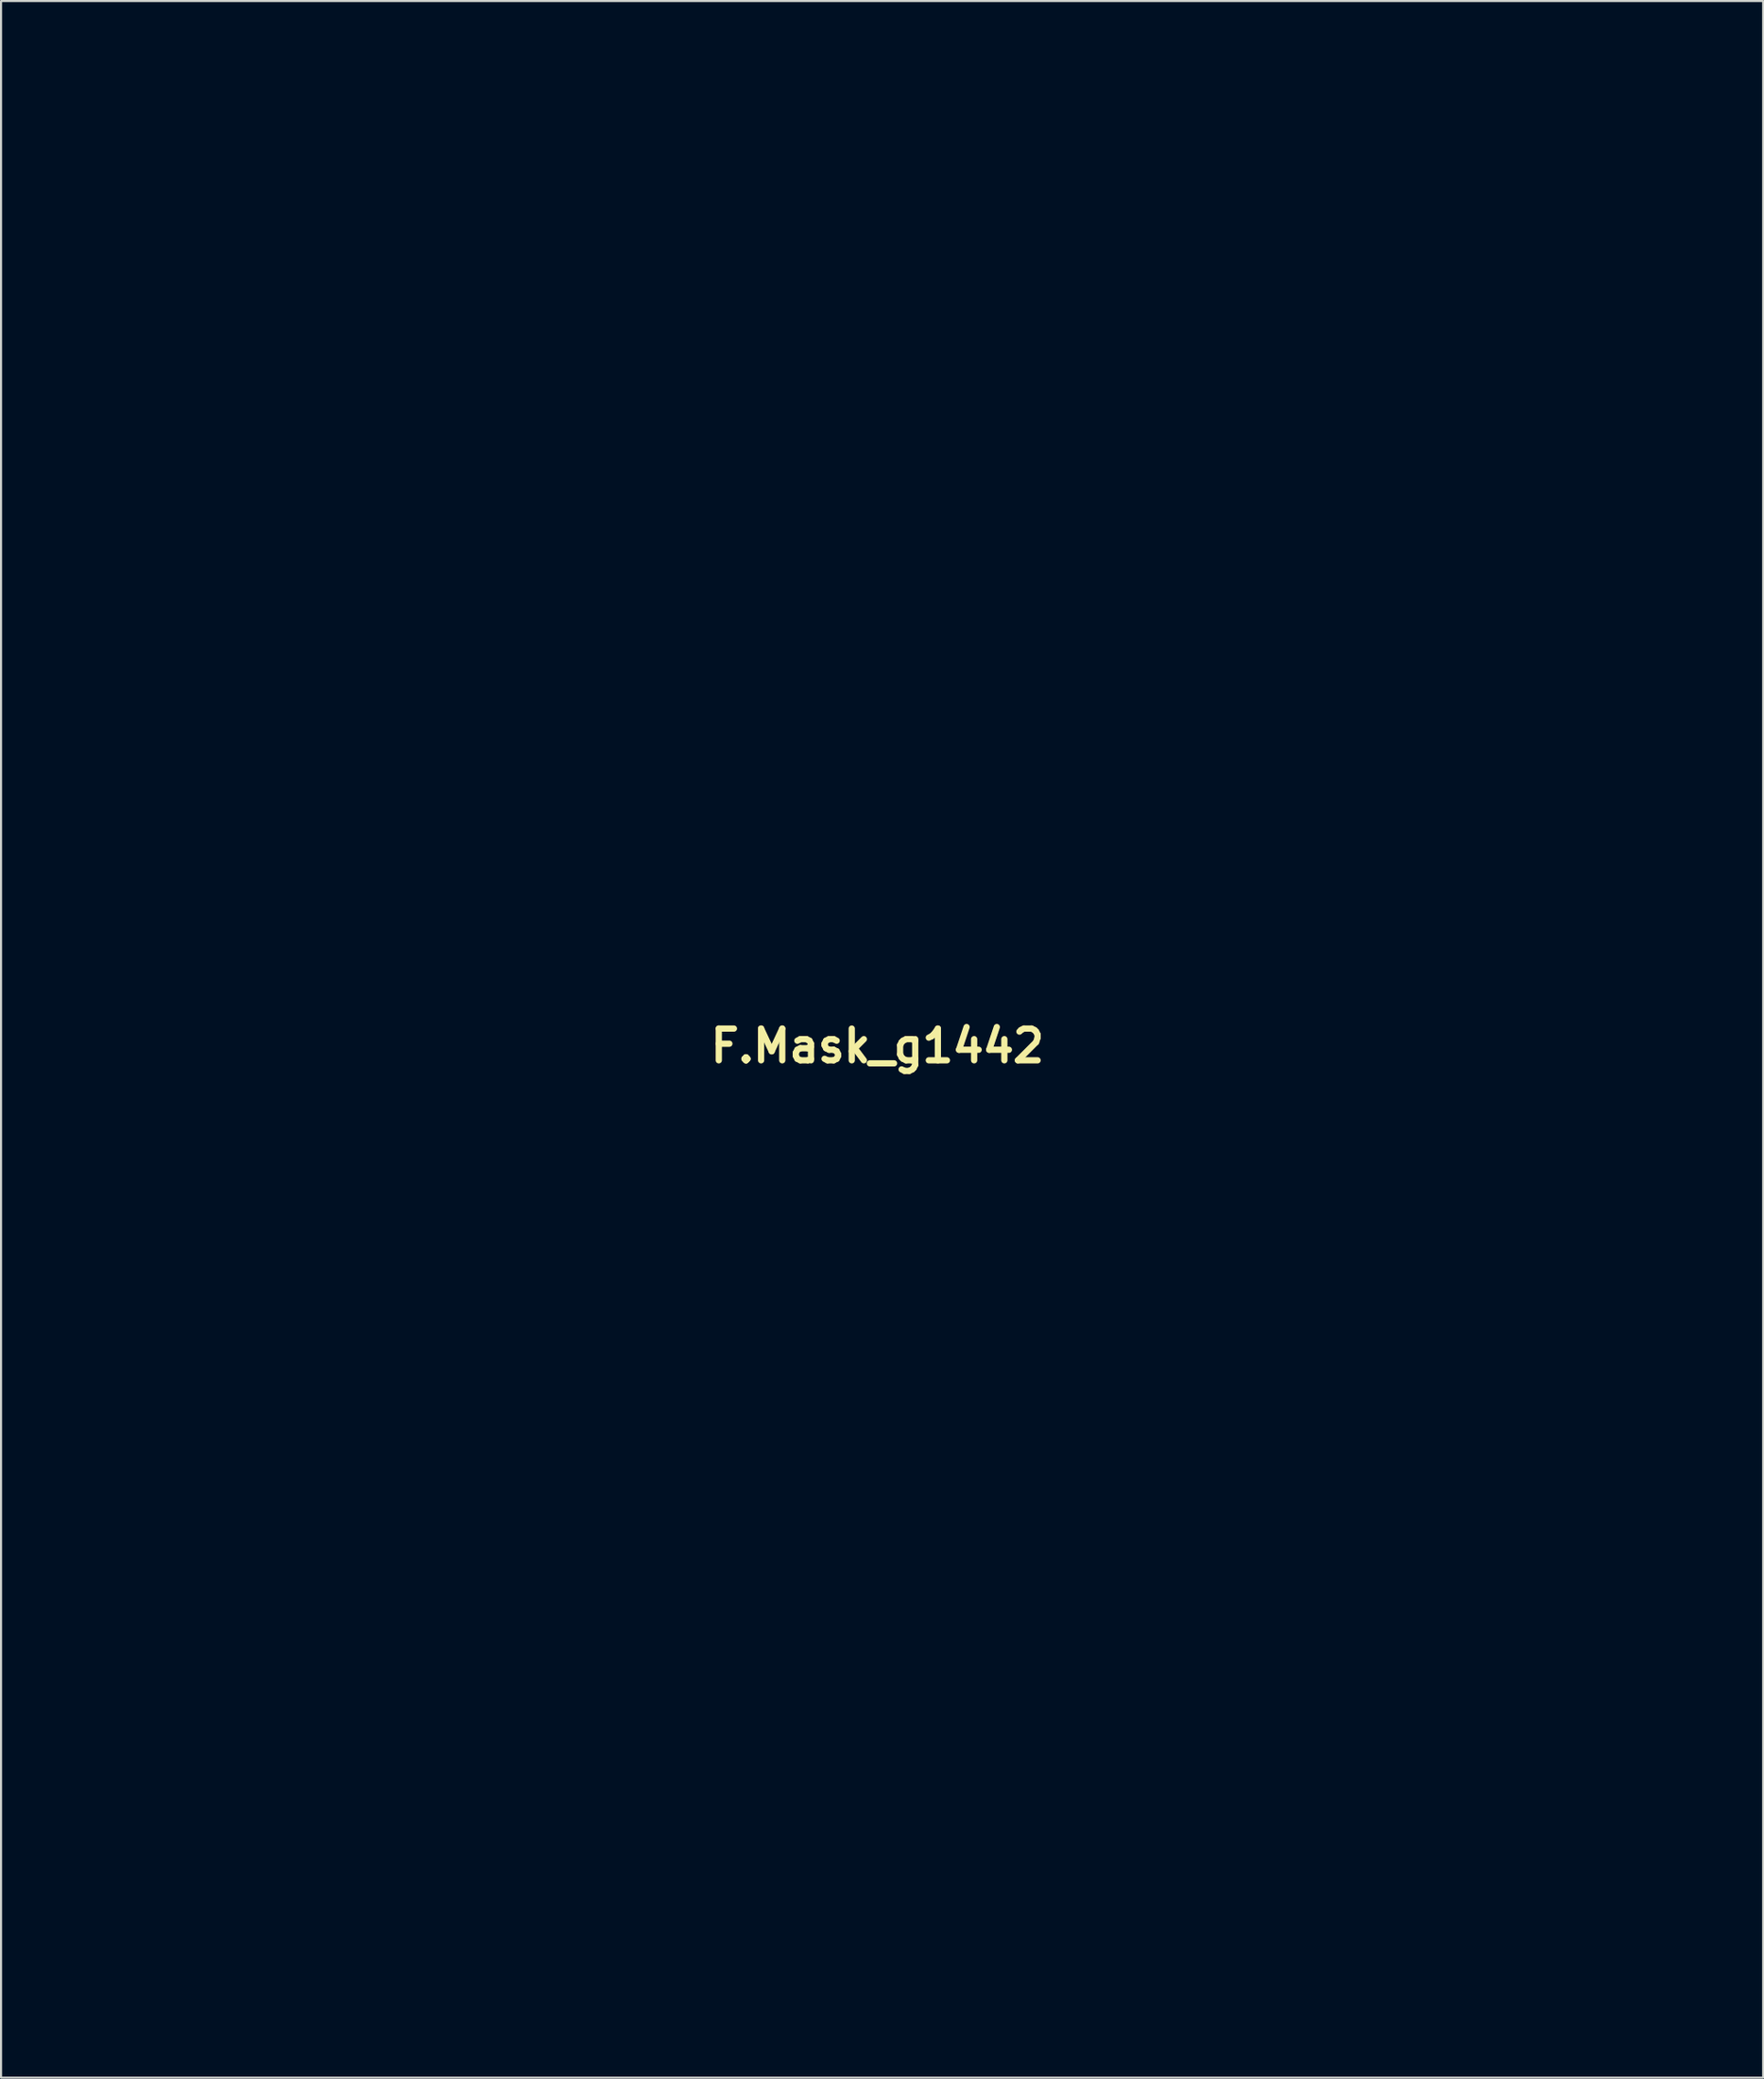
<source format=kicad_pcb>
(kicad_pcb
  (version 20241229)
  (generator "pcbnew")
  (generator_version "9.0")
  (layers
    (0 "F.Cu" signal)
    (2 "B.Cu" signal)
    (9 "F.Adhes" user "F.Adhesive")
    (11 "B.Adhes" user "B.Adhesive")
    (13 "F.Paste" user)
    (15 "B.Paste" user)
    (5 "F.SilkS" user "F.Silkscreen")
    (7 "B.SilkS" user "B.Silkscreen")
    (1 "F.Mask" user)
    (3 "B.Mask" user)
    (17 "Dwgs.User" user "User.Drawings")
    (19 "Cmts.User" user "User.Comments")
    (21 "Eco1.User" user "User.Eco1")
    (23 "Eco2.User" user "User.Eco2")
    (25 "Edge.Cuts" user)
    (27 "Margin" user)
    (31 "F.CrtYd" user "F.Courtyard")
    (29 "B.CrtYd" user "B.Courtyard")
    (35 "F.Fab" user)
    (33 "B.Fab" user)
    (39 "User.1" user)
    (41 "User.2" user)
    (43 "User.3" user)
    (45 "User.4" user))
  (footprint "F.Mask_g1442"
    (layer "F.Cu")
    (at 39.098 47.168)
    (property "Reference" "F.Mask_g1442" (at 0 0 0) (layer "F.SilkS") (effects (font (size 1.524 1.524) (thickness 0.3))))
    (attr through_hole)
    (fp_poly (pts (xy -29.685 -35.871) (xy -29.507 -35.838) (xy -29.346 -35.768) (xy -29.206 -35.665) (xy -29.092 -35.534) (xy -29.007 -35.378) (xy -28.957 -35.205) (xy -28.946 -35.051) (xy -28.966 -34.892) (xy -29.013 -34.748) (xy -29.023 -34.727) (xy -29.095 -34.619) (xy -29.192 -34.513) (xy -29.302 -34.424) (xy -29.374 -34.382) (xy -29.484 -34.343) (xy -29.614 -34.321) (xy -29.748 -34.315) (xy -29.87 -34.327) (xy -29.919 -34.34) (xy -30.092 -34.417) (xy -30.242 -34.526) (xy -30.363 -34.66) (xy -30.432 -34.777) (xy -30.476 -34.906) (xy -30.498 -35.055) (xy -30.498 -35.208) (xy -30.475 -35.349) (xy -30.46 -35.394) (xy -30.381 -35.547) (xy -30.271 -35.675) (xy -30.135 -35.773) (xy -29.979 -35.84) (xy -29.808 -35.872) (xy -29.685 -35.871)) (stroke (width 0.01) (type solid)) (fill yes) (layer "F.Mask"))
    (fp_poly (pts (xy -26.169 -32.032) (xy -25.922 -31.75) (xy -25.683 -31.476) (xy -25.452 -31.212) (xy -25.232 -30.96) (xy -25.024 -30.722) (xy -24.829 -30.499) (xy -24.649 -30.293) (xy -24.485 -30.106) (xy -24.34 -29.939) (xy -24.214 -29.794) (xy -24.108 -29.674) (xy -24.025 -29.578) (xy -23.966 -29.511) (xy -23.933 -29.472) (xy -23.925 -29.463) (xy -23.922 -29.45) (xy -23.932 -29.429) (xy -23.956 -29.398) (xy -23.999 -29.354) (xy -24.063 -29.293) (xy -24.152 -29.213) (xy -24.267 -29.112) (xy -24.384 -29.009) (xy -24.506 -28.903) (xy -24.618 -28.807) (xy -24.715 -28.723) (xy -24.795 -28.655) (xy -24.853 -28.607) (xy -24.885 -28.582) (xy -24.889 -28.579) (xy -24.905 -28.594) (xy -24.948 -28.639) (xy -25.015 -28.713) (xy -25.106 -28.813) (xy -25.218 -28.939) (xy -25.351 -29.088) (xy -25.503 -29.259) (xy -25.672 -29.45) (xy -25.857 -29.659) (xy -26.056 -29.886) (xy -26.269 -30.127) (xy -26.492 -30.381) (xy -26.726 -30.648) (xy -26.968 -30.924) (xy -27.137 -31.117) (xy -27.384 -31.399) (xy -27.624 -31.673) (xy -27.854 -31.937) (xy -28.073 -32.189) (xy -28.281 -32.427) (xy -28.475 -32.65) (xy -28.654 -32.856) (xy -28.816 -33.043) (xy -28.96 -33.209) (xy -29.085 -33.354) (xy -29.189 -33.475) (xy -29.27 -33.57) (xy -29.328 -33.638) (xy -29.36 -33.677) (xy -29.366 -33.686) (xy -29.352 -33.705) (xy -29.309 -33.749) (xy -29.242 -33.813) (xy -29.156 -33.892) (xy -29.053 -33.985) (xy -28.939 -34.086) (xy -28.924 -34.099) (xy -28.806 -34.202) (xy -28.696 -34.298) (xy -28.6 -34.383) (xy -28.521 -34.452) (xy -28.464 -34.501) (xy -28.435 -34.527) (xy -28.434 -34.528) (xy -28.388 -34.569) (xy -26.169 -32.032)) (stroke (width 0.01) (type solid)) (fill yes) (layer "F.Mask"))
    (fp_poly (pts (xy 0.421 3.951) (xy 0.531 3.984) (xy 0.536 3.986) (xy 0.7 4.056) (xy 0.828 4.135) (xy 0.923 4.227) (xy 0.991 4.338) (xy 1.03 4.442) (xy 1.041 4.484) (xy 1.05 4.525) (xy 1.055 4.567) (xy 1.055 4.613) (xy 1.051 4.668) (xy 1.04 4.734) (xy 1.023 4.814) (xy 0.998 4.912) (xy 0.965 5.03) (xy 0.923 5.172) (xy 0.871 5.341) (xy 0.809 5.541) (xy 0.735 5.773) (xy 0.649 6.042) (xy 0.632 6.096) (xy 0.533 6.407) (xy 0.436 6.708) (xy 0.342 6.995) (xy 0.253 7.266) (xy 0.169 7.519) (xy 0.092 7.751) (xy 0.021 7.958) (xy -0.041 8.14) (xy -0.095 8.292) (xy -0.139 8.413) (xy -0.172 8.499) (xy -0.194 8.548) (xy -0.198 8.556) (xy -0.279 8.64) (xy -0.385 8.699) (xy -0.506 8.728) (xy -0.632 8.723) (xy -0.677 8.713) (xy -0.852 8.648) (xy -0.995 8.567) (xy -1.07 8.506) (xy -1.167 8.399) (xy -1.231 8.285) (xy -1.262 8.159) (xy -1.261 8.015) (xy -1.23 7.847) (xy -1.22 7.81) (xy -1.199 7.734) (xy -1.165 7.622) (xy -1.122 7.48) (xy -1.069 7.31) (xy -1.009 7.117) (xy -0.943 6.905) (xy -0.871 6.679) (xy -0.796 6.442) (xy -0.719 6.198) (xy -0.64 5.952) (xy -0.562 5.707) (xy -0.485 5.468) (xy -0.411 5.239) (xy -0.341 5.024) (xy -0.277 4.827) (xy -0.22 4.652) (xy -0.17 4.504) (xy -0.13 4.385) (xy -0.101 4.301) (xy -0.092 4.276) (xy -0.045 4.169) (xy 0.007 4.092) (xy 0.074 4.034) (xy 0.159 3.987) (xy 0.249 3.952) (xy 0.332 3.94) (xy 0.421 3.951)) (stroke (width 0.01) (type solid)) (fill yes) (layer "F.Mask"))
    (fp_poly (pts (xy 2.504 4.881) (xy 2.632 4.922) (xy 2.759 4.981) (xy 2.873 5.054) (xy 2.92 5.092) (xy 3 5.176) (xy 3.056 5.265) (xy 3.09 5.365) (xy 3.102 5.481) (xy 3.092 5.618) (xy 3.06 5.781) (xy 3.008 5.975) (xy 2.997 6.011) (xy 2.933 6.218) (xy 2.863 6.442) (xy 2.789 6.679) (xy 2.711 6.925) (xy 2.63 7.177) (xy 2.548 7.432) (xy 2.465 7.686) (xy 2.383 7.936) (xy 2.303 8.179) (xy 2.226 8.41) (xy 2.154 8.628) (xy 2.086 8.827) (xy 2.025 9.005) (xy 1.972 9.159) (xy 1.928 9.284) (xy 1.893 9.378) (xy 1.869 9.437) (xy 1.86 9.455) (xy 1.783 9.542) (xy 1.679 9.603) (xy 1.559 9.636) (xy 1.431 9.639) (xy 1.319 9.612) (xy 1.156 9.542) (xy 1.028 9.465) (xy 0.928 9.374) (xy 0.85 9.264) (xy 0.822 9.211) (xy 0.803 9.168) (xy 0.789 9.123) (xy 0.781 9.073) (xy 0.779 9.015) (xy 0.784 8.946) (xy 0.797 8.863) (xy 0.819 8.763) (xy 0.849 8.642) (xy 0.889 8.498) (xy 0.94 8.326) (xy 1.002 8.125) (xy 1.076 7.89) (xy 1.162 7.619) (xy 1.183 7.554) (xy 1.302 7.185) (xy 1.408 6.855) (xy 1.502 6.561) (xy 1.587 6.3) (xy 1.661 6.071) (xy 1.726 5.872) (xy 1.783 5.7) (xy 1.832 5.553) (xy 1.874 5.429) (xy 1.91 5.327) (xy 1.94 5.242) (xy 1.966 5.175) (xy 1.987 5.122) (xy 2.006 5.081) (xy 2.022 5.05) (xy 2.036 5.027) (xy 2.049 5.01) (xy 2.056 5.002) (xy 2.127 4.936) (xy 2.192 4.896) (xy 2.269 4.87) (xy 2.284 4.866) (xy 2.384 4.861) (xy 2.504 4.881)) (stroke (width 0.01) (type solid)) (fill yes) (layer "F.Mask"))
    (fp_poly (pts (xy -3.596 2.158) (xy -3.57 2.168) (xy -3.399 2.246) (xy -3.266 2.338) (xy -3.169 2.445) (xy -3.104 2.572) (xy -3.102 2.58) (xy -3.089 2.616) (xy -3.08 2.651) (xy -3.073 2.686) (xy -3.069 2.726) (xy -3.07 2.771) (xy -3.076 2.826) (xy -3.088 2.892) (xy -3.106 2.973) (xy -3.131 3.071) (xy -3.164 3.189) (xy -3.204 3.329) (xy -3.254 3.494) (xy -3.314 3.687) (xy -3.384 3.911) (xy -3.465 4.168) (xy -3.557 4.461) (xy -3.623 4.667) (xy -3.73 5.005) (xy -3.825 5.304) (xy -3.91 5.568) (xy -3.984 5.798) (xy -4.049 5.997) (xy -4.106 6.167) (xy -4.155 6.311) (xy -4.197 6.43) (xy -4.233 6.527) (xy -4.263 6.604) (xy -4.289 6.664) (xy -4.312 6.709) (xy -4.331 6.741) (xy -4.348 6.762) (xy -4.453 6.845) (xy -4.576 6.891) (xy -4.714 6.897) (xy -4.865 6.865) (xy -4.886 6.858) (xy -4.994 6.811) (xy -5.102 6.751) (xy -5.195 6.686) (xy -5.244 6.641) (xy -5.277 6.596) (xy -5.317 6.528) (xy -5.346 6.469) (xy -5.379 6.39) (xy -5.393 6.326) (xy -5.393 6.256) (xy -5.39 6.224) (xy -5.378 6.15) (xy -5.351 6.036) (xy -5.311 5.885) (xy -5.257 5.696) (xy -5.191 5.472) (xy -5.112 5.214) (xy -5.021 4.922) (xy -4.918 4.597) (xy -4.803 4.24) (xy -4.677 3.853) (xy -4.54 3.436) (xy -4.432 3.109) (xy -4.364 2.905) (xy -4.307 2.738) (xy -4.261 2.602) (xy -4.222 2.496) (xy -4.191 2.414) (xy -4.165 2.353) (xy -4.144 2.308) (xy -4.124 2.276) (xy -4.106 2.253) (xy -4.1 2.248) (xy -3.992 2.167) (xy -3.875 2.126) (xy -3.743 2.123) (xy -3.596 2.158)) (stroke (width 0.01) (type solid)) (fill yes) (layer "F.Mask"))
    (fp_poly (pts (xy -1.563 3.061) (xy -1.399 3.117) (xy -1.252 3.205) (xy -1.129 3.322) (xy -1.091 3.371) (xy -1.043 3.447) (xy -1.016 3.511) (xy -1.003 3.581) (xy -0.999 3.627) (xy -0.997 3.668) (xy -0.999 3.712) (xy -1.003 3.762) (xy -1.012 3.82) (xy -1.026 3.888) (xy -1.045 3.97) (xy -1.07 4.068) (xy -1.103 4.184) (xy -1.143 4.32) (xy -1.192 4.481) (xy -1.25 4.667) (xy -1.318 4.881) (xy -1.397 5.127) (xy -1.487 5.406) (xy -1.589 5.721) (xy -1.661 5.945) (xy -1.765 6.263) (xy -1.857 6.544) (xy -1.938 6.788) (xy -2.008 6.997) (xy -2.069 7.175) (xy -2.121 7.322) (xy -2.164 7.441) (xy -2.2 7.534) (xy -2.23 7.604) (xy -2.253 7.651) (xy -2.27 7.678) (xy -2.272 7.68) (xy -2.369 7.755) (xy -2.487 7.799) (xy -2.621 7.81) (xy -2.763 7.787) (xy -2.839 7.761) (xy -2.973 7.699) (xy -3.076 7.633) (xy -3.161 7.557) (xy -3.186 7.529) (xy -3.251 7.429) (xy -3.299 7.309) (xy -3.322 7.19) (xy -3.323 7.165) (xy -3.319 7.12) (xy -3.305 7.051) (xy -3.282 6.955) (xy -3.249 6.832) (xy -3.206 6.68) (xy -3.152 6.498) (xy -3.088 6.284) (xy -3.012 6.038) (xy -2.924 5.758) (xy -2.824 5.444) (xy -2.712 5.093) (xy -2.587 4.704) (xy -2.448 4.277) (xy -2.424 4.202) (xy -2.354 3.987) (xy -2.296 3.809) (xy -2.249 3.663) (xy -2.21 3.546) (xy -2.179 3.455) (xy -2.154 3.384) (xy -2.134 3.332) (xy -2.117 3.293) (xy -2.102 3.264) (xy -2.088 3.241) (xy -2.073 3.221) (xy -2.055 3.199) (xy -2.05 3.192) (xy -1.965 3.107) (xy -1.87 3.059) (xy -1.753 3.041) (xy -1.735 3.041) (xy -1.563 3.061)) (stroke (width 0.01) (type solid)) (fill yes) (layer "F.Mask"))
    (fp_poly (pts (xy 28.308 -37.699) (xy 28.356 -37.662) (xy 28.432 -37.601) (xy 28.533 -37.519) (xy 28.656 -37.418) (xy 28.798 -37.301) (xy 28.958 -37.168) (xy 29.133 -37.023) (xy 29.32 -36.868) (xy 29.517 -36.704) (xy 29.721 -36.533) (xy 29.93 -36.359) (xy 30.142 -36.182) (xy 30.353 -36.005) (xy 30.561 -35.83) (xy 30.764 -35.66) (xy 30.96 -35.495) (xy 31.145 -35.339) (xy 31.317 -35.194) (xy 31.474 -35.06) (xy 31.614 -34.942) (xy 31.733 -34.84) (xy 31.829 -34.757) (xy 31.9 -34.695) (xy 31.944 -34.655) (xy 31.957 -34.642) (xy 31.945 -34.62) (xy 31.91 -34.57) (xy 31.853 -34.497) (xy 31.779 -34.404) (xy 31.691 -34.295) (xy 31.592 -34.175) (xy 31.558 -34.135) (xy 31.442 -33.997) (xy 31.349 -33.888) (xy 31.277 -33.805) (xy 31.223 -33.746) (xy 31.184 -33.707) (xy 31.156 -33.685) (xy 31.137 -33.676) (xy 31.123 -33.679) (xy 31.118 -33.682) (xy 31.015 -33.77) (xy 30.898 -33.869) (xy 30.772 -33.974) (xy 30.642 -34.083) (xy 30.511 -34.192) (xy 30.383 -34.297) (xy 30.264 -34.395) (xy 30.156 -34.483) (xy 30.066 -34.556) (xy 29.996 -34.611) (xy 29.951 -34.646) (xy 29.937 -34.655) (xy 29.862 -34.668) (xy 29.777 -34.648) (xy 29.692 -34.599) (xy 29.67 -34.581) (xy 29.648 -34.557) (xy 29.601 -34.503) (xy 29.53 -34.42) (xy 29.435 -34.309) (xy 29.32 -34.173) (xy 29.185 -34.013) (xy 29.031 -33.832) (xy 28.861 -33.629) (xy 28.675 -33.409) (xy 28.475 -33.172) (xy 28.263 -32.919) (xy 28.04 -32.653) (xy 27.807 -32.376) (xy 27.567 -32.089) (xy 27.336 -31.814) (xy 27.09 -31.52) (xy 26.851 -31.234) (xy 26.621 -30.96) (xy 26.401 -30.697) (xy 26.193 -30.448) (xy 25.997 -30.214) (xy 25.815 -29.997) (xy 25.65 -29.8) (xy 25.501 -29.623) (xy 25.372 -29.468) (xy 25.262 -29.337) (xy 25.174 -29.232) (xy 25.108 -29.154) (xy 25.067 -29.106) (xy 25.052 -29.088) (xy 25.039 -29.085) (xy 25.012 -29.097) (xy 24.969 -29.124) (xy 24.908 -29.169) (xy 24.824 -29.235) (xy 24.716 -29.324) (xy 24.579 -29.437) (xy 24.531 -29.477) (xy 24.408 -29.582) (xy 24.295 -29.678) (xy 24.198 -29.763) (xy 24.12 -29.834) (xy 24.065 -29.885) (xy 24.037 -29.915) (xy 24.035 -29.92) (xy 24.048 -29.939) (xy 24.087 -29.988) (xy 24.151 -30.067) (xy 24.238 -30.173) (xy 24.346 -30.304) (xy 24.474 -30.46) (xy 24.622 -30.637) (xy 24.786 -30.835) (xy 24.967 -31.053) (xy 25.162 -31.287) (xy 25.37 -31.537) (xy 25.591 -31.8) (xy 25.821 -32.076) (xy 26.06 -32.361) (xy 26.307 -32.656) (xy 26.321 -32.672) (xy 26.569 -32.968) (xy 26.81 -33.256) (xy 27.043 -33.533) (xy 27.266 -33.8) (xy 27.477 -34.053) (xy 27.676 -34.29) (xy 27.861 -34.511) (xy 28.03 -34.714) (xy 28.182 -34.896) (xy 28.315 -35.056) (xy 28.429 -35.193) (xy 28.521 -35.304) (xy 28.59 -35.388) (xy 28.635 -35.443) (xy 28.654 -35.467) (xy 28.654 -35.467) (xy 28.688 -35.537) (xy 28.702 -35.61) (xy 28.702 -35.611) (xy 28.683 -35.695) (xy 28.654 -35.738) (xy 28.627 -35.763) (xy 28.571 -35.813) (xy 28.491 -35.882) (xy 28.391 -35.968) (xy 28.275 -36.066) (xy 28.147 -36.174) (xy 28.046 -36.258) (xy 27.914 -36.369) (xy 27.793 -36.471) (xy 27.686 -36.561) (xy 27.598 -36.637) (xy 27.531 -36.694) (xy 27.491 -36.731) (xy 27.479 -36.743) (xy 27.491 -36.762) (xy 27.526 -36.809) (xy 27.58 -36.878) (xy 27.65 -36.964) (xy 27.731 -37.063) (xy 27.819 -37.169) (xy 27.91 -37.278) (xy 28 -37.385) (xy 28.084 -37.484) (xy 28.16 -37.571) (xy 28.221 -37.642) (xy 28.266 -37.69) (xy 28.288 -37.711) (xy 28.289 -37.712) (xy 28.308 -37.699)) (stroke (width 0.01) (type solid)) (fill yes) (layer "F.Mask"))
    (fp_poly (pts (xy -5.47 25.998) (xy -5.219 26.038) (xy -4.968 26.095) (xy -4.726 26.167) (xy -4.503 26.252) (xy -4.307 26.347) (xy -4.213 26.405) (xy -4.079 26.508) (xy -3.969 26.623) (xy -3.883 26.756) (xy -3.819 26.91) (xy -3.773 27.092) (xy -3.744 27.305) (xy -3.732 27.495) (xy -3.73 27.609) (xy -3.731 27.733) (xy -3.735 27.86) (xy -3.741 27.983) (xy -3.749 28.094) (xy -3.759 28.185) (xy -3.769 28.249) (xy -3.779 28.276) (xy -3.802 28.275) (xy -3.861 28.267) (xy -3.95 28.252) (xy -4.063 28.232) (xy -4.195 28.207) (xy -4.31 28.185) (xy -4.471 28.152) (xy -4.596 28.127) (xy -4.688 28.106) (xy -4.751 28.089) (xy -4.791 28.076) (xy -4.811 28.064) (xy -4.815 28.052) (xy -4.814 28.048) (xy -4.808 28.014) (xy -4.8 27.947) (xy -4.793 27.86) (xy -4.789 27.79) (xy -4.788 27.624) (xy -4.805 27.489) (xy -4.844 27.381) (xy -4.91 27.293) (xy -5.006 27.221) (xy -5.136 27.159) (xy -5.305 27.102) (xy -5.306 27.102) (xy -5.47 27.062) (xy -5.631 27.045) (xy -5.683 27.043) (xy -5.78 27.043) (xy -5.85 27.049) (xy -5.908 27.063) (xy -5.968 27.087) (xy -5.997 27.101) (xy -6.08 27.15) (xy -6.153 27.214) (xy -6.22 27.298) (xy -6.283 27.407) (xy -6.346 27.545) (xy -6.412 27.719) (xy -6.433 27.779) (xy -6.501 27.992) (xy -6.57 28.24) (xy -6.64 28.515) (xy -6.708 28.81) (xy -6.773 29.117) (xy -6.834 29.429) (xy -6.888 29.739) (xy -6.936 30.039) (xy -6.974 30.322) (xy -7.003 30.579) (xy -7.01 30.665) (xy -7.022 30.883) (xy -7.021 31.066) (xy -7.006 31.219) (xy -6.975 31.346) (xy -6.927 31.452) (xy -6.863 31.542) (xy -6.823 31.584) (xy -6.686 31.685) (xy -6.521 31.757) (xy -6.326 31.799) (xy -6.107 31.813) (xy -6.003 31.811) (xy -5.926 31.802) (xy -5.862 31.785) (xy -5.808 31.763) (xy -5.709 31.699) (xy -5.624 31.607) (xy -5.55 31.481) (xy -5.486 31.319) (xy -5.442 31.167) (xy -5.422 31.09) (xy -5.405 31.031) (xy -5.395 31.001) (xy -5.394 30.999) (xy -5.372 31) (xy -5.316 31.009) (xy -5.231 31.024) (xy -5.126 31.044) (xy -5.007 31.066) (xy -4.88 31.091) (xy -4.753 31.116) (xy -4.633 31.14) (xy -4.525 31.162) (xy -4.438 31.181) (xy -4.378 31.195) (xy -4.351 31.202) (xy -4.35 31.203) (xy -4.352 31.225) (xy -4.365 31.281) (xy -4.387 31.362) (xy -4.415 31.459) (xy -4.423 31.487) (xy -4.525 31.794) (xy -4.634 32.061) (xy -4.75 32.288) (xy -4.875 32.477) (xy -5.009 32.63) (xy -5.153 32.746) (xy -5.307 32.829) (xy -5.373 32.853) (xy -5.473 32.876) (xy -5.604 32.893) (xy -5.756 32.903) (xy -5.917 32.908) (xy -6.078 32.905) (xy -6.226 32.895) (xy -6.308 32.885) (xy -6.648 32.824) (xy -6.949 32.751) (xy -7.211 32.667) (xy -7.434 32.57) (xy -7.619 32.462) (xy -7.767 32.34) (xy -7.836 32.264) (xy -7.908 32.157) (xy -7.976 32.022) (xy -8.034 31.874) (xy -8.076 31.726) (xy -8.077 31.718) (xy -8.096 31.6) (xy -8.108 31.448) (xy -8.113 31.273) (xy -8.113 31.081) (xy -8.106 30.883) (xy -8.093 30.687) (xy -8.077 30.522) (xy -8.035 30.204) (xy -7.984 29.868) (xy -7.924 29.522) (xy -7.859 29.171) (xy -7.788 28.823) (xy -7.714 28.486) (xy -7.637 28.165) (xy -7.56 27.869) (xy -7.484 27.603) (xy -7.439 27.462) (xy -7.331 27.159) (xy -7.218 26.897) (xy -7.099 26.672) (xy -6.97 26.483) (xy -6.831 26.328) (xy -6.678 26.204) (xy -6.51 26.109) (xy -6.324 26.04) (xy -6.118 25.997) (xy -5.937 25.979) (xy -5.713 25.977) (xy -5.47 25.998)) (stroke (width 0.01) (type solid)) (fill yes) (layer "F.Mask"))
    (fp_poly (pts (xy 32.984 -33.325) (xy 33.214 -33.263) (xy 33.442 -33.164) (xy 33.669 -33.029) (xy 33.898 -32.857) (xy 34.131 -32.649) (xy 34.224 -32.556) (xy 34.427 -32.339) (xy 34.611 -32.125) (xy 34.771 -31.917) (xy 34.904 -31.72) (xy 35.007 -31.539) (xy 35.033 -31.483) (xy 35.097 -31.321) (xy 35.136 -31.163) (xy 35.153 -30.995) (xy 35.153 -30.829) (xy 35.146 -30.714) (xy 35.136 -30.624) (xy 35.118 -30.544) (xy 35.089 -30.456) (xy 35.07 -30.403) (xy 35.002 -30.244) (xy 34.916 -30.078) (xy 34.811 -29.903) (xy 34.686 -29.719) (xy 34.538 -29.523) (xy 34.367 -29.314) (xy 34.171 -29.089) (xy 33.949 -28.847) (xy 33.698 -28.587) (xy 33.418 -28.306) (xy 33.108 -28.003) (xy 32.787 -27.698) (xy 32.435 -27.367) (xy 32.109 -27.067) (xy 31.809 -26.796) (xy 31.531 -26.552) (xy 31.274 -26.334) (xy 31.036 -26.14) (xy 30.816 -25.97) (xy 30.612 -25.822) (xy 30.421 -25.695) (xy 30.242 -25.586) (xy 30.074 -25.496) (xy 29.914 -25.422) (xy 29.76 -25.363) (xy 29.611 -25.318) (xy 29.598 -25.315) (xy 29.446 -25.287) (xy 29.279 -25.275) (xy 29.113 -25.279) (xy 28.963 -25.299) (xy 28.903 -25.313) (xy 28.784 -25.351) (xy 28.684 -25.392) (xy 28.586 -25.443) (xy 28.473 -25.512) (xy 28.464 -25.518) (xy 28.266 -25.66) (xy 28.053 -25.84) (xy 27.824 -26.057) (xy 27.749 -26.133) (xy 27.545 -26.349) (xy 27.373 -26.545) (xy 27.228 -26.725) (xy 27.108 -26.893) (xy 27.01 -27.053) (xy 26.931 -27.212) (xy 26.867 -27.372) (xy 26.857 -27.403) (xy 26.823 -27.544) (xy 26.806 -27.71) (xy 26.806 -27.82) (xy 28.326 -27.82) (xy 28.341 -27.697) (xy 28.384 -27.572) (xy 28.46 -27.442) (xy 28.569 -27.301) (xy 28.698 -27.161) (xy 28.845 -27.022) (xy 28.98 -26.921) (xy 29.109 -26.854) (xy 29.237 -26.821) (xy 29.369 -26.82) (xy 29.511 -26.849) (xy 29.577 -26.87) (xy 29.718 -26.929) (xy 29.877 -27.014) (xy 30.055 -27.125) (xy 30.252 -27.263) (xy 30.469 -27.429) (xy 30.707 -27.622) (xy 30.967 -27.845) (xy 31.25 -28.098) (xy 31.556 -28.381) (xy 31.887 -28.695) (xy 32.244 -29.042) (xy 32.372 -29.167) (xy 32.628 -29.423) (xy 32.852 -29.654) (xy 33.047 -29.862) (xy 33.212 -30.049) (xy 33.35 -30.218) (xy 33.461 -30.37) (xy 33.547 -30.507) (xy 33.609 -30.631) (xy 33.648 -30.745) (xy 33.666 -30.85) (xy 33.664 -30.948) (xy 33.643 -31.042) (xy 33.608 -31.125) (xy 33.554 -31.214) (xy 33.476 -31.318) (xy 33.381 -31.431) (xy 33.276 -31.545) (xy 33.167 -31.654) (xy 33.063 -31.75) (xy 32.968 -31.825) (xy 32.892 -31.872) (xy 32.77 -31.917) (xy 32.644 -31.934) (xy 32.509 -31.923) (xy 32.361 -31.882) (xy 32.197 -31.81) (xy 32.013 -31.707) (xy 31.867 -31.613) (xy 31.646 -31.457) (xy 31.399 -31.266) (xy 31.128 -31.042) (xy 30.832 -30.783) (xy 30.51 -30.49) (xy 30.164 -30.163) (xy 29.792 -29.802) (xy 29.731 -29.742) (xy 29.47 -29.481) (xy 29.241 -29.245) (xy 29.042 -29.03) (xy 28.871 -28.836) (xy 28.726 -28.659) (xy 28.607 -28.498) (xy 28.51 -28.351) (xy 28.436 -28.216) (xy 28.382 -28.09) (xy 28.346 -27.971) (xy 28.34 -27.946) (xy 28.326 -27.82) (xy 26.806 -27.82) (xy 26.806 -27.885) (xy 26.822 -28.055) (xy 26.854 -28.206) (xy 26.857 -28.214) (xy 26.936 -28.421) (xy 27.048 -28.646) (xy 27.191 -28.884) (xy 27.36 -29.13) (xy 27.553 -29.38) (xy 27.579 -29.411) (xy 27.754 -29.614) (xy 27.958 -29.839) (xy 28.185 -30.08) (xy 28.433 -30.335) (xy 28.695 -30.598) (xy 28.968 -30.864) (xy 29.246 -31.13) (xy 29.525 -31.392) (xy 29.801 -31.644) (xy 30.069 -31.882) (xy 30.324 -32.102) (xy 30.562 -32.299) (xy 30.778 -32.47) (xy 30.812 -32.496) (xy 31.134 -32.729) (xy 31.438 -32.925) (xy 31.725 -33.084) (xy 31.998 -33.206) (xy 32.258 -33.291) (xy 32.508 -33.339) (xy 32.749 -33.35) (xy 32.984 -33.325)) (stroke (width 0.01) (type solid)) (fill yes) (layer "F.Mask"))
    (fp_poly (pts (xy -6.871 -46.619) (xy -6.639 -46.583) (xy -6.431 -46.52) (xy -6.244 -46.429) (xy -6.077 -46.309) (xy -5.925 -46.16) (xy -5.788 -45.979) (xy -5.662 -45.767) (xy -5.546 -45.522) (xy -5.54 -45.508) (xy -5.497 -45.402) (xy -5.451 -45.28) (xy -5.404 -45.148) (xy -5.359 -45.013) (xy -5.316 -44.881) (xy -5.278 -44.757) (xy -5.247 -44.649) (xy -5.225 -44.562) (xy -5.214 -44.502) (xy -5.216 -44.477) (xy -5.239 -44.469) (xy -5.298 -44.456) (xy -5.386 -44.438) (xy -5.497 -44.416) (xy -5.624 -44.391) (xy -5.763 -44.365) (xy -5.906 -44.339) (xy -6.047 -44.314) (xy -6.181 -44.29) (xy -6.302 -44.269) (xy -6.403 -44.253) (xy -6.478 -44.241) (xy -6.521 -44.236) (xy -6.529 -44.237) (xy -6.536 -44.263) (xy -6.549 -44.317) (xy -6.561 -44.372) (xy -6.619 -44.595) (xy -6.692 -44.787) (xy -6.781 -44.944) (xy -6.883 -45.066) (xy -6.998 -45.15) (xy -7.063 -45.178) (xy -7.175 -45.203) (xy -7.317 -45.212) (xy -7.478 -45.207) (xy -7.648 -45.19) (xy -7.819 -45.162) (xy -7.98 -45.124) (xy -8.122 -45.078) (xy -8.235 -45.025) (xy -8.27 -45.002) (xy -8.367 -44.918) (xy -8.443 -44.817) (xy -8.501 -44.695) (xy -8.543 -44.546) (xy -8.572 -44.362) (xy -8.576 -44.322) (xy -8.587 -44.143) (xy -8.585 -43.93) (xy -8.571 -43.684) (xy -8.545 -43.401) (xy -8.506 -43.082) (xy -8.454 -42.725) (xy -8.39 -42.329) (xy -8.381 -42.272) (xy -8.297 -41.8) (xy -8.214 -41.369) (xy -8.133 -40.978) (xy -8.051 -40.625) (xy -7.97 -40.31) (xy -7.888 -40.03) (xy -7.805 -39.784) (xy -7.721 -39.572) (xy -7.635 -39.392) (xy -7.546 -39.243) (xy -7.454 -39.123) (xy -7.359 -39.03) (xy -7.261 -38.965) (xy -7.176 -38.93) (xy -7.084 -38.907) (xy -6.998 -38.895) (xy -6.904 -38.895) (xy -6.789 -38.906) (xy -6.717 -38.916) (xy -6.479 -38.961) (xy -6.279 -39.021) (xy -6.115 -39.096) (xy -5.985 -39.189) (xy -5.887 -39.3) (xy -5.82 -39.431) (xy -5.807 -39.468) (xy -5.789 -39.559) (xy -5.777 -39.68) (xy -5.774 -39.821) (xy -5.778 -39.971) (xy -5.79 -40.118) (xy -5.798 -40.181) (xy -5.809 -40.265) (xy -5.816 -40.332) (xy -5.817 -40.371) (xy -5.815 -40.378) (xy -5.79 -40.386) (xy -5.731 -40.4) (xy -5.643 -40.419) (xy -5.531 -40.44) (xy -5.403 -40.465) (xy -5.265 -40.49) (xy -5.121 -40.516) (xy -4.979 -40.541) (xy -4.844 -40.564) (xy -4.723 -40.584) (xy -4.62 -40.599) (xy -4.543 -40.61) (xy -4.497 -40.615) (xy -4.487 -40.614) (xy -4.485 -40.592) (xy -4.48 -40.535) (xy -4.471 -40.452) (xy -4.461 -40.348) (xy -4.456 -40.291) (xy -4.432 -39.97) (xy -4.424 -39.665) (xy -4.431 -39.381) (xy -4.454 -39.123) (xy -4.492 -38.895) (xy -4.545 -38.702) (xy -4.548 -38.693) (xy -4.627 -38.506) (xy -4.724 -38.339) (xy -4.842 -38.192) (xy -4.985 -38.062) (xy -5.154 -37.947) (xy -5.354 -37.846) (xy -5.586 -37.756) (xy -5.855 -37.676) (xy -6.161 -37.603) (xy -6.223 -37.59) (xy -6.558 -37.529) (xy -6.866 -37.489) (xy -7.145 -37.469) (xy -7.391 -37.47) (xy -7.604 -37.492) (xy -7.631 -37.496) (xy -7.866 -37.56) (xy -8.083 -37.662) (xy -8.279 -37.8) (xy -8.457 -37.977) (xy -8.562 -38.111) (xy -8.674 -38.287) (xy -8.784 -38.496) (xy -8.89 -38.738) (xy -8.994 -39.015) (xy -9.095 -39.329) (xy -9.195 -39.68) (xy -9.294 -40.069) (xy -9.392 -40.499) (xy -9.482 -40.934) (xy -9.584 -41.459) (xy -9.672 -41.947) (xy -9.747 -42.398) (xy -9.809 -42.814) (xy -9.857 -43.198) (xy -9.893 -43.55) (xy -9.915 -43.874) (xy -9.923 -44.17) (xy -9.919 -44.44) (xy -9.902 -44.686) (xy -9.871 -44.911) (xy -9.828 -45.115) (xy -9.771 -45.301) (xy -9.702 -45.471) (xy -9.619 -45.626) (xy -9.589 -45.674) (xy -9.447 -45.859) (xy -9.274 -46.022) (xy -9.068 -46.165) (xy -8.828 -46.289) (xy -8.553 -46.393) (xy -8.241 -46.479) (xy -8.086 -46.512) (xy -7.734 -46.575) (xy -7.416 -46.614) (xy -7.129 -46.629) (xy -6.871 -46.619)) (stroke (width 0.01) (type solid)) (fill yes) (layer "F.Mask"))
    (fp_poly (pts (xy -2.424 39.289) (xy -2.233 39.296) (xy -2.048 39.306) (xy -1.878 39.32) (xy -1.733 39.336) (xy -1.665 39.347) (xy -1.371 39.411) (xy -1.115 39.493) (xy -0.894 39.595) (xy -0.706 39.716) (xy -0.592 39.815) (xy -0.465 39.961) (xy -0.371 40.121) (xy -0.305 40.304) (xy -0.281 40.406) (xy -0.275 40.435) (xy -0.271 40.463) (xy -0.267 40.493) (xy -0.264 40.528) (xy -0.263 40.571) (xy -0.262 40.622) (xy -0.264 40.687) (xy -0.266 40.766) (xy -0.271 40.862) (xy -0.277 40.979) (xy -0.285 41.118) (xy -0.295 41.282) (xy -0.308 41.474) (xy -0.322 41.696) (xy -0.339 41.951) (xy -0.359 42.241) (xy -0.381 42.569) (xy -0.399 42.829) (xy -0.42 43.138) (xy -0.441 43.439) (xy -0.462 43.729) (xy -0.481 44.004) (xy -0.5 44.261) (xy -0.517 44.497) (xy -0.533 44.709) (xy -0.548 44.894) (xy -0.56 45.049) (xy -0.57 45.171) (xy -0.578 45.256) (xy -0.583 45.297) (xy -0.632 45.553) (xy -0.705 45.775) (xy -0.801 45.964) (xy -0.922 46.121) (xy -1.069 46.249) (xy -1.234 46.345) (xy -1.384 46.407) (xy -1.542 46.455) (xy -1.715 46.489) (xy -1.907 46.509) (xy -2.124 46.517) (xy -2.373 46.513) (xy -2.603 46.501) (xy -2.74 46.491) (xy -2.896 46.476) (xy -3.048 46.46) (xy -3.133 46.449) (xy -3.421 46.402) (xy -3.671 46.342) (xy -3.885 46.268) (xy -4.065 46.178) (xy -4.213 46.071) (xy -4.332 45.945) (xy -4.424 45.8) (xy -4.489 45.639) (xy -4.503 45.592) (xy -4.515 45.543) (xy -4.525 45.491) (xy -4.533 45.431) (xy -4.539 45.363) (xy -4.543 45.283) (xy -4.544 45.189) (xy -4.543 45.079) (xy -4.54 44.949) (xy -4.534 44.799) (xy -4.526 44.624) (xy -4.519 44.509) (xy -3.365 44.509) (xy -3.353 44.724) (xy -3.315 44.905) (xy -3.251 45.055) (xy -3.16 45.175) (xy -3.039 45.265) (xy -2.888 45.328) (xy -2.704 45.364) (xy -2.487 45.375) (xy -2.445 45.375) (xy -2.333 45.371) (xy -2.252 45.366) (xy -2.193 45.356) (xy -2.144 45.341) (xy -2.095 45.319) (xy -2.085 45.314) (xy -1.984 45.252) (xy -1.898 45.178) (xy -1.827 45.09) (xy -1.769 44.982) (xy -1.722 44.85) (xy -1.684 44.69) (xy -1.654 44.498) (xy -1.63 44.27) (xy -1.621 44.15) (xy -1.596 43.816) (xy -1.573 43.489) (xy -1.551 43.173) (xy -1.53 42.871) (xy -1.511 42.586) (xy -1.494 42.321) (xy -1.479 42.079) (xy -1.466 41.863) (xy -1.455 41.676) (xy -1.447 41.521) (xy -1.442 41.402) (xy -1.44 41.321) (xy -1.44 41.307) (xy -1.449 41.084) (xy -1.478 40.897) (xy -1.53 40.742) (xy -1.606 40.619) (xy -1.708 40.524) (xy -1.84 40.456) (xy -2.003 40.412) (xy -2.199 40.391) (xy -2.429 40.389) (xy -2.543 40.394) (xy -2.625 40.401) (xy -2.687 40.412) (xy -2.739 40.43) (xy -2.782 40.45) (xy -2.877 40.51) (xy -2.954 40.59) (xy -3.016 40.695) (xy -3.065 40.829) (xy -3.106 40.998) (xy -3.122 41.091) (xy -3.129 41.145) (xy -3.138 41.237) (xy -3.149 41.362) (xy -3.162 41.517) (xy -3.176 41.697) (xy -3.192 41.898) (xy -3.208 42.115) (xy -3.225 42.345) (xy -3.243 42.583) (xy -3.26 42.825) (xy -3.277 43.067) (xy -3.293 43.304) (xy -3.309 43.532) (xy -3.323 43.747) (xy -3.336 43.944) (xy -3.346 44.12) (xy -3.355 44.27) (xy -3.361 44.389) (xy -3.365 44.474) (xy -3.365 44.509) (xy -4.519 44.509) (xy -4.515 44.423) (xy -4.501 44.194) (xy -4.484 43.933) (xy -4.465 43.639) (xy -4.443 43.308) (xy -4.418 42.939) (xy -4.405 42.746) (xy -4.384 42.442) (xy -4.363 42.147) (xy -4.343 41.864) (xy -4.324 41.597) (xy -4.306 41.348) (xy -4.29 41.12) (xy -4.275 40.918) (xy -4.262 40.742) (xy -4.251 40.598) (xy -4.242 40.487) (xy -4.235 40.414) (xy -4.233 40.386) (xy -4.19 40.155) (xy -4.12 39.954) (xy -4.022 39.782) (xy -3.895 39.638) (xy -3.737 39.519) (xy -3.546 39.425) (xy -3.321 39.354) (xy -3.061 39.306) (xy -3.05 39.304) (xy -2.933 39.294) (xy -2.783 39.288) (xy -2.61 39.286) (xy -2.424 39.289)) (stroke (width 0.01) (type solid)) (fill yes) (layer "F.Mask"))
    (fp_poly (pts (xy -25.229 -38.804) (xy -24.97 -38.756) (xy -24.707 -38.667) (xy -24.438 -38.537) (xy -24.231 -38.412) (xy -23.99 -38.24) (xy -23.737 -38.029) (xy -23.473 -37.781) (xy -23.199 -37.498) (xy -22.917 -37.181) (xy -22.628 -36.831) (xy -22.333 -36.451) (xy -22.034 -36.041) (xy -21.992 -35.981) (xy -21.697 -35.545) (xy -21.439 -35.127) (xy -21.219 -34.729) (xy -21.037 -34.349) (xy -20.892 -33.988) (xy -20.784 -33.645) (xy -20.713 -33.32) (xy -20.679 -33.013) (xy -20.682 -32.724) (xy -20.723 -32.451) (xy -20.8 -32.196) (xy -20.915 -31.958) (xy -20.94 -31.916) (xy -21.031 -31.784) (xy -21.147 -31.642) (xy -21.276 -31.504) (xy -21.407 -31.38) (xy -21.484 -31.316) (xy -21.544 -31.272) (xy -21.629 -31.208) (xy -21.736 -31.13) (xy -21.861 -31.038) (xy -22.001 -30.936) (xy -22.152 -30.826) (xy -22.311 -30.711) (xy -22.473 -30.594) (xy -22.635 -30.477) (xy -22.794 -30.363) (xy -22.945 -30.255) (xy -23.085 -30.154) (xy -23.21 -30.065) (xy -23.318 -29.989) (xy -23.403 -29.929) (xy -23.462 -29.887) (xy -23.492 -29.868) (xy -23.495 -29.866) (xy -23.519 -29.882) (xy -23.554 -29.92) (xy -23.565 -29.935) (xy -23.606 -29.99) (xy -23.669 -30.075) (xy -23.752 -30.189) (xy -23.853 -30.328) (xy -23.972 -30.492) (xy -24.107 -30.677) (xy -24.257 -30.883) (xy -24.419 -31.108) (xy -24.594 -31.348) (xy -24.778 -31.603) (xy -24.972 -31.871) (xy -25.173 -32.148) (xy -25.38 -32.434) (xy -25.592 -32.727) (xy -25.807 -33.024) (xy -26.023 -33.324) (xy -26.24 -33.624) (xy -26.456 -33.922) (xy -26.669 -34.218) (xy -26.879 -34.508) (xy -27.083 -34.79) (xy -27.28 -35.064) (xy -27.47 -35.326) (xy -27.649 -35.575) (xy -27.818 -35.809) (xy -27.974 -36.025) (xy -28.116 -36.223) (xy -28.243 -36.399) (xy -28.353 -36.553) (xy -28.414 -36.638) (xy -26.755 -36.638) (xy -26.742 -36.617) (xy -26.707 -36.564) (xy -26.649 -36.48) (xy -26.571 -36.368) (xy -26.473 -36.23) (xy -26.358 -36.068) (xy -26.227 -35.883) (xy -26.08 -35.679) (xy -25.921 -35.456) (xy -25.749 -35.217) (xy -25.566 -34.964) (xy -25.375 -34.698) (xy -25.176 -34.423) (xy -25.07 -34.277) (xy -24.819 -33.93) (xy -24.591 -33.616) (xy -24.387 -33.333) (xy -24.203 -33.08) (xy -24.04 -32.855) (xy -23.895 -32.655) (xy -23.768 -32.481) (xy -23.658 -32.329) (xy -23.563 -32.199) (xy -23.482 -32.088) (xy -23.414 -31.996) (xy -23.358 -31.921) (xy -23.312 -31.86) (xy -23.276 -31.813) (xy -23.247 -31.778) (xy -23.226 -31.753) (xy -23.211 -31.736) (xy -23.2 -31.727) (xy -23.192 -31.723) (xy -23.187 -31.723) (xy -23.183 -31.725) (xy -23.178 -31.727) (xy -23.172 -31.729) (xy -23.171 -31.729) (xy -23.137 -31.741) (xy -23.077 -31.775) (xy -22.996 -31.826) (xy -22.9 -31.89) (xy -22.838 -31.934) (xy -22.638 -32.086) (xy -22.475 -32.225) (xy -22.347 -32.354) (xy -22.252 -32.475) (xy -22.21 -32.546) (xy -22.144 -32.692) (xy -22.101 -32.845) (xy -22.08 -33.007) (xy -22.083 -33.179) (xy -22.109 -33.363) (xy -22.16 -33.561) (xy -22.237 -33.774) (xy -22.339 -34.004) (xy -22.468 -34.253) (xy -22.624 -34.523) (xy -22.809 -34.816) (xy -23.022 -35.132) (xy -23.265 -35.474) (xy -23.513 -35.812) (xy -23.738 -36.107) (xy -23.945 -36.366) (xy -24.137 -36.591) (xy -24.315 -36.784) (xy -24.482 -36.947) (xy -24.639 -37.082) (xy -24.789 -37.19) (xy -24.933 -37.274) (xy -25.075 -37.335) (xy -25.215 -37.375) (xy -25.265 -37.384) (xy -25.412 -37.397) (xy -25.561 -37.384) (xy -25.716 -37.345) (xy -25.882 -37.278) (xy -26.062 -37.181) (xy -26.262 -37.052) (xy -26.353 -36.988) (xy -26.486 -36.892) (xy -26.587 -36.816) (xy -26.661 -36.758) (xy -26.71 -36.713) (xy -26.74 -36.678) (xy -26.753 -36.651) (xy -26.755 -36.638) (xy -28.414 -36.638) (xy -28.445 -36.681) (xy -28.518 -36.783) (xy -28.569 -36.855) (xy -28.598 -36.897) (xy -28.605 -36.906) (xy -28.588 -36.922) (xy -28.541 -36.961) (xy -28.467 -37.018) (xy -28.369 -37.093) (xy -28.251 -37.181) (xy -28.116 -37.282) (xy -27.968 -37.391) (xy -27.811 -37.507) (xy -27.647 -37.626) (xy -27.482 -37.747) (xy -27.317 -37.866) (xy -27.158 -37.982) (xy -27.006 -38.091) (xy -26.867 -38.19) (xy -26.743 -38.278) (xy -26.638 -38.351) (xy -26.556 -38.407) (xy -26.534 -38.422) (xy -26.265 -38.581) (xy -26.002 -38.699) (xy -25.743 -38.775) (xy -25.486 -38.81) (xy -25.229 -38.804)) (stroke (width 0.01) (type solid)) (fill yes) (layer "F.Mask"))
    (fp_poly (pts (xy 11.552 24.76) (xy 11.727 24.818) (xy 11.887 24.909) (xy 12.036 25.033) (xy 12.178 25.191) (xy 12.297 25.358) (xy 12.342 25.429) (xy 12.395 25.521) (xy 12.453 25.625) (xy 12.512 25.736) (xy 12.569 25.846) (xy 12.62 25.947) (xy 12.661 26.034) (xy 12.689 26.098) (xy 12.7 26.132) (xy 12.7 26.134) (xy 12.681 26.144) (xy 12.628 26.166) (xy 12.549 26.196) (xy 12.449 26.233) (xy 12.335 26.274) (xy 12.215 26.316) (xy 12.094 26.359) (xy 11.979 26.398) (xy 11.877 26.432) (xy 11.794 26.458) (xy 11.737 26.475) (xy 11.715 26.48) (xy 11.697 26.461) (xy 11.668 26.413) (xy 11.632 26.343) (xy 11.611 26.298) (xy 11.543 26.168) (xy 11.465 26.052) (xy 11.382 25.957) (xy 11.301 25.891) (xy 11.267 25.873) (xy 11.165 25.849) (xy 11.036 25.846) (xy 10.887 25.865) (xy 10.727 25.902) (xy 10.563 25.959) (xy 10.506 25.983) (xy 10.351 26.065) (xy 10.234 26.161) (xy 10.152 26.273) (xy 10.103 26.407) (xy 10.085 26.566) (xy 10.096 26.753) (xy 10.126 26.944) (xy 10.173 27.168) (xy 10.234 27.418) (xy 10.307 27.688) (xy 10.392 27.972) (xy 10.485 28.265) (xy 10.585 28.56) (xy 10.69 28.852) (xy 10.797 29.134) (xy 10.906 29.401) (xy 11.014 29.647) (xy 11.093 29.813) (xy 11.207 30.03) (xy 11.316 30.206) (xy 11.421 30.341) (xy 11.522 30.438) (xy 11.566 30.469) (xy 11.696 30.524) (xy 11.846 30.545) (xy 12.014 30.531) (xy 12.197 30.483) (xy 12.392 30.401) (xy 12.406 30.394) (xy 12.552 30.307) (xy 12.66 30.211) (xy 12.73 30.1) (xy 12.766 29.971) (xy 12.769 29.819) (xy 12.753 29.692) (xy 12.734 29.604) (xy 12.706 29.497) (xy 12.67 29.377) (xy 12.63 29.254) (xy 12.588 29.135) (xy 12.548 29.028) (xy 12.511 28.94) (xy 12.481 28.881) (xy 12.468 28.863) (xy 12.453 28.85) (xy 12.435 28.842) (xy 12.408 28.841) (xy 12.367 28.849) (xy 12.305 28.867) (xy 12.217 28.895) (xy 12.095 28.936) (xy 12.066 28.946) (xy 11.943 28.986) (xy 11.837 29.018) (xy 11.755 29.04) (xy 11.703 29.05) (xy 11.686 29.049) (xy 11.675 29.025) (xy 11.654 28.969) (xy 11.624 28.887) (xy 11.587 28.785) (xy 11.547 28.671) (xy 11.506 28.55) (xy 11.465 28.431) (xy 11.427 28.319) (xy 11.394 28.221) (xy 11.369 28.143) (xy 11.354 28.093) (xy 11.35 28.077) (xy 11.371 28.069) (xy 11.427 28.049) (xy 11.513 28.019) (xy 11.625 27.981) (xy 11.756 27.935) (xy 11.903 27.885) (xy 12.06 27.831) (xy 12.223 27.775) (xy 12.385 27.719) (xy 12.544 27.665) (xy 12.693 27.614) (xy 12.827 27.569) (xy 12.942 27.53) (xy 13.032 27.499) (xy 13.094 27.479) (xy 13.12 27.47) (xy 13.121 27.47) (xy 13.143 27.486) (xy 13.175 27.538) (xy 13.215 27.622) (xy 13.262 27.734) (xy 13.315 27.868) (xy 13.371 28.02) (xy 13.429 28.187) (xy 13.489 28.362) (xy 13.547 28.543) (xy 13.602 28.724) (xy 13.654 28.901) (xy 13.7 29.07) (xy 13.739 29.225) (xy 13.758 29.305) (xy 13.816 29.61) (xy 13.849 29.882) (xy 13.859 30.123) (xy 13.844 30.338) (xy 13.804 30.527) (xy 13.739 30.693) (xy 13.649 30.839) (xy 13.597 30.902) (xy 13.474 31.016) (xy 13.317 31.129) (xy 13.13 31.239) (xy 12.922 31.342) (xy 12.698 31.437) (xy 12.466 31.52) (xy 12.232 31.589) (xy 12.003 31.641) (xy 11.787 31.674) (xy 11.589 31.685) (xy 11.585 31.685) (xy 11.483 31.681) (xy 11.385 31.673) (xy 11.307 31.662) (xy 11.282 31.656) (xy 11.1 31.586) (xy 10.928 31.482) (xy 10.765 31.342) (xy 10.608 31.164) (xy 10.457 30.947) (xy 10.311 30.69) (xy 10.211 30.487) (xy 10.086 30.207) (xy 9.958 29.901) (xy 9.831 29.576) (xy 9.706 29.238) (xy 9.585 28.893) (xy 9.471 28.549) (xy 9.365 28.211) (xy 9.27 27.885) (xy 9.187 27.578) (xy 9.12 27.296) (xy 9.07 27.051) (xy 9.049 26.909) (xy 9.034 26.751) (xy 9.024 26.586) (xy 9.021 26.424) (xy 9.024 26.275) (xy 9.033 26.151) (xy 9.046 26.072) (xy 9.119 25.856) (xy 9.23 25.655) (xy 9.379 25.472) (xy 9.567 25.306) (xy 9.792 25.156) (xy 10.055 25.025) (xy 10.355 24.911) (xy 10.632 24.83) (xy 10.902 24.769) (xy 11.143 24.737) (xy 11.359 24.734) (xy 11.552 24.76)) (stroke (width 0.01) (type solid)) (fill yes) (layer "F.Mask"))
    (fp_poly (pts (xy -10.199 24.802) (xy -10.139 24.818) (xy -10.045 24.845) (xy -9.92 24.882) (xy -9.766 24.93) (xy -9.586 24.985) (xy -9.383 25.049) (xy -9.161 25.12) (xy -8.922 25.196) (xy -8.685 25.273) (xy -8.441 25.352) (xy -8.21 25.427) (xy -7.993 25.497) (xy -7.795 25.562) (xy -7.618 25.619) (xy -7.465 25.669) (xy -7.34 25.71) (xy -7.245 25.741) (xy -7.185 25.761) (xy -7.161 25.769) (xy -7.161 25.769) (xy -7.166 25.789) (xy -7.182 25.843) (xy -7.208 25.927) (xy -7.242 26.033) (xy -7.283 26.157) (xy -7.306 26.229) (xy -7.456 26.687) (xy -7.543 26.658) (xy -7.756 26.588) (xy -7.97 26.519) (xy -8.183 26.45) (xy -8.39 26.383) (xy -8.587 26.32) (xy -8.771 26.261) (xy -8.938 26.208) (xy -9.083 26.163) (xy -9.203 26.126) (xy -9.293 26.098) (xy -9.351 26.082) (xy -9.371 26.077) (xy -9.425 26.092) (xy -9.488 26.127) (xy -9.543 26.172) (xy -9.567 26.203) (xy -9.581 26.238) (xy -9.606 26.307) (xy -9.64 26.406) (xy -9.681 26.528) (xy -9.728 26.67) (xy -9.778 26.825) (xy -9.831 26.988) (xy -9.884 27.155) (xy -9.937 27.32) (xy -9.987 27.478) (xy -10.032 27.624) (xy -10.072 27.753) (xy -10.103 27.859) (xy -10.126 27.938) (xy -10.138 27.984) (xy -10.139 27.992) (xy -10.119 28.084) (xy -10.064 28.158) (xy -9.997 28.199) (xy -9.958 28.213) (xy -9.884 28.238) (xy -9.781 28.272) (xy -9.653 28.314) (xy -9.505 28.363) (xy -9.344 28.415) (xy -9.207 28.459) (xy -9.043 28.512) (xy -8.891 28.561) (xy -8.758 28.604) (xy -8.646 28.64) (xy -8.562 28.668) (xy -8.51 28.685) (xy -8.493 28.691) (xy -8.499 28.711) (xy -8.515 28.764) (xy -8.54 28.845) (xy -8.571 28.945) (xy -8.608 29.06) (xy -8.646 29.182) (xy -8.686 29.304) (xy -8.723 29.42) (xy -8.757 29.523) (xy -8.784 29.607) (xy -8.804 29.665) (xy -8.813 29.69) (xy -8.814 29.691) (xy -8.834 29.685) (xy -8.89 29.668) (xy -8.978 29.641) (xy -9.093 29.605) (xy -9.231 29.561) (xy -9.387 29.51) (xy -9.557 29.455) (xy -9.599 29.442) (xy -9.774 29.386) (xy -9.938 29.334) (xy -10.086 29.287) (xy -10.214 29.248) (xy -10.316 29.218) (xy -10.389 29.198) (xy -10.427 29.189) (xy -10.43 29.189) (xy -10.466 29.194) (xy -10.5 29.214) (xy -10.533 29.251) (xy -10.567 29.31) (xy -10.604 29.395) (xy -10.647 29.511) (xy -10.698 29.662) (xy -10.729 29.757) (xy -10.772 29.892) (xy -10.811 30.015) (xy -10.845 30.121) (xy -10.871 30.202) (xy -10.887 30.253) (xy -10.89 30.265) (xy -10.891 30.33) (xy -10.867 30.399) (xy -10.824 30.449) (xy -10.821 30.451) (xy -10.794 30.462) (xy -10.731 30.484) (xy -10.635 30.517) (xy -10.512 30.558) (xy -10.366 30.607) (xy -10.2 30.662) (xy -10.019 30.721) (xy -9.853 30.775) (xy -9.663 30.837) (xy -9.485 30.895) (xy -9.324 30.948) (xy -9.183 30.995) (xy -9.067 31.034) (xy -8.979 31.064) (xy -8.924 31.084) (xy -8.906 31.092) (xy -8.908 31.115) (xy -8.921 31.171) (xy -8.944 31.254) (xy -8.974 31.356) (xy -9.01 31.472) (xy -9.048 31.594) (xy -9.088 31.716) (xy -9.126 31.831) (xy -9.161 31.932) (xy -9.19 32.013) (xy -9.212 32.067) (xy -9.224 32.088) (xy -9.224 32.088) (xy -9.246 32.081) (xy -9.305 32.062) (xy -9.398 32.033) (xy -9.522 31.993) (xy -9.674 31.944) (xy -9.85 31.887) (xy -10.048 31.823) (xy -10.263 31.753) (xy -10.494 31.678) (xy -10.737 31.599) (xy -10.753 31.594) (xy -10.996 31.514) (xy -11.226 31.438) (xy -11.442 31.367) (xy -11.639 31.301) (xy -11.815 31.242) (xy -11.966 31.19) (xy -12.09 31.147) (xy -12.182 31.114) (xy -12.241 31.092) (xy -12.263 31.082) (xy -12.263 31.081) (xy -12.256 31.057) (xy -12.237 30.995) (xy -12.206 30.898) (xy -12.165 30.769) (xy -12.115 30.611) (xy -12.055 30.426) (xy -11.987 30.217) (xy -11.913 29.986) (xy -11.832 29.736) (xy -11.746 29.47) (xy -11.655 29.19) (xy -11.561 28.9) (xy -11.464 28.6) (xy -11.365 28.296) (xy -11.265 27.988) (xy -11.165 27.68) (xy -11.065 27.374) (xy -10.967 27.073) (xy -10.872 26.779) (xy -10.78 26.496) (xy -10.691 26.225) (xy -10.608 25.97) (xy -10.53 25.733) (xy -10.46 25.517) (xy -10.396 25.324) (xy -10.342 25.157) (xy -10.296 25.019) (xy -10.26 24.912) (xy -10.236 24.839) (xy -10.223 24.803) (xy -10.222 24.799) (xy -10.199 24.802)) (stroke (width 0.01) (type solid)) (fill yes) (layer "F.Mask"))
    (fp_poly (pts (xy 3.346 26.638) (xy 3.356 26.666) (xy 3.376 26.732) (xy 3.406 26.833) (xy 3.445 26.966) (xy 3.493 27.128) (xy 3.549 27.318) (xy 3.611 27.532) (xy 3.68 27.767) (xy 3.754 28.022) (xy 3.833 28.293) (xy 3.915 28.578) (xy 4.001 28.874) (xy 4.09 29.178) (xy 4.18 29.489) (xy 4.27 29.802) (xy 4.361 30.117) (xy 4.452 30.429) (xy 4.54 30.737) (xy 4.627 31.037) (xy 4.711 31.328) (xy 4.791 31.606) (xy 4.866 31.869) (xy 4.937 32.114) (xy 5.001 32.338) (xy 5.059 32.54) (xy 5.109 32.716) (xy 5.151 32.863) (xy 5.183 32.98) (xy 5.206 33.063) (xy 5.219 33.109) (xy 5.221 33.119) (xy 5.198 33.123) (xy 5.141 33.128) (xy 5.055 33.135) (xy 4.948 33.143) (xy 4.827 33.152) (xy 4.7 33.161) (xy 4.572 33.169) (xy 4.451 33.177) (xy 4.345 33.183) (xy 4.259 33.187) (xy 4.202 33.189) (xy 4.2 33.189) (xy 4.135 33.189) (xy 3.914 32.445) (xy 3.863 32.274) (xy 3.814 32.116) (xy 3.77 31.974) (xy 3.732 31.854) (xy 3.7 31.761) (xy 3.678 31.699) (xy 3.666 31.672) (xy 3.666 31.672) (xy 3.656 31.663) (xy 3.645 31.656) (xy 3.627 31.651) (xy 3.599 31.648) (xy 3.558 31.647) (xy 3.499 31.649) (xy 3.417 31.653) (xy 3.311 31.659) (xy 3.174 31.668) (xy 3.004 31.679) (xy 2.796 31.693) (xy 2.753 31.696) (xy 2.545 31.711) (xy 2.376 31.724) (xy 2.242 31.735) (xy 2.139 31.745) (xy 2.064 31.755) (xy 2.013 31.764) (xy 1.983 31.773) (xy 1.972 31.78) (xy 1.96 31.807) (xy 1.944 31.866) (xy 1.925 31.961) (xy 1.902 32.092) (xy 1.875 32.261) (xy 1.843 32.47) (xy 1.827 32.579) (xy 1.801 32.754) (xy 1.776 32.916) (xy 1.752 33.06) (xy 1.732 33.181) (xy 1.714 33.274) (xy 1.701 33.335) (xy 1.693 33.359) (xy 1.693 33.359) (xy 1.666 33.364) (xy 1.604 33.371) (xy 1.512 33.379) (xy 1.397 33.387) (xy 1.267 33.396) (xy 1.222 33.398) (xy 1.085 33.407) (xy 0.959 33.415) (xy 0.851 33.423) (xy 0.77 33.429) (xy 0.721 33.434) (xy 0.714 33.435) (xy 0.672 33.437) (xy 0.656 33.425) (xy 0.659 33.4) (xy 0.669 33.337) (xy 0.685 33.238) (xy 0.706 33.105) (xy 0.731 32.942) (xy 0.762 32.75) (xy 0.797 32.533) (xy 0.835 32.293) (xy 0.877 32.033) (xy 0.921 31.755) (xy 0.968 31.463) (xy 1.017 31.159) (xy 1.064 30.865) (xy 2.11 30.865) (xy 2.11 30.866) (xy 2.123 30.874) (xy 2.153 30.878) (xy 2.204 30.88) (xy 2.28 30.879) (xy 2.384 30.874) (xy 2.52 30.866) (xy 2.691 30.855) (xy 2.863 30.843) (xy 3.012 30.831) (xy 3.146 30.819) (xy 3.258 30.808) (xy 3.343 30.797) (xy 3.396 30.788) (xy 3.41 30.782) (xy 3.411 30.764) (xy 3.402 30.717) (xy 3.384 30.64) (xy 3.356 30.532) (xy 3.317 30.392) (xy 3.267 30.217) (xy 3.205 30.008) (xy 3.132 29.761) (xy 3.047 29.475) (xy 3.017 29.376) (xy 2.934 29.098) (xy 2.861 28.857) (xy 2.8 28.651) (xy 2.747 28.478) (xy 2.704 28.334) (xy 2.669 28.218) (xy 2.641 28.126) (xy 2.618 28.056) (xy 2.602 28.004) (xy 2.589 27.969) (xy 2.581 27.948) (xy 2.575 27.938) (xy 2.571 27.936) (xy 2.568 27.939) (xy 2.565 27.945) (xy 2.562 27.952) (xy 2.56 27.954) (xy 2.554 27.977) (xy 2.542 28.038) (xy 2.525 28.133) (xy 2.504 28.258) (xy 2.479 28.407) (xy 2.452 28.578) (xy 2.422 28.765) (xy 2.39 28.966) (xy 2.357 29.175) (xy 2.324 29.389) (xy 2.291 29.603) (xy 2.259 29.813) (xy 2.228 30.016) (xy 2.2 30.206) (xy 2.174 30.381) (xy 2.152 30.535) (xy 2.134 30.664) (xy 2.12 30.765) (xy 2.112 30.833) (xy 2.11 30.865) (xy 1.064 30.865) (xy 1.067 30.846) (xy 1.119 30.527) (xy 1.171 30.203) (xy 1.223 29.878) (xy 1.276 29.555) (xy 1.327 29.236) (xy 1.378 28.924) (xy 1.427 28.622) (xy 1.474 28.331) (xy 1.518 28.056) (xy 1.56 27.799) (xy 1.599 27.562) (xy 1.634 27.348) (xy 1.664 27.16) (xy 1.69 27) (xy 1.712 26.871) (xy 1.727 26.777) (xy 1.737 26.719) (xy 1.741 26.7) (xy 1.763 26.697) (xy 1.823 26.692) (xy 1.915 26.685) (xy 2.036 26.676) (xy 2.18 26.667) (xy 2.344 26.656) (xy 2.521 26.645) (xy 2.539 26.644) (xy 3.328 26.595) (xy 3.346 26.638)) (stroke (width 0.01) (type solid)) (fill yes) (layer "F.Mask"))
    (fp_poly (pts (xy -15.454 -44.247) (xy -15.239 -44.21) (xy -15.041 -44.14) (xy -14.858 -44.038) (xy -14.688 -43.902) (xy -14.528 -43.733) (xy -14.377 -43.53) (xy -14.37 -43.519) (xy -14.322 -43.442) (xy -14.266 -43.345) (xy -14.205 -43.232) (xy -14.141 -43.111) (xy -14.078 -42.986) (xy -14.018 -42.864) (xy -13.964 -42.75) (xy -13.919 -42.651) (xy -13.885 -42.571) (xy -13.867 -42.518) (xy -13.866 -42.496) (xy -13.887 -42.486) (xy -13.942 -42.463) (xy -14.025 -42.428) (xy -14.129 -42.385) (xy -14.25 -42.336) (xy -14.38 -42.283) (xy -14.515 -42.228) (xy -14.649 -42.174) (xy -14.775 -42.123) (xy -14.889 -42.077) (xy -14.983 -42.04) (xy -15.053 -42.012) (xy -15.093 -41.997) (xy -15.1 -41.995) (xy -15.114 -42.013) (xy -15.14 -42.06) (xy -15.173 -42.128) (xy -15.186 -42.155) (xy -15.291 -42.359) (xy -15.402 -42.524) (xy -15.52 -42.653) (xy -15.649 -42.749) (xy -15.684 -42.769) (xy -15.789 -42.803) (xy -15.922 -42.811) (xy -16.078 -42.794) (xy -16.253 -42.752) (xy -16.327 -42.729) (xy -16.559 -42.64) (xy -16.764 -42.541) (xy -16.939 -42.434) (xy -17.08 -42.321) (xy -17.185 -42.205) (xy -17.252 -42.087) (xy -17.258 -42.07) (xy -17.291 -41.908) (xy -17.286 -41.73) (xy -17.243 -41.539) (xy -17.169 -41.349) (xy -17.115 -41.247) (xy -17.049 -41.156) (xy -16.97 -41.073) (xy -16.874 -40.997) (xy -16.757 -40.927) (xy -16.617 -40.861) (xy -16.451 -40.797) (xy -16.255 -40.735) (xy -16.026 -40.672) (xy -15.761 -40.608) (xy -15.482 -40.545) (xy -15.223 -40.489) (xy -15.001 -40.441) (xy -14.813 -40.399) (xy -14.654 -40.363) (xy -14.52 -40.333) (xy -14.407 -40.306) (xy -14.311 -40.282) (xy -14.228 -40.261) (xy -14.154 -40.24) (xy -14.085 -40.219) (xy -14.017 -40.198) (xy -13.974 -40.184) (xy -13.628 -40.054) (xy -13.318 -39.905) (xy -13.044 -39.736) (xy -12.805 -39.546) (xy -12.599 -39.334) (xy -12.525 -39.243) (xy -12.433 -39.106) (xy -12.338 -38.936) (xy -12.245 -38.744) (xy -12.157 -38.537) (xy -12.078 -38.326) (xy -12.012 -38.119) (xy -11.963 -37.927) (xy -11.947 -37.846) (xy -11.927 -37.677) (xy -11.92 -37.492) (xy -11.926 -37.303) (xy -11.945 -37.127) (xy -11.975 -36.975) (xy -11.979 -36.96) (xy -12.069 -36.715) (xy -12.194 -36.485) (xy -12.355 -36.271) (xy -12.552 -36.07) (xy -12.786 -35.882) (xy -13.059 -35.707) (xy -13.371 -35.543) (xy -13.724 -35.39) (xy -13.739 -35.384) (xy -14.084 -35.259) (xy -14.405 -35.166) (xy -14.7 -35.105) (xy -14.97 -35.076) (xy -15.213 -35.08) (xy -15.385 -35.106) (xy -15.59 -35.172) (xy -15.789 -35.28) (xy -15.98 -35.429) (xy -16.165 -35.619) (xy -16.341 -35.85) (xy -16.509 -36.122) (xy -16.615 -36.32) (xy -16.677 -36.447) (xy -16.735 -36.571) (xy -16.788 -36.687) (xy -16.832 -36.788) (xy -16.865 -36.869) (xy -16.884 -36.924) (xy -16.887 -36.947) (xy -16.865 -36.958) (xy -16.81 -36.981) (xy -16.728 -37.016) (xy -16.624 -37.06) (xy -16.503 -37.109) (xy -16.373 -37.163) (xy -16.237 -37.219) (xy -16.102 -37.273) (xy -15.974 -37.325) (xy -15.858 -37.372) (xy -15.76 -37.41) (xy -15.686 -37.44) (xy -15.641 -37.456) (xy -15.63 -37.46) (xy -15.619 -37.439) (xy -15.595 -37.388) (xy -15.561 -37.314) (xy -15.524 -37.232) (xy -15.419 -37.016) (xy -15.314 -36.841) (xy -15.206 -36.705) (xy -15.09 -36.606) (xy -14.964 -36.543) (xy -14.822 -36.515) (xy -14.663 -36.52) (xy -14.481 -36.556) (xy -14.274 -36.623) (xy -14.117 -36.684) (xy -13.893 -36.788) (xy -13.71 -36.897) (xy -13.567 -37.014) (xy -13.462 -37.14) (xy -13.395 -37.276) (xy -13.363 -37.426) (xy -13.367 -37.591) (xy -13.404 -37.772) (xy -13.406 -37.779) (xy -13.481 -38.003) (xy -13.569 -38.19) (xy -13.672 -38.345) (xy -13.795 -38.472) (xy -13.941 -38.575) (xy -14.034 -38.625) (xy -14.1 -38.655) (xy -14.168 -38.684) (xy -14.241 -38.712) (xy -14.324 -38.741) (xy -14.42 -38.771) (xy -14.534 -38.804) (xy -14.668 -38.841) (xy -14.826 -38.883) (xy -15.012 -38.93) (xy -15.231 -38.984) (xy -15.485 -39.047) (xy -15.632 -39.082) (xy -15.839 -39.133) (xy -16.04 -39.183) (xy -16.231 -39.231) (xy -16.406 -39.275) (xy -16.559 -39.315) (xy -16.687 -39.349) (xy -16.783 -39.376) (xy -16.838 -39.392) (xy -17.156 -39.509) (xy -17.438 -39.643) (xy -17.687 -39.799) (xy -17.905 -39.977) (xy -18.096 -40.18) (xy -18.263 -40.412) (xy -18.387 -40.631) (xy -18.533 -40.952) (xy -18.638 -41.263) (xy -18.704 -41.563) (xy -18.73 -41.853) (xy -18.715 -42.131) (xy -18.661 -42.398) (xy -18.619 -42.525) (xy -18.516 -42.747) (xy -18.38 -42.957) (xy -18.208 -43.154) (xy -18 -43.34) (xy -17.755 -43.515) (xy -17.471 -43.681) (xy -17.147 -43.838) (xy -16.859 -43.957) (xy -16.527 -44.077) (xy -16.223 -44.167) (xy -15.944 -44.225) (xy -15.689 -44.252) (xy -15.454 -44.247)) (stroke (width 0.01) (type solid)) (fill yes) (layer "F.Mask"))
    (fp_poly (pts (xy 15.162 22.997) (xy 15.193 23.054) (xy 15.233 23.135) (xy 15.28 23.233) (xy 15.331 23.34) (xy 15.382 23.452) (xy 15.431 23.561) (xy 15.475 23.659) (xy 15.511 23.742) (xy 15.534 23.801) (xy 15.544 23.831) (xy 15.543 23.832) (xy 15.521 23.844) (xy 15.465 23.873) (xy 15.378 23.916) (xy 15.265 23.971) (xy 15.129 24.037) (xy 14.974 24.113) (xy 14.804 24.195) (xy 14.65 24.269) (xy 14.424 24.379) (xy 14.227 24.476) (xy 14.062 24.559) (xy 13.929 24.627) (xy 13.831 24.681) (xy 13.768 24.718) (xy 13.743 24.738) (xy 13.72 24.791) (xy 13.704 24.858) (xy 13.703 24.865) (xy 13.703 24.888) (xy 13.708 24.918) (xy 13.72 24.958) (xy 13.74 25.012) (xy 13.77 25.083) (xy 13.811 25.175) (xy 13.866 25.291) (xy 13.935 25.435) (xy 14.02 25.61) (xy 14.102 25.779) (xy 14.206 25.99) (xy 14.293 26.167) (xy 14.366 26.311) (xy 14.426 26.427) (xy 14.477 26.517) (xy 14.519 26.585) (xy 14.554 26.633) (xy 14.585 26.666) (xy 14.614 26.685) (xy 14.643 26.695) (xy 14.673 26.697) (xy 14.684 26.697) (xy 14.715 26.688) (xy 14.781 26.662) (xy 14.875 26.622) (xy 14.993 26.569) (xy 15.132 26.505) (xy 15.285 26.433) (xy 15.449 26.355) (xy 15.471 26.344) (xy 15.634 26.266) (xy 15.785 26.194) (xy 15.92 26.132) (xy 16.034 26.08) (xy 16.124 26.04) (xy 16.185 26.016) (xy 16.213 26.007) (xy 16.214 26.008) (xy 16.233 26.039) (xy 16.266 26.1) (xy 16.308 26.185) (xy 16.357 26.286) (xy 16.41 26.398) (xy 16.464 26.514) (xy 16.516 26.629) (xy 16.563 26.734) (xy 16.602 26.825) (xy 16.63 26.894) (xy 16.644 26.935) (xy 16.645 26.943) (xy 16.622 26.956) (xy 16.566 26.985) (xy 16.48 27.028) (xy 16.369 27.083) (xy 16.236 27.148) (xy 16.088 27.22) (xy 15.927 27.298) (xy 15.913 27.305) (xy 15.75 27.384) (xy 15.597 27.46) (xy 15.46 27.529) (xy 15.342 27.59) (xy 15.249 27.64) (xy 15.185 27.677) (xy 15.154 27.698) (xy 15.154 27.699) (xy 15.132 27.728) (xy 15.12 27.762) (xy 15.12 27.807) (xy 15.132 27.865) (xy 15.159 27.943) (xy 15.201 28.043) (xy 15.26 28.171) (xy 15.337 28.331) (xy 15.353 28.364) (xy 15.43 28.521) (xy 15.493 28.642) (xy 15.544 28.733) (xy 15.586 28.797) (xy 15.622 28.839) (xy 15.656 28.862) (xy 15.691 28.87) (xy 15.729 28.867) (xy 15.741 28.865) (xy 15.772 28.854) (xy 15.837 28.825) (xy 15.932 28.782) (xy 16.052 28.727) (xy 16.194 28.66) (xy 16.354 28.584) (xy 16.527 28.501) (xy 16.678 28.428) (xy 16.857 28.341) (xy 17.025 28.261) (xy 17.178 28.188) (xy 17.311 28.126) (xy 17.421 28.075) (xy 17.504 28.037) (xy 17.557 28.015) (xy 17.574 28.009) (xy 17.588 28.029) (xy 17.616 28.08) (xy 17.656 28.157) (xy 17.705 28.252) (xy 17.759 28.361) (xy 17.815 28.475) (xy 17.871 28.59) (xy 17.923 28.699) (xy 17.968 28.795) (xy 18.003 28.872) (xy 18.025 28.924) (xy 18.031 28.944) (xy 18.01 28.955) (xy 17.955 28.983) (xy 17.869 29.025) (xy 17.756 29.081) (xy 17.619 29.147) (xy 17.462 29.224) (xy 17.288 29.308) (xy 17.102 29.398) (xy 16.906 29.492) (xy 16.705 29.589) (xy 16.502 29.687) (xy 16.3 29.784) (xy 16.104 29.879) (xy 15.916 29.969) (xy 15.741 30.053) (xy 15.582 30.129) (xy 15.442 30.196) (xy 15.326 30.251) (xy 15.236 30.293) (xy 15.177 30.321) (xy 15.152 30.332) (xy 15.152 30.332) (xy 15.132 30.315) (xy 15.106 30.274) (xy 15.105 30.274) (xy 15.085 30.233) (xy 15.049 30.159) (xy 14.997 30.053) (xy 14.931 29.917) (xy 14.853 29.755) (xy 14.762 29.569) (xy 14.662 29.362) (xy 14.552 29.135) (xy 14.434 28.891) (xy 14.309 28.633) (xy 14.179 28.364) (xy 14.045 28.085) (xy 13.907 27.8) (xy 13.767 27.511) (xy 13.627 27.22) (xy 13.487 26.93) (xy 13.349 26.644) (xy 13.213 26.363) (xy 13.082 26.091) (xy 12.956 25.829) (xy 12.837 25.582) (xy 12.725 25.35) (xy 12.623 25.136) (xy 12.53 24.944) (xy 12.449 24.775) (xy 12.38 24.632) (xy 12.326 24.517) (xy 12.286 24.433) (xy 12.262 24.383) (xy 12.256 24.369) (xy 12.274 24.357) (xy 12.327 24.329) (xy 12.412 24.286) (xy 12.523 24.23) (xy 12.659 24.163) (xy 12.814 24.086) (xy 12.987 24.002) (xy 13.172 23.911) (xy 13.367 23.816) (xy 13.568 23.719) (xy 13.771 23.62) (xy 13.973 23.523) (xy 14.17 23.428) (xy 14.359 23.337) (xy 14.536 23.253) (xy 14.697 23.176) (xy 14.839 23.109) (xy 14.958 23.053) (xy 15.051 23.01) (xy 15.114 22.982) (xy 15.144 22.97) (xy 15.145 22.97) (xy 15.162 22.997)) (stroke (width 0.01) (type solid)) (fill yes) (layer "F.Mask"))
    (fp_poly (pts (xy 7.48 26.026) (xy 7.637 26.043) (xy 7.758 26.066) (xy 7.971 26.143) (xy 8.165 26.258) (xy 8.338 26.409) (xy 8.491 26.597) (xy 8.623 26.822) (xy 8.701 26.998) (xy 8.822 27.348) (xy 8.912 27.717) (xy 8.969 28.091) (xy 8.988 28.342) (xy 8.984 28.622) (xy 8.95 28.873) (xy 8.884 29.098) (xy 8.786 29.297) (xy 8.654 29.472) (xy 8.488 29.625) (xy 8.287 29.757) (xy 8.19 29.807) (xy 8.097 29.855) (xy 8.036 29.894) (xy 8.012 29.92) (xy 8.012 29.925) (xy 8.027 29.946) (xy 8.066 29.997) (xy 8.127 30.075) (xy 8.209 30.177) (xy 8.308 30.302) (xy 8.423 30.445) (xy 8.552 30.605) (xy 8.692 30.778) (xy 8.841 30.962) (xy 8.921 31.062) (xy 9.074 31.25) (xy 9.218 31.428) (xy 9.352 31.594) (xy 9.474 31.746) (xy 9.58 31.879) (xy 9.67 31.992) (xy 9.741 32.082) (xy 9.791 32.146) (xy 9.818 32.182) (xy 9.821 32.188) (xy 9.802 32.196) (xy 9.747 32.21) (xy 9.665 32.23) (xy 9.561 32.254) (xy 9.442 32.281) (xy 9.315 32.308) (xy 9.187 32.335) (xy 9.064 32.361) (xy 8.953 32.383) (xy 8.861 32.4) (xy 8.794 32.412) (xy 8.762 32.416) (xy 8.742 32.4) (xy 8.698 32.352) (xy 8.63 32.276) (xy 8.541 32.173) (xy 8.432 32.044) (xy 8.305 31.891) (xy 8.161 31.718) (xy 8.002 31.524) (xy 7.833 31.316) (xy 7.68 31.129) (xy 7.535 30.951) (xy 7.399 30.785) (xy 7.276 30.635) (xy 7.167 30.503) (xy 7.074 30.391) (xy 7 30.302) (xy 6.947 30.24) (xy 6.917 30.206) (xy 6.912 30.201) (xy 6.878 30.197) (xy 6.819 30.204) (xy 6.748 30.218) (xy 6.682 30.236) (xy 6.634 30.255) (xy 6.621 30.264) (xy 6.621 30.29) (xy 6.629 30.357) (xy 6.647 30.465) (xy 6.674 30.614) (xy 6.71 30.804) (xy 6.756 31.034) (xy 6.811 31.305) (xy 6.855 31.52) (xy 6.9 31.742) (xy 6.943 31.951) (xy 6.983 32.145) (xy 7.018 32.318) (xy 7.048 32.467) (xy 7.073 32.59) (xy 7.091 32.682) (xy 7.102 32.739) (xy 7.105 32.759) (xy 7.083 32.764) (xy 7.027 32.777) (xy 6.943 32.795) (xy 6.839 32.817) (xy 6.722 32.841) (xy 6.599 32.866) (xy 6.477 32.891) (xy 6.363 32.913) (xy 6.264 32.933) (xy 6.188 32.947) (xy 6.141 32.955) (xy 6.13 32.956) (xy 6.095 32.943) (xy 6.086 32.93) (xy 6.08 32.904) (xy 6.066 32.839) (xy 6.045 32.738) (xy 6.017 32.605) (xy 5.983 32.441) (xy 5.944 32.25) (xy 5.899 32.034) (xy 5.85 31.796) (xy 5.797 31.538) (xy 5.741 31.264) (xy 5.682 30.977) (xy 5.621 30.677) (xy 5.558 30.37) (xy 5.493 30.056) (xy 5.429 29.74) (xy 5.364 29.423) (xy 5.3 29.109) (xy 5.237 28.799) (xy 5.175 28.498) (xy 5.116 28.207) (xy 5.06 27.929) (xy 5.006 27.667) (xy 4.957 27.424) (xy 4.928 27.279) (xy 5.99 27.279) (xy 5.994 27.312) (xy 6.006 27.38) (xy 6.025 27.478) (xy 6.049 27.602) (xy 6.078 27.746) (xy 6.11 27.905) (xy 6.145 28.075) (xy 6.182 28.249) (xy 6.218 28.424) (xy 6.254 28.594) (xy 6.289 28.753) (xy 6.32 28.898) (xy 6.348 29.022) (xy 6.37 29.121) (xy 6.387 29.19) (xy 6.396 29.224) (xy 6.398 29.226) (xy 6.409 29.239) (xy 6.425 29.247) (xy 6.45 29.249) (xy 6.491 29.245) (xy 6.555 29.235) (xy 6.647 29.217) (xy 6.773 29.19) (xy 6.785 29.188) (xy 7.041 29.13) (xy 7.258 29.07) (xy 7.438 29.007) (xy 7.585 28.938) (xy 7.701 28.862) (xy 7.789 28.777) (xy 7.852 28.68) (xy 7.892 28.571) (xy 7.913 28.45) (xy 7.918 28.27) (xy 7.901 28.072) (xy 7.865 27.867) (xy 7.812 27.667) (xy 7.745 27.481) (xy 7.667 27.321) (xy 7.629 27.26) (xy 7.546 27.176) (xy 7.431 27.109) (xy 7.29 27.063) (xy 7.13 27.038) (xy 6.957 27.037) (xy 6.943 27.039) (xy 6.855 27.048) (xy 6.745 27.064) (xy 6.622 27.084) (xy 6.493 27.107) (xy 6.366 27.131) (xy 6.249 27.156) (xy 6.15 27.178) (xy 6.077 27.198) (xy 6.038 27.213) (xy 6.038 27.213) (xy 6.002 27.248) (xy 5.99 27.279) (xy 4.928 27.279) (xy 4.912 27.202) (xy 4.872 27.005) (xy 4.838 26.834) (xy 4.809 26.692) (xy 4.788 26.583) (xy 4.773 26.509) (xy 4.766 26.473) (xy 4.766 26.469) (xy 4.79 26.462) (xy 4.851 26.448) (xy 4.943 26.427) (xy 5.064 26.402) (xy 5.207 26.372) (xy 5.367 26.34) (xy 5.541 26.304) (xy 5.724 26.268) (xy 5.91 26.231) (xy 6.096 26.195) (xy 6.275 26.16) (xy 6.444 26.127) (xy 6.598 26.098) (xy 6.732 26.073) (xy 6.842 26.053) (xy 6.922 26.04) (xy 6.964 26.034) (xy 7.131 26.021) (xy 7.307 26.019) (xy 7.48 26.026)) (stroke (width 0.01) (type solid)) (fill yes) (layer "F.Mask"))
    (fp_poly (pts (xy 3.257 39.275) (xy 3.457 39.29) (xy 3.641 39.312) (xy 3.786 39.339) (xy 4.034 39.414) (xy 4.25 39.516) (xy 4.435 39.646) (xy 4.588 39.804) (xy 4.709 39.991) (xy 4.801 40.206) (xy 4.849 40.386) (xy 4.869 40.506) (xy 4.885 40.657) (xy 4.897 40.831) (xy 4.905 41.016) (xy 4.909 41.203) (xy 4.907 41.381) (xy 4.901 41.541) (xy 4.891 41.65) (xy 4.843 41.934) (xy 4.765 42.194) (xy 4.655 42.435) (xy 4.51 42.664) (xy 4.327 42.886) (xy 4.238 42.979) (xy 4.161 43.054) (xy 4.084 43.126) (xy 4.002 43.199) (xy 3.911 43.274) (xy 3.808 43.357) (xy 3.689 43.448) (xy 3.549 43.553) (xy 3.386 43.672) (xy 3.194 43.81) (xy 3.01 43.942) (xy 2.814 44.082) (xy 2.65 44.202) (xy 2.514 44.305) (xy 2.403 44.393) (xy 2.313 44.469) (xy 2.241 44.537) (xy 2.184 44.599) (xy 2.139 44.66) (xy 2.101 44.72) (xy 2.067 44.785) (xy 2.066 44.789) (xy 2.037 44.852) (xy 2.018 44.906) (xy 2.006 44.964) (xy 1.999 45.037) (xy 1.995 45.137) (xy 1.994 45.18) (xy 1.994 45.282) (xy 1.996 45.369) (xy 2.001 45.433) (xy 2.008 45.464) (xy 2.034 45.47) (xy 2.096 45.473) (xy 2.19 45.473) (xy 2.309 45.47) (xy 2.45 45.465) (xy 2.605 45.458) (xy 2.77 45.449) (xy 2.94 45.439) (xy 3.108 45.428) (xy 3.27 45.416) (xy 3.42 45.403) (xy 3.553 45.391) (xy 3.663 45.379) (xy 3.745 45.367) (xy 3.794 45.357) (xy 3.801 45.354) (xy 3.876 45.305) (xy 3.93 45.244) (xy 3.965 45.164) (xy 3.984 45.061) (xy 3.988 44.926) (xy 3.982 44.799) (xy 3.975 44.705) (xy 3.971 44.628) (xy 3.969 44.578) (xy 3.969 44.562) (xy 3.99 44.558) (xy 4.046 44.553) (xy 4.131 44.547) (xy 4.236 44.539) (xy 4.355 44.531) (xy 4.482 44.523) (xy 4.608 44.515) (xy 4.726 44.508) (xy 4.831 44.503) (xy 4.913 44.499) (xy 4.968 44.497) (xy 4.986 44.497) (xy 4.989 44.519) (xy 4.994 44.578) (xy 5.001 44.668) (xy 5.009 44.784) (xy 5.018 44.922) (xy 5.028 45.074) (xy 5.038 45.236) (xy 5.049 45.403) (xy 5.059 45.569) (xy 5.069 45.73) (xy 5.078 45.878) (xy 5.085 46.01) (xy 5.091 46.119) (xy 5.095 46.201) (xy 5.097 46.25) (xy 5.096 46.261) (xy 5.075 46.263) (xy 5.014 46.268) (xy 4.917 46.275) (xy 4.786 46.283) (xy 4.625 46.294) (xy 4.437 46.306) (xy 4.224 46.319) (xy 3.99 46.334) (xy 3.737 46.349) (xy 3.469 46.366) (xy 3.188 46.383) (xy 3.154 46.385) (xy 2.868 46.402) (xy 2.592 46.419) (xy 2.328 46.436) (xy 2.081 46.451) (xy 1.853 46.465) (xy 1.648 46.478) (xy 1.469 46.489) (xy 1.319 46.499) (xy 1.202 46.507) (xy 1.12 46.512) (xy 1.077 46.515) (xy 1.076 46.515) (xy 0.935 46.528) (xy 0.922 46.373) (xy 0.91 46.223) (xy 0.899 46.056) (xy 0.887 45.879) (xy 0.877 45.697) (xy 0.867 45.515) (xy 0.859 45.339) (xy 0.852 45.176) (xy 0.847 45.03) (xy 0.844 44.907) (xy 0.843 44.814) (xy 0.845 44.756) (xy 0.846 44.746) (xy 0.88 44.575) (xy 0.929 44.419) (xy 0.999 44.266) (xy 1.096 44.102) (xy 1.118 44.069) (xy 1.189 43.969) (xy 1.267 43.871) (xy 1.358 43.772) (xy 1.464 43.668) (xy 1.59 43.556) (xy 1.739 43.432) (xy 1.916 43.293) (xy 2.123 43.135) (xy 2.182 43.091) (xy 2.45 42.888) (xy 2.684 42.705) (xy 2.887 42.541) (xy 3.062 42.392) (xy 3.21 42.256) (xy 3.333 42.131) (xy 3.435 42.015) (xy 3.517 41.905) (xy 3.582 41.799) (xy 3.631 41.694) (xy 3.668 41.589) (xy 3.675 41.564) (xy 3.698 41.425) (xy 3.702 41.266) (xy 3.689 41.101) (xy 3.661 40.944) (xy 3.617 40.808) (xy 3.599 40.768) (xy 3.506 40.63) (xy 3.383 40.521) (xy 3.231 40.442) (xy 3.052 40.394) (xy 2.846 40.377) (xy 2.651 40.387) (xy 2.434 40.423) (xy 2.25 40.485) (xy 2.098 40.572) (xy 1.977 40.686) (xy 1.886 40.828) (xy 1.86 40.885) (xy 1.842 40.933) (xy 1.829 40.977) (xy 1.82 41.027) (xy 1.815 41.089) (xy 1.812 41.172) (xy 1.812 41.284) (xy 1.812 41.396) (xy 1.814 41.781) (xy 1.759 41.792) (xy 1.715 41.797) (xy 1.641 41.803) (xy 1.542 41.81) (xy 1.426 41.817) (xy 1.3 41.824) (xy 1.171 41.83) (xy 1.047 41.836) (xy 0.933 41.84) (xy 0.839 41.843) (xy 0.769 41.844) (xy 0.733 41.842) (xy 0.729 41.841) (xy 0.724 41.817) (xy 0.718 41.758) (xy 0.712 41.672) (xy 0.707 41.566) (xy 0.704 41.504) (xy 0.704 41.161) (xy 0.728 40.849) (xy 0.78 40.569) (xy 0.858 40.319) (xy 0.966 40.099) (xy 1.102 39.907) (xy 1.269 39.742) (xy 1.468 39.604) (xy 1.699 39.491) (xy 1.963 39.401) (xy 2.262 39.336) (xy 2.596 39.292) (xy 2.857 39.273) (xy 3.053 39.27) (xy 3.257 39.275)) (stroke (width 0.01) (type solid)) (fill yes) (layer "F.Mask"))
    (fp_poly (pts (xy -3.252 26.546) (xy -3.165 26.549) (xy -3.056 26.555) (xy -2.932 26.562) (xy -2.8 26.57) (xy -2.668 26.578) (xy -2.541 26.587) (xy -2.427 26.596) (xy -2.332 26.604) (xy -2.263 26.611) (xy -2.228 26.616) (xy -2.225 26.618) (xy -2.225 26.64) (xy -2.227 26.702) (xy -2.232 26.798) (xy -2.239 26.928) (xy -2.248 27.086) (xy -2.258 27.269) (xy -2.271 27.475) (xy -2.285 27.699) (xy -2.3 27.939) (xy -2.315 28.171) (xy -2.335 28.471) (xy -2.352 28.731) (xy -2.366 28.955) (xy -2.378 29.145) (xy -2.387 29.304) (xy -2.393 29.435) (xy -2.396 29.54) (xy -2.397 29.623) (xy -2.395 29.686) (xy -2.39 29.733) (xy -2.383 29.765) (xy -2.373 29.786) (xy -2.361 29.799) (xy -2.346 29.807) (xy -2.328 29.811) (xy -2.322 29.812) (xy -2.29 29.816) (xy -2.222 29.822) (xy -2.126 29.829) (xy -2.008 29.838) (xy -1.874 29.847) (xy -1.733 29.857) (xy -1.59 29.866) (xy -1.452 29.875) (xy -1.326 29.882) (xy -1.22 29.888) (xy -1.139 29.892) (xy -1.127 29.892) (xy -1.092 29.895) (xy -1.061 29.897) (xy -1.034 29.897) (xy -1.011 29.891) (xy -0.991 29.876) (xy -0.974 29.851) (xy -0.959 29.812) (xy -0.945 29.757) (xy -0.933 29.682) (xy -0.921 29.586) (xy -0.909 29.464) (xy -0.897 29.316) (xy -0.884 29.137) (xy -0.869 28.925) (xy -0.853 28.677) (xy -0.834 28.391) (xy -0.826 28.269) (xy -0.809 28.018) (xy -0.792 27.779) (xy -0.777 27.556) (xy -0.762 27.352) (xy -0.749 27.171) (xy -0.737 27.015) (xy -0.727 26.889) (xy -0.72 26.795) (xy -0.714 26.737) (xy -0.711 26.718) (xy -0.689 26.717) (xy -0.631 26.718) (xy -0.545 26.722) (xy -0.439 26.727) (xy -0.318 26.734) (xy -0.19 26.742) (xy -0.063 26.75) (xy 0.058 26.758) (xy 0.164 26.765) (xy 0.25 26.772) (xy 0.307 26.778) (xy 0.329 26.782) (xy 0.328 26.803) (xy 0.324 26.864) (xy 0.318 26.963) (xy 0.309 27.097) (xy 0.298 27.265) (xy 0.285 27.463) (xy 0.27 27.689) (xy 0.253 27.942) (xy 0.235 28.219) (xy 0.215 28.518) (xy 0.194 28.836) (xy 0.171 29.17) (xy 0.148 29.52) (xy 0.124 29.882) (xy 0.114 30.025) (xy 0.089 30.393) (xy 0.065 30.749) (xy 0.042 31.093) (xy 0.021 31.421) (xy -0.000136 31.731) (xy -0.019 32.02) (xy -0.037 32.288) (xy -0.053 32.53) (xy -0.067 32.745) (xy -0.079 32.93) (xy -0.089 33.083) (xy -0.097 33.202) (xy -0.102 33.284) (xy -0.105 33.327) (xy -0.105 33.332) (xy -0.104 33.354) (xy -0.104 33.37) (xy -0.108 33.383) (xy -0.123 33.391) (xy -0.151 33.395) (xy -0.198 33.396) (xy -0.269 33.393) (xy -0.367 33.387) (xy -0.498 33.378) (xy -0.666 33.366) (xy -0.699 33.364) (xy -0.832 33.354) (xy -0.951 33.346) (xy -1.048 33.339) (xy -1.118 33.333) (xy -1.154 33.33) (xy -1.158 33.329) (xy -1.157 33.308) (xy -1.154 33.249) (xy -1.148 33.155) (xy -1.14 33.03) (xy -1.131 32.879) (xy -1.12 32.705) (xy -1.107 32.512) (xy -1.093 32.304) (xy -1.086 32.2) (xy -1.072 31.985) (xy -1.059 31.78) (xy -1.048 31.592) (xy -1.039 31.424) (xy -1.031 31.279) (xy -1.026 31.162) (xy -1.024 31.078) (xy -1.023 31.03) (xy -1.024 31.021) (xy -1.049 30.972) (xy -1.076 30.947) (xy -1.11 30.939) (xy -1.178 30.93) (xy -1.276 30.92) (xy -1.396 30.909) (xy -1.533 30.898) (xy -1.678 30.888) (xy -1.828 30.878) (xy -1.974 30.87) (xy -2.11 30.863) (xy -2.23 30.858) (xy -2.328 30.856) (xy -2.398 30.856) (xy -2.431 30.86) (xy -2.433 30.86) (xy -2.472 30.895) (xy -2.486 30.918) (xy -2.49 30.946) (xy -2.496 31.012) (xy -2.505 31.112) (xy -2.515 31.242) (xy -2.527 31.398) (xy -2.54 31.577) (xy -2.554 31.773) (xy -2.568 31.984) (xy -2.575 32.088) (xy -2.59 32.303) (xy -2.603 32.504) (xy -2.616 32.688) (xy -2.627 32.852) (xy -2.637 32.991) (xy -2.645 33.101) (xy -2.651 33.179) (xy -2.654 33.22) (xy -2.655 33.226) (xy -2.677 33.226) (xy -2.734 33.224) (xy -2.82 33.219) (xy -2.928 33.213) (xy -3.051 33.205) (xy -3.182 33.196) (xy -3.315 33.186) (xy -3.443 33.177) (xy -3.559 33.168) (xy -3.657 33.159) (xy -3.729 33.153) (xy -3.769 33.148) (xy -3.775 33.147) (xy -3.774 33.125) (xy -3.772 33.063) (xy -3.766 32.965) (xy -3.758 32.833) (xy -3.749 32.669) (xy -3.737 32.478) (xy -3.723 32.26) (xy -3.708 32.02) (xy -3.691 31.76) (xy -3.673 31.482) (xy -3.654 31.19) (xy -3.634 30.886) (xy -3.613 30.573) (xy -3.592 30.254) (xy -3.571 29.931) (xy -3.549 29.608) (xy -3.527 29.287) (xy -3.506 28.97) (xy -3.485 28.661) (xy -3.465 28.362) (xy -3.445 28.077) (xy -3.427 27.807) (xy -3.409 27.556) (xy -3.393 27.326) (xy -3.379 27.121) (xy -3.366 26.943) (xy -3.355 26.794) (xy -3.346 26.678) (xy -3.34 26.596) (xy -3.335 26.553) (xy -3.334 26.547) (xy -3.311 26.545) (xy -3.252 26.546)) (stroke (width 0.01) (type solid)) (fill yes) (layer "F.Mask"))
    (fp_poly (pts (xy 24.307 -40.237) (xy 24.486 -40.217) (xy 24.663 -40.178) (xy 24.853 -40.118) (xy 24.913 -40.096) (xy 25.133 -40.005) (xy 25.366 -39.888) (xy 25.605 -39.752) (xy 25.844 -39.601) (xy 26.075 -39.439) (xy 26.292 -39.272) (xy 26.488 -39.105) (xy 26.655 -38.941) (xy 26.756 -38.825) (xy 26.888 -38.641) (xy 26.988 -38.454) (xy 27.054 -38.262) (xy 27.089 -38.063) (xy 27.09 -37.855) (xy 27.058 -37.634) (xy 26.993 -37.399) (xy 26.894 -37.147) (xy 26.762 -36.876) (xy 26.595 -36.583) (xy 26.535 -36.485) (xy 26.467 -36.381) (xy 26.416 -36.315) (xy 26.382 -36.287) (xy 26.374 -36.286) (xy 26.348 -36.299) (xy 26.294 -36.332) (xy 26.216 -36.381) (xy 26.119 -36.443) (xy 26.009 -36.514) (xy 25.891 -36.591) (xy 25.77 -36.671) (xy 25.651 -36.749) (xy 25.54 -36.824) (xy 25.441 -36.89) (xy 25.361 -36.945) (xy 25.304 -36.985) (xy 25.275 -37.007) (xy 25.273 -37.009) (xy 25.283 -37.033) (xy 25.309 -37.079) (xy 25.324 -37.101) (xy 25.386 -37.208) (xy 25.448 -37.33) (xy 25.504 -37.452) (xy 25.546 -37.558) (xy 25.556 -37.591) (xy 25.587 -37.744) (xy 25.582 -37.887) (xy 25.542 -38.024) (xy 25.465 -38.157) (xy 25.349 -38.289) (xy 25.193 -38.421) (xy 25.087 -38.498) (xy 24.866 -38.638) (xy 24.663 -38.741) (xy 24.478 -38.807) (xy 24.309 -38.837) (xy 24.153 -38.829) (xy 24.008 -38.785) (xy 23.873 -38.703) (xy 23.746 -38.585) (xy 23.65 -38.464) (xy 23.558 -38.322) (xy 23.496 -38.192) (xy 23.461 -38.064) (xy 23.448 -37.924) (xy 23.448 -37.899) (xy 23.451 -37.808) (xy 23.461 -37.714) (xy 23.478 -37.613) (xy 23.503 -37.502) (xy 23.539 -37.376) (xy 23.585 -37.232) (xy 23.643 -37.066) (xy 23.715 -36.875) (xy 23.802 -36.654) (xy 23.904 -36.401) (xy 23.966 -36.248) (xy 24.085 -35.954) (xy 24.188 -35.694) (xy 24.275 -35.465) (xy 24.348 -35.262) (xy 24.408 -35.083) (xy 24.456 -34.923) (xy 24.494 -34.779) (xy 24.514 -34.692) (xy 24.532 -34.601) (xy 24.545 -34.515) (xy 24.554 -34.423) (xy 24.559 -34.316) (xy 24.562 -34.185) (xy 24.562 -34.068) (xy 24.562 -33.921) (xy 24.56 -33.807) (xy 24.556 -33.718) (xy 24.549 -33.646) (xy 24.537 -33.581) (xy 24.522 -33.514) (xy 24.514 -33.487) (xy 24.472 -33.345) (xy 24.425 -33.216) (xy 24.368 -33.088) (xy 24.296 -32.95) (xy 24.215 -32.808) (xy 24.016 -32.5) (xy 23.806 -32.232) (xy 23.586 -32.005) (xy 23.355 -31.82) (xy 23.115 -31.675) (xy 22.864 -31.571) (xy 22.602 -31.508) (xy 22.331 -31.486) (xy 22.117 -31.498) (xy 21.831 -31.547) (xy 21.536 -31.635) (xy 21.232 -31.764) (xy 20.917 -31.932) (xy 20.892 -31.947) (xy 20.665 -32.089) (xy 20.444 -32.241) (xy 20.235 -32.399) (xy 20.043 -32.559) (xy 19.873 -32.715) (xy 19.731 -32.863) (xy 19.621 -33) (xy 19.607 -33.02) (xy 19.495 -33.209) (xy 19.415 -33.401) (xy 19.365 -33.598) (xy 19.348 -33.804) (xy 19.362 -34.021) (xy 19.409 -34.251) (xy 19.488 -34.497) (xy 19.601 -34.762) (xy 19.746 -35.047) (xy 19.895 -35.305) (xy 19.955 -35.404) (xy 20.008 -35.49) (xy 20.05 -35.557) (xy 20.076 -35.598) (xy 20.083 -35.607) (xy 20.104 -35.599) (xy 20.154 -35.572) (xy 20.229 -35.527) (xy 20.324 -35.469) (xy 20.433 -35.402) (xy 20.552 -35.327) (xy 20.675 -35.249) (xy 20.796 -35.171) (xy 20.912 -35.096) (xy 21.015 -35.028) (xy 21.102 -34.969) (xy 21.167 -34.924) (xy 21.204 -34.895) (xy 21.207 -34.892) (xy 21.218 -34.874) (xy 21.216 -34.847) (xy 21.197 -34.804) (xy 21.16 -34.737) (xy 21.13 -34.688) (xy 21.012 -34.484) (xy 20.924 -34.307) (xy 20.866 -34.151) (xy 20.837 -34.012) (xy 20.838 -33.886) (xy 20.868 -33.77) (xy 20.927 -33.657) (xy 21.015 -33.546) (xy 21.098 -33.462) (xy 21.274 -33.312) (xy 21.465 -33.177) (xy 21.663 -33.062) (xy 21.857 -32.974) (xy 22.013 -32.923) (xy 22.168 -32.899) (xy 22.313 -32.911) (xy 22.452 -32.959) (xy 22.586 -33.045) (xy 22.717 -33.171) (xy 22.849 -33.337) (xy 22.892 -33.4) (xy 22.982 -33.543) (xy 23.045 -33.667) (xy 23.086 -33.781) (xy 23.107 -33.898) (xy 23.114 -34.026) (xy 23.114 -34.027) (xy 23.112 -34.096) (xy 23.106 -34.167) (xy 23.095 -34.245) (xy 23.078 -34.331) (xy 23.054 -34.429) (xy 23.022 -34.541) (xy 22.982 -34.671) (xy 22.932 -34.821) (xy 22.871 -34.994) (xy 22.798 -35.194) (xy 22.713 -35.422) (xy 22.615 -35.682) (xy 22.502 -35.977) (xy 22.431 -36.163) (xy 22.33 -36.428) (xy 22.246 -36.66) (xy 22.177 -36.863) (xy 22.122 -37.043) (xy 22.079 -37.204) (xy 22.047 -37.352) (xy 22.025 -37.492) (xy 22.012 -37.629) (xy 22.006 -37.768) (xy 22.005 -37.814) (xy 22.009 -38.007) (xy 22.024 -38.174) (xy 22.054 -38.332) (xy 22.101 -38.497) (xy 22.125 -38.566) (xy 22.235 -38.83) (xy 22.379 -39.096) (xy 22.549 -39.35) (xy 22.738 -39.582) (xy 22.814 -39.662) (xy 22.99 -39.828) (xy 23.162 -39.96) (xy 23.34 -40.064) (xy 23.534 -40.146) (xy 23.658 -40.187) (xy 23.75 -40.212) (xy 23.832 -40.229) (xy 23.918 -40.238) (xy 24.024 -40.243) (xy 24.109 -40.243) (xy 24.307 -40.237)) (stroke (width 0.01) (type solid)) (fill yes) (layer "F.Mask"))
    (fp_poly (pts (xy -7.31 38.584) (xy -6.99 38.62) (xy -6.755 38.662) (xy -6.407 38.745) (xy -6.097 38.845) (xy -5.826 38.961) (xy -5.594 39.095) (xy -5.401 39.246) (xy -5.246 39.413) (xy -5.13 39.597) (xy -5.078 39.719) (xy -5.052 39.821) (xy -5.032 39.953) (xy -5.021 40.102) (xy -5.018 40.257) (xy -5.025 40.405) (xy -5.036 40.509) (xy -5.064 40.66) (xy -5.101 40.832) (xy -5.146 41.013) (xy -5.194 41.191) (xy -5.243 41.353) (xy -5.29 41.487) (xy -5.292 41.494) (xy -5.415 41.762) (xy -5.567 42.004) (xy -5.751 42.222) (xy -5.967 42.418) (xy -6.219 42.593) (xy -6.474 42.734) (xy -6.561 42.777) (xy -6.656 42.821) (xy -6.763 42.867) (xy -6.886 42.918) (xy -7.029 42.975) (xy -7.197 43.041) (xy -7.394 43.116) (xy -7.626 43.203) (xy -7.736 43.244) (xy -7.899 43.305) (xy -8.056 43.366) (xy -8.201 43.423) (xy -8.327 43.474) (xy -8.428 43.516) (xy -8.498 43.547) (xy -8.516 43.556) (xy -8.682 43.659) (xy -8.814 43.777) (xy -8.915 43.917) (xy -8.989 44.084) (xy -9.037 44.263) (xy -9.053 44.348) (xy -9.065 44.417) (xy -9.07 44.459) (xy -9.07 44.468) (xy -9.048 44.474) (xy -8.989 44.487) (xy -8.898 44.507) (xy -8.779 44.532) (xy -8.636 44.562) (xy -8.473 44.596) (xy -8.297 44.632) (xy -8.241 44.644) (xy -8.015 44.689) (xy -7.828 44.727) (xy -7.673 44.756) (xy -7.549 44.777) (xy -7.449 44.791) (xy -7.371 44.798) (xy -7.311 44.798) (xy -7.264 44.792) (xy -7.227 44.781) (xy -7.196 44.764) (xy -7.178 44.752) (xy -7.13 44.708) (xy -7.091 44.652) (xy -7.057 44.575) (xy -7.026 44.472) (xy -6.994 44.333) (xy -6.994 44.331) (xy -6.973 44.234) (xy -6.955 44.154) (xy -6.942 44.099) (xy -6.936 44.077) (xy -6.936 44.077) (xy -6.916 44.08) (xy -6.861 44.091) (xy -6.779 44.107) (xy -6.675 44.128) (xy -6.558 44.151) (xy -6.434 44.176) (xy -6.311 44.201) (xy -6.194 44.225) (xy -6.09 44.247) (xy -6.008 44.264) (xy -5.953 44.276) (xy -5.935 44.28) (xy -5.939 44.3) (xy -5.95 44.358) (xy -5.968 44.448) (xy -5.992 44.566) (xy -6.021 44.709) (xy -6.054 44.872) (xy -6.09 45.051) (xy -6.109 45.143) (xy -6.147 45.328) (xy -6.182 45.5) (xy -6.213 45.653) (xy -6.24 45.785) (xy -6.262 45.891) (xy -6.277 45.966) (xy -6.285 46.006) (xy -6.286 46.011) (xy -6.289 46.013) (xy -6.3 46.013) (xy -6.32 46.011) (xy -6.352 46.006) (xy -6.398 45.998) (xy -6.462 45.986) (xy -6.544 45.971) (xy -6.647 45.95) (xy -6.775 45.925) (xy -6.928 45.894) (xy -7.11 45.857) (xy -7.323 45.814) (xy -7.569 45.764) (xy -7.85 45.706) (xy -8.169 45.641) (xy -8.361 45.602) (xy -8.645 45.544) (xy -8.917 45.488) (xy -9.175 45.435) (xy -9.415 45.386) (xy -9.634 45.341) (xy -9.831 45.301) (xy -10.001 45.266) (xy -10.142 45.238) (xy -10.251 45.215) (xy -10.326 45.2) (xy -10.363 45.192) (xy -10.366 45.192) (xy -10.37 45.186) (xy -10.37 45.167) (xy -10.366 45.132) (xy -10.358 45.077) (xy -10.344 44.999) (xy -10.324 44.894) (xy -10.297 44.759) (xy -10.264 44.591) (xy -10.222 44.385) (xy -10.212 44.337) (xy -10.17 44.13) (xy -10.135 43.96) (xy -10.105 43.821) (xy -10.08 43.71) (xy -10.057 43.621) (xy -10.037 43.549) (xy -10.017 43.49) (xy -9.997 43.439) (xy -9.975 43.39) (xy -9.971 43.381) (xy -9.861 43.189) (xy -9.723 43.014) (xy -9.553 42.851) (xy -9.347 42.696) (xy -9.292 42.66) (xy -9.225 42.618) (xy -9.159 42.579) (xy -9.089 42.541) (xy -9.01 42.502) (xy -8.917 42.459) (xy -8.805 42.41) (xy -8.669 42.353) (xy -8.505 42.286) (xy -8.308 42.206) (xy -8.262 42.188) (xy -7.985 42.075) (xy -7.745 41.975) (xy -7.537 41.886) (xy -7.358 41.804) (xy -7.204 41.729) (xy -7.072 41.658) (xy -6.957 41.59) (xy -6.857 41.523) (xy -6.767 41.454) (xy -6.684 41.383) (xy -6.656 41.356) (xy -6.516 41.199) (xy -6.413 41.028) (xy -6.346 40.839) (xy -6.313 40.63) (xy -6.311 40.443) (xy -6.318 40.341) (xy -6.329 40.267) (xy -6.348 40.205) (xy -6.378 40.143) (xy -6.382 40.135) (xy -6.473 40.011) (xy -6.598 39.904) (xy -6.752 39.816) (xy -6.929 39.75) (xy -7.124 39.707) (xy -7.332 39.69) (xy -7.425 39.692) (xy -7.584 39.707) (xy -7.712 39.739) (xy -7.819 39.791) (xy -7.916 39.869) (xy -7.949 39.902) (xy -8.038 40.015) (xy -8.111 40.151) (xy -8.173 40.316) (xy -8.224 40.515) (xy -8.246 40.615) (xy -8.266 40.705) (xy -8.281 40.773) (xy -8.288 40.806) (xy -8.305 40.84) (xy -8.325 40.846) (xy -8.352 40.84) (xy -8.414 40.826) (xy -8.507 40.807) (xy -8.623 40.783) (xy -8.756 40.755) (xy -8.865 40.733) (xy -9.379 40.629) (xy -9.366 40.555) (xy -9.343 40.441) (xy -9.309 40.302) (xy -9.269 40.15) (xy -9.226 39.996) (xy -9.183 39.853) (xy -9.143 39.733) (xy -9.124 39.683) (xy -9.031 39.471) (xy -8.93 39.291) (xy -8.815 39.133) (xy -8.701 39.01) (xy -8.525 38.861) (xy -8.329 38.743) (xy -8.11 38.657) (xy -7.869 38.602) (xy -7.603 38.578) (xy -7.31 38.584)) (stroke (width 0.01) (type solid)) (fill yes) (layer "F.Mask"))
    (fp_poly (pts (xy -31.483 -33.778) (xy -31.345 -33.757) (xy -31.325 -33.752) (xy -31.188 -33.707) (xy -31.031 -33.638) (xy -30.863 -33.549) (xy -30.695 -33.447) (xy -30.544 -33.341) (xy -30.462 -33.278) (xy -30.37 -33.204) (xy -30.272 -33.123) (xy -30.175 -33.041) (xy -30.084 -32.961) (xy -30.005 -32.889) (xy -29.942 -32.83) (xy -29.901 -32.788) (xy -29.888 -32.769) (xy -29.903 -32.751) (xy -29.943 -32.707) (xy -30.006 -32.639) (xy -30.088 -32.553) (xy -30.185 -32.451) (xy -30.294 -32.338) (xy -30.351 -32.28) (xy -30.812 -31.804) (xy -30.863 -31.841) (xy -30.903 -31.872) (xy -30.964 -31.921) (xy -31.033 -31.979) (xy -31.052 -31.994) (xy -31.142 -32.063) (xy -31.246 -32.133) (xy -31.343 -32.188) (xy -31.345 -32.189) (xy -31.432 -32.23) (xy -31.501 -32.254) (xy -31.57 -32.265) (xy -31.652 -32.268) (xy -31.75 -32.262) (xy -31.842 -32.241) (xy -31.933 -32.201) (xy -32.03 -32.14) (xy -32.137 -32.053) (xy -32.262 -31.938) (xy -32.322 -31.878) (xy -32.478 -31.714) (xy -32.601 -31.568) (xy -32.692 -31.435) (xy -32.755 -31.309) (xy -32.793 -31.187) (xy -32.808 -31.063) (xy -32.808 -31.035) (xy -32.798 -30.908) (xy -32.764 -30.792) (xy -32.702 -30.673) (xy -32.638 -30.582) (xy -32.514 -30.441) (xy -32.369 -30.321) (xy -32.217 -30.229) (xy -32.157 -30.203) (xy -32.097 -30.182) (xy -32.037 -30.168) (xy -31.965 -30.159) (xy -31.871 -30.156) (xy -31.771 -30.155) (xy -31.68 -30.156) (xy -31.591 -30.159) (xy -31.5 -30.166) (xy -31.402 -30.176) (xy -31.292 -30.191) (xy -31.165 -30.212) (xy -31.018 -30.239) (xy -30.844 -30.272) (xy -30.64 -30.314) (xy -30.401 -30.363) (xy -30.332 -30.378) (xy -30.09 -30.428) (xy -29.884 -30.471) (xy -29.71 -30.506) (xy -29.564 -30.535) (xy -29.44 -30.558) (xy -29.333 -30.577) (xy -29.239 -30.59) (xy -29.153 -30.6) (xy -29.071 -30.608) (xy -28.987 -30.613) (xy -28.896 -30.617) (xy -28.795 -30.62) (xy -28.755 -30.621) (xy -28.588 -30.625) (xy -28.453 -30.626) (xy -28.341 -30.623) (xy -28.243 -30.616) (xy -28.15 -30.605) (xy -28.109 -30.599) (xy -27.884 -30.551) (xy -27.66 -30.484) (xy -27.452 -30.4) (xy -27.319 -30.332) (xy -27.225 -30.272) (xy -27.11 -30.188) (xy -26.983 -30.087) (xy -26.853 -29.978) (xy -26.728 -29.866) (xy -26.617 -29.76) (xy -26.555 -29.695) (xy -26.34 -29.439) (xy -26.167 -29.18) (xy -26.036 -28.92) (xy -25.948 -28.658) (xy -25.901 -28.393) (xy -25.897 -28.125) (xy -25.935 -27.854) (xy -26.015 -27.579) (xy -26.138 -27.301) (xy -26.302 -27.019) (xy -26.431 -26.834) (xy -26.516 -26.727) (xy -26.627 -26.6) (xy -26.756 -26.46) (xy -26.896 -26.315) (xy -27.041 -26.172) (xy -27.182 -26.037) (xy -27.314 -25.919) (xy -27.428 -25.823) (xy -27.464 -25.796) (xy -27.705 -25.633) (xy -27.939 -25.511) (xy -28.167 -25.429) (xy -28.393 -25.387) (xy -28.617 -25.383) (xy -28.842 -25.419) (xy -28.848 -25.42) (xy -29.04 -25.483) (xy -29.25 -25.581) (xy -29.474 -25.711) (xy -29.708 -25.87) (xy -29.948 -26.058) (xy -30.191 -26.271) (xy -30.23 -26.307) (xy -30.396 -26.463) (xy -30.205 -26.667) (xy -30.125 -26.752) (xy -30.026 -26.858) (xy -29.916 -26.974) (xy -29.805 -27.09) (xy -29.732 -27.167) (xy -29.449 -27.463) (xy -29.271 -27.297) (xy -29.093 -27.142) (xy -28.93 -27.023) (xy -28.78 -26.94) (xy -28.639 -26.894) (xy -28.502 -26.882) (xy -28.368 -26.904) (xy -28.231 -26.961) (xy -28.089 -27.05) (xy -28.05 -27.079) (xy -27.937 -27.176) (xy -27.814 -27.296) (xy -27.692 -27.427) (xy -27.583 -27.557) (xy -27.499 -27.673) (xy -27.406 -27.835) (xy -27.349 -27.986) (xy -27.327 -28.13) (xy -27.343 -28.272) (xy -27.396 -28.414) (xy -27.487 -28.561) (xy -27.617 -28.717) (xy -27.686 -28.789) (xy -27.833 -28.926) (xy -27.972 -29.029) (xy -28.111 -29.1) (xy -28.261 -29.144) (xy -28.43 -29.163) (xy -28.627 -29.163) (xy -28.659 -29.161) (xy -28.726 -29.157) (xy -28.798 -29.15) (xy -28.877 -29.141) (xy -28.968 -29.129) (xy -29.076 -29.113) (xy -29.203 -29.092) (xy -29.354 -29.067) (xy -29.533 -29.035) (xy -29.744 -28.997) (xy -29.991 -28.952) (xy -30.099 -28.932) (xy -30.27 -28.901) (xy -30.445 -28.869) (xy -30.615 -28.838) (xy -30.769 -28.809) (xy -30.899 -28.785) (xy -30.977 -28.771) (xy -31.09 -28.751) (xy -31.19 -28.737) (xy -31.289 -28.727) (xy -31.396 -28.72) (xy -31.522 -28.717) (xy -31.678 -28.715) (xy -31.718 -28.715) (xy -31.915 -28.716) (xy -32.078 -28.722) (xy -32.217 -28.735) (xy -32.341 -28.756) (xy -32.459 -28.787) (xy -32.58 -28.829) (xy -32.708 -28.882) (xy -32.939 -29) (xy -33.17 -29.154) (xy -33.393 -29.335) (xy -33.602 -29.537) (xy -33.789 -29.754) (xy -33.949 -29.979) (xy -34.075 -30.205) (xy -34.086 -30.228) (xy -34.147 -30.371) (xy -34.189 -30.496) (xy -34.216 -30.617) (xy -34.23 -30.749) (xy -34.236 -30.906) (xy -34.236 -30.946) (xy -34.231 -31.124) (xy -34.214 -31.278) (xy -34.183 -31.423) (xy -34.133 -31.575) (xy -34.077 -31.713) (xy -33.974 -31.921) (xy -33.838 -32.141) (xy -33.673 -32.37) (xy -33.484 -32.601) (xy -33.275 -32.829) (xy -33.052 -33.049) (xy -32.818 -33.255) (xy -32.628 -33.405) (xy -32.512 -33.484) (xy -32.378 -33.564) (xy -32.237 -33.637) (xy -32.101 -33.7) (xy -31.98 -33.745) (xy -31.921 -33.762) (xy -31.79 -33.781) (xy -31.638 -33.786) (xy -31.483 -33.778)) (stroke (width 0.01) (type solid)) (fill yes) (layer "F.Mask"))
    (fp_poly (pts (xy 36.676 -29.541) (xy 36.716 -29.496) (xy 36.773 -29.426) (xy 36.843 -29.336) (xy 36.922 -29.233) (xy 37.007 -29.12) (xy 37.093 -29.003) (xy 37.177 -28.888) (xy 37.256 -28.778) (xy 37.324 -28.68) (xy 37.38 -28.598) (xy 37.418 -28.538) (xy 37.435 -28.504) (xy 37.436 -28.5) (xy 37.424 -28.479) (xy 37.391 -28.425) (xy 37.339 -28.339) (xy 37.268 -28.223) (xy 37.181 -28.079) (xy 37.078 -27.91) (xy 36.96 -27.718) (xy 36.829 -27.504) (xy 36.687 -27.272) (xy 36.534 -27.022) (xy 36.372 -26.758) (xy 36.203 -26.481) (xy 36.026 -26.193) (xy 35.961 -26.087) (xy 35.783 -25.795) (xy 35.61 -25.514) (xy 35.445 -25.244) (xy 35.289 -24.988) (xy 35.143 -24.748) (xy 35.007 -24.526) (xy 34.885 -24.325) (xy 34.776 -24.146) (xy 34.683 -23.991) (xy 34.606 -23.864) (xy 34.547 -23.765) (xy 34.507 -23.697) (xy 34.487 -23.663) (xy 34.485 -23.659) (xy 34.488 -23.628) (xy 34.499 -23.622) (xy 34.519 -23.634) (xy 34.571 -23.67) (xy 34.653 -23.728) (xy 34.763 -23.806) (xy 34.898 -23.903) (xy 35.058 -24.018) (xy 35.239 -24.148) (xy 35.439 -24.294) (xy 35.657 -24.452) (xy 35.891 -24.621) (xy 36.138 -24.801) (xy 36.396 -24.989) (xy 36.642 -25.168) (xy 36.908 -25.363) (xy 37.165 -25.55) (xy 37.41 -25.728) (xy 37.641 -25.896) (xy 37.857 -26.053) (xy 38.055 -26.196) (xy 38.233 -26.325) (xy 38.389 -26.438) (xy 38.52 -26.533) (xy 38.626 -26.609) (xy 38.704 -26.665) (xy 38.752 -26.698) (xy 38.767 -26.708) (xy 38.783 -26.688) (xy 38.819 -26.639) (xy 38.873 -26.566) (xy 38.939 -26.474) (xy 39.016 -26.369) (xy 39.098 -26.256) (xy 39.183 -26.139) (xy 39.267 -26.024) (xy 39.345 -25.915) (xy 39.415 -25.818) (xy 39.473 -25.737) (xy 39.515 -25.679) (xy 39.537 -25.647) (xy 39.539 -25.643) (xy 39.537 -25.64) (xy 39.529 -25.633) (xy 39.513 -25.621) (xy 39.49 -25.603) (xy 39.456 -25.578) (xy 39.412 -25.545) (xy 39.355 -25.503) (xy 39.285 -25.451) (xy 39.2 -25.389) (xy 39.098 -25.314) (xy 38.979 -25.227) (xy 38.841 -25.126) (xy 38.682 -25.01) (xy 38.502 -24.878) (xy 38.299 -24.73) (xy 38.073 -24.565) (xy 37.82 -24.38) (xy 37.541 -24.176) (xy 37.233 -23.952) (xy 36.896 -23.706) (xy 36.529 -23.438) (xy 36.129 -23.146) (xy 35.867 -22.955) (xy 35.594 -22.756) (xy 35.319 -22.555) (xy 35.046 -22.356) (xy 34.778 -22.161) (xy 34.518 -21.971) (xy 34.27 -21.79) (xy 34.036 -21.62) (xy 33.821 -21.463) (xy 33.627 -21.321) (xy 33.457 -21.197) (xy 33.315 -21.094) (xy 33.207 -21.015) (xy 33.056 -20.905) (xy 32.916 -20.804) (xy 32.79 -20.713) (xy 32.682 -20.636) (xy 32.595 -20.575) (xy 32.534 -20.533) (xy 32.502 -20.513) (xy 32.498 -20.511) (xy 32.482 -20.528) (xy 32.444 -20.574) (xy 32.387 -20.647) (xy 32.316 -20.742) (xy 32.232 -20.854) (xy 32.14 -20.979) (xy 32.105 -21.028) (xy 32.01 -21.158) (xy 31.925 -21.278) (xy 31.851 -21.382) (xy 31.792 -21.468) (xy 31.751 -21.53) (xy 31.73 -21.564) (xy 31.729 -21.569) (xy 31.74 -21.589) (xy 31.771 -21.644) (xy 31.822 -21.731) (xy 31.891 -21.847) (xy 31.977 -21.991) (xy 32.079 -22.161) (xy 32.195 -22.354) (xy 32.324 -22.568) (xy 32.464 -22.801) (xy 32.615 -23.051) (xy 32.775 -23.315) (xy 32.943 -23.592) (xy 33.118 -23.88) (xy 33.171 -23.968) (xy 33.348 -24.258) (xy 33.518 -24.539) (xy 33.681 -24.809) (xy 33.836 -25.064) (xy 33.98 -25.303) (xy 34.114 -25.524) (xy 34.234 -25.724) (xy 34.341 -25.902) (xy 34.433 -26.055) (xy 34.508 -26.181) (xy 34.566 -26.278) (xy 34.604 -26.344) (xy 34.622 -26.376) (xy 34.624 -26.379) (xy 34.626 -26.405) (xy 34.611 -26.412) (xy 34.577 -26.4) (xy 34.52 -26.367) (xy 34.437 -26.31) (xy 34.324 -26.229) (xy 34.271 -26.19) (xy 34.187 -26.129) (xy 34.074 -26.046) (xy 33.935 -25.945) (xy 33.772 -25.826) (xy 33.588 -25.692) (xy 33.387 -25.545) (xy 33.169 -25.387) (xy 32.939 -25.219) (xy 32.698 -25.043) (xy 32.45 -24.863) (xy 32.258 -24.723) (xy 32.012 -24.543) (xy 31.775 -24.37) (xy 31.55 -24.206) (xy 31.339 -24.052) (xy 31.144 -23.91) (xy 30.967 -23.782) (xy 30.811 -23.668) (xy 30.679 -23.571) (xy 30.571 -23.493) (xy 30.492 -23.435) (xy 30.442 -23.398) (xy 30.424 -23.385) (xy 30.406 -23.394) (xy 30.367 -23.433) (xy 30.308 -23.504) (xy 30.227 -23.607) (xy 30.124 -23.745) (xy 30.024 -23.88) (xy 29.929 -24.011) (xy 29.843 -24.131) (xy 29.768 -24.237) (xy 29.707 -24.323) (xy 29.665 -24.387) (xy 29.643 -24.422) (xy 29.641 -24.426) (xy 29.656 -24.442) (xy 29.702 -24.481) (xy 29.781 -24.543) (xy 29.892 -24.628) (xy 30.036 -24.736) (xy 30.212 -24.868) (xy 30.422 -25.023) (xy 30.664 -25.202) (xy 30.939 -25.405) (xy 31.248 -25.631) (xy 31.59 -25.882) (xy 31.966 -26.157) (xy 32.376 -26.457) (xy 32.82 -26.781) (xy 33.129 -27.006) (xy 33.472 -27.257) (xy 33.807 -27.5) (xy 34.131 -27.736) (xy 34.443 -27.963) (xy 34.741 -28.179) (xy 35.024 -28.384) (xy 35.29 -28.577) (xy 35.537 -28.756) (xy 35.764 -28.92) (xy 35.969 -29.068) (xy 36.15 -29.198) (xy 36.306 -29.311) (xy 36.436 -29.403) (xy 36.537 -29.475) (xy 36.608 -29.525) (xy 36.648 -29.552) (xy 36.656 -29.557) (xy 36.676 -29.541)) (stroke (width 0.01) (type solid)) (fill yes) (layer "F.Mask"))
    (fp_poly (pts (xy 8.442 38.577) (xy 8.553 38.579) (xy 8.639 38.584) (xy 8.709 38.591) (xy 8.771 38.602) (xy 8.834 38.618) (xy 8.854 38.624) (xy 9.064 38.699) (xy 9.245 38.795) (xy 9.401 38.916) (xy 9.532 39.064) (xy 9.643 39.242) (xy 9.734 39.453) (xy 9.808 39.7) (xy 9.843 39.858) (xy 9.896 40.148) (xy 9.929 40.411) (xy 9.944 40.656) (xy 9.943 40.889) (xy 9.927 41.098) (xy 9.896 41.282) (xy 9.846 41.456) (xy 9.773 41.635) (xy 9.738 41.709) (xy 9.681 41.817) (xy 9.619 41.923) (xy 9.55 42.029) (xy 9.469 42.138) (xy 9.376 42.253) (xy 9.266 42.377) (xy 9.137 42.513) (xy 8.987 42.665) (xy 8.813 42.835) (xy 8.613 43.027) (xy 8.382 43.243) (xy 8.377 43.248) (xy 8.188 43.425) (xy 8.029 43.578) (xy 7.898 43.711) (xy 7.791 43.826) (xy 7.707 43.927) (xy 7.642 44.019) (xy 7.595 44.103) (xy 7.563 44.184) (xy 7.543 44.265) (xy 7.533 44.349) (xy 7.531 44.429) (xy 7.534 44.512) (xy 7.544 44.607) (xy 7.558 44.703) (xy 7.574 44.789) (xy 7.591 44.854) (xy 7.607 44.888) (xy 7.607 44.888) (xy 7.629 44.887) (xy 7.688 44.878) (xy 7.777 44.863) (xy 7.891 44.843) (xy 8.025 44.818) (xy 8.174 44.791) (xy 8.332 44.761) (xy 8.494 44.73) (xy 8.654 44.699) (xy 8.807 44.669) (xy 8.947 44.641) (xy 9.07 44.616) (xy 9.169 44.595) (xy 9.239 44.58) (xy 9.265 44.573) (xy 9.326 44.546) (xy 9.393 44.501) (xy 9.414 44.483) (xy 9.458 44.438) (xy 9.483 44.395) (xy 9.495 44.336) (xy 9.499 44.288) (xy 9.498 44.182) (xy 9.483 44.049) (xy 9.464 43.943) (xy 9.446 43.852) (xy 9.432 43.779) (xy 9.425 43.732) (xy 9.424 43.719) (xy 9.446 43.713) (xy 9.502 43.701) (xy 9.586 43.684) (xy 9.69 43.663) (xy 9.807 43.64) (xy 9.932 43.616) (xy 10.056 43.592) (xy 10.172 43.57) (xy 10.275 43.551) (xy 10.356 43.536) (xy 10.409 43.527) (xy 10.427 43.525) (xy 10.432 43.546) (xy 10.444 43.603) (xy 10.462 43.692) (xy 10.485 43.805) (xy 10.512 43.94) (xy 10.541 44.089) (xy 10.573 44.249) (xy 10.605 44.413) (xy 10.637 44.577) (xy 10.668 44.734) (xy 10.696 44.881) (xy 10.721 45.011) (xy 10.742 45.12) (xy 10.757 45.202) (xy 10.766 45.252) (xy 10.768 45.266) (xy 10.747 45.27) (xy 10.689 45.282) (xy 10.599 45.3) (xy 10.481 45.323) (xy 10.341 45.35) (xy 10.184 45.381) (xy 10.033 45.41) (xy 9.873 45.442) (xy 9.677 45.48) (xy 9.454 45.523) (xy 9.21 45.571) (xy 8.951 45.622) (xy 8.684 45.674) (xy 8.417 45.727) (xy 8.155 45.778) (xy 8.013 45.806) (xy 7.785 45.85) (xy 7.569 45.892) (xy 7.369 45.931) (xy 7.187 45.966) (xy 7.029 45.997) (xy 6.897 46.022) (xy 6.796 46.041) (xy 6.728 46.054) (xy 6.697 46.059) (xy 6.696 46.059) (xy 6.67 46.041) (xy 6.657 46.011) (xy 6.651 45.98) (xy 6.637 45.912) (xy 6.617 45.813) (xy 6.592 45.687) (xy 6.563 45.539) (xy 6.53 45.375) (xy 6.496 45.201) (xy 6.457 45) (xy 6.425 44.834) (xy 6.4 44.701) (xy 6.381 44.593) (xy 6.368 44.507) (xy 6.36 44.436) (xy 6.355 44.377) (xy 6.354 44.324) (xy 6.356 44.272) (xy 6.357 44.249) (xy 6.376 44.065) (xy 6.413 43.899) (xy 6.474 43.732) (xy 6.518 43.635) (xy 6.564 43.545) (xy 6.612 43.459) (xy 6.666 43.374) (xy 6.728 43.287) (xy 6.802 43.193) (xy 6.891 43.089) (xy 6.996 42.973) (xy 7.123 42.839) (xy 7.272 42.685) (xy 7.448 42.508) (xy 7.548 42.408) (xy 7.765 42.189) (xy 7.954 41.995) (xy 8.115 41.824) (xy 8.252 41.672) (xy 8.367 41.537) (xy 8.462 41.416) (xy 8.538 41.305) (xy 8.6 41.202) (xy 8.648 41.104) (xy 8.685 41.008) (xy 8.71 40.921) (xy 8.737 40.75) (xy 8.734 40.568) (xy 8.704 40.383) (xy 8.649 40.207) (xy 8.572 40.049) (xy 8.487 39.934) (xy 8.398 39.847) (xy 8.309 39.787) (xy 8.211 39.748) (xy 8.092 39.727) (xy 7.942 39.721) (xy 7.927 39.721) (xy 7.7 39.735) (xy 7.491 39.776) (xy 7.306 39.841) (xy 7.146 39.929) (xy 7.016 40.039) (xy 6.919 40.167) (xy 6.879 40.253) (xy 6.843 40.396) (xy 6.831 40.57) (xy 6.844 40.773) (xy 6.879 40.996) (xy 6.899 41.1) (xy 6.91 41.182) (xy 6.913 41.235) (xy 6.909 41.252) (xy 6.883 41.261) (xy 6.824 41.276) (xy 6.737 41.296) (xy 6.629 41.318) (xy 6.508 41.343) (xy 6.38 41.368) (xy 6.252 41.393) (xy 6.13 41.415) (xy 6.022 41.434) (xy 5.935 41.449) (xy 5.875 41.457) (xy 5.849 41.458) (xy 5.849 41.458) (xy 5.841 41.434) (xy 5.828 41.376) (xy 5.811 41.292) (xy 5.792 41.189) (xy 5.784 41.144) (xy 5.758 40.965) (xy 5.739 40.773) (xy 5.728 40.578) (xy 5.725 40.389) (xy 5.73 40.214) (xy 5.744 40.063) (xy 5.764 39.952) (xy 5.845 39.713) (xy 5.962 39.497) (xy 6.115 39.303) (xy 6.304 39.131) (xy 6.529 38.982) (xy 6.789 38.855) (xy 7.086 38.751) (xy 7.174 38.726) (xy 7.441 38.661) (xy 7.69 38.617) (xy 7.938 38.59) (xy 8.204 38.578) (xy 8.297 38.577) (xy 8.442 38.577)) (stroke (width 0.01) (type solid)) (fill yes) (layer "F.Mask"))
    (fp_poly (pts (xy -20.161 -42.303) (xy -20.126 -42.254) (xy -20.078 -42.18) (xy -20.02 -42.085) (xy -19.956 -41.975) (xy -19.887 -41.855) (xy -19.818 -41.732) (xy -19.752 -41.612) (xy -19.691 -41.498) (xy -19.64 -41.399) (xy -19.6 -41.317) (xy -19.576 -41.261) (xy -19.57 -41.234) (xy -19.571 -41.234) (xy -19.592 -41.22) (xy -19.647 -41.188) (xy -19.733 -41.14) (xy -19.846 -41.076) (xy -19.982 -40.999) (xy -20.139 -40.911) (xy -20.312 -40.814) (xy -20.5 -40.709) (xy -20.666 -40.617) (xy -20.896 -40.489) (xy -21.103 -40.371) (xy -21.287 -40.266) (xy -21.445 -40.175) (xy -21.575 -40.098) (xy -21.674 -40.038) (xy -21.741 -39.995) (xy -21.773 -39.97) (xy -21.775 -39.968) (xy -21.797 -39.917) (xy -21.814 -39.845) (xy -21.818 -39.814) (xy -21.82 -39.791) (xy -21.819 -39.767) (xy -21.815 -39.741) (xy -21.806 -39.709) (xy -21.789 -39.667) (xy -21.764 -39.612) (xy -21.728 -39.541) (xy -21.681 -39.451) (xy -21.62 -39.339) (xy -21.544 -39.201) (xy -21.451 -39.034) (xy -21.34 -38.834) (xy -21.283 -38.731) (xy -21.176 -38.539) (xy -21.074 -38.356) (xy -20.978 -38.184) (xy -20.891 -38.028) (xy -20.814 -37.892) (xy -20.751 -37.779) (xy -20.703 -37.695) (xy -20.672 -37.642) (xy -20.666 -37.631) (xy -20.588 -37.528) (xy -20.498 -37.466) (xy -20.398 -37.444) (xy -20.392 -37.444) (xy -20.359 -37.454) (xy -20.29 -37.486) (xy -20.188 -37.537) (xy -20.053 -37.607) (xy -19.889 -37.695) (xy -19.695 -37.801) (xy -19.474 -37.923) (xy -19.441 -37.941) (xy -19.262 -38.04) (xy -19.095 -38.133) (xy -18.942 -38.217) (xy -18.808 -38.291) (xy -18.696 -38.351) (xy -18.61 -38.398) (xy -18.553 -38.427) (xy -18.529 -38.439) (xy -18.528 -38.439) (xy -18.515 -38.421) (xy -18.484 -38.372) (xy -18.439 -38.297) (xy -18.382 -38.2) (xy -18.317 -38.088) (xy -18.247 -37.966) (xy -18.174 -37.838) (xy -18.102 -37.711) (xy -18.033 -37.588) (xy -17.971 -37.477) (xy -17.919 -37.381) (xy -17.879 -37.307) (xy -17.855 -37.259) (xy -17.849 -37.243) (xy -17.868 -37.232) (xy -17.92 -37.203) (xy -18.002 -37.157) (xy -18.111 -37.097) (xy -18.242 -37.024) (xy -18.393 -36.94) (xy -18.559 -36.848) (xy -18.737 -36.749) (xy -18.76 -36.736) (xy -18.975 -36.616) (xy -19.156 -36.515) (xy -19.306 -36.43) (xy -19.428 -36.359) (xy -19.524 -36.3) (xy -19.597 -36.251) (xy -19.651 -36.21) (xy -19.688 -36.174) (xy -19.711 -36.141) (xy -19.723 -36.109) (xy -19.727 -36.076) (xy -19.726 -36.04) (xy -19.722 -36.006) (xy -19.715 -35.968) (xy -19.697 -35.917) (xy -19.668 -35.85) (xy -19.624 -35.762) (xy -19.565 -35.649) (xy -19.487 -35.507) (xy -19.41 -35.37) (xy -19.332 -35.23) (xy -19.259 -35.1) (xy -19.194 -34.986) (xy -19.141 -34.893) (xy -19.102 -34.825) (xy -19.08 -34.788) (xy -19.078 -34.784) (xy -19.026 -34.734) (xy -18.954 -34.696) (xy -18.879 -34.677) (xy -18.84 -34.678) (xy -18.812 -34.69) (xy -18.75 -34.721) (xy -18.658 -34.769) (xy -18.539 -34.832) (xy -18.398 -34.909) (xy -18.236 -34.997) (xy -18.059 -35.094) (xy -17.869 -35.199) (xy -17.698 -35.294) (xy -17.501 -35.404) (xy -17.314 -35.507) (xy -17.142 -35.602) (xy -16.987 -35.687) (xy -16.852 -35.76) (xy -16.742 -35.82) (xy -16.659 -35.864) (xy -16.606 -35.89) (xy -16.588 -35.898) (xy -16.574 -35.88) (xy -16.542 -35.831) (xy -16.496 -35.755) (xy -16.439 -35.658) (xy -16.373 -35.546) (xy -16.303 -35.423) (xy -16.231 -35.296) (xy -16.159 -35.169) (xy -16.092 -35.048) (xy -16.032 -34.939) (xy -15.982 -34.846) (xy -15.945 -34.776) (xy -15.925 -34.733) (xy -15.922 -34.725) (xy -15.94 -34.713) (xy -15.991 -34.681) (xy -16.073 -34.633) (xy -16.183 -34.569) (xy -16.317 -34.492) (xy -16.473 -34.402) (xy -16.648 -34.303) (xy -16.838 -34.195) (xy -17.04 -34.081) (xy -17.251 -33.962) (xy -17.468 -33.839) (xy -17.689 -33.716) (xy -17.909 -33.592) (xy -18.126 -33.47) (xy -18.337 -33.353) (xy -18.539 -33.24) (xy -18.728 -33.135) (xy -18.901 -33.039) (xy -19.056 -32.954) (xy -19.189 -32.881) (xy -19.297 -32.823) (xy -19.378 -32.78) (xy -19.427 -32.755) (xy -19.441 -32.749) (xy -19.474 -32.76) (xy -19.491 -32.781) (xy -19.503 -32.803) (xy -19.535 -32.86) (xy -19.586 -32.951) (xy -19.654 -33.073) (xy -19.738 -33.225) (xy -19.839 -33.406) (xy -19.954 -33.613) (xy -20.083 -33.845) (xy -20.225 -34.099) (xy -20.378 -34.375) (xy -20.543 -34.67) (xy -20.717 -34.983) (xy -20.9 -35.311) (xy -21.091 -35.654) (xy -21.289 -36.009) (xy -21.492 -36.375) (xy -21.609 -36.585) (xy -21.816 -36.955) (xy -22.016 -37.316) (xy -22.211 -37.665) (xy -22.397 -38.001) (xy -22.576 -38.322) (xy -22.744 -38.625) (xy -22.903 -38.911) (xy -23.05 -39.176) (xy -23.185 -39.419) (xy -23.306 -39.638) (xy -23.414 -39.832) (xy -23.506 -39.998) (xy -23.582 -40.135) (xy -23.64 -40.242) (xy -23.681 -40.316) (xy -23.703 -40.356) (xy -23.706 -40.363) (xy -23.688 -40.375) (xy -23.636 -40.406) (xy -23.552 -40.454) (xy -23.442 -40.517) (xy -23.306 -40.594) (xy -23.149 -40.682) (xy -22.974 -40.78) (xy -22.783 -40.887) (xy -22.58 -41.001) (xy -22.368 -41.119) (xy -22.149 -41.24) (xy -21.928 -41.363) (xy -21.707 -41.485) (xy -21.49 -41.606) (xy -21.279 -41.722) (xy -21.077 -41.834) (xy -20.888 -41.938) (xy -20.715 -42.033) (xy -20.56 -42.117) (xy -20.428 -42.189) (xy -20.32 -42.247) (xy -20.241 -42.289) (xy -20.193 -42.314) (xy -20.18 -42.32) (xy -20.161 -42.303)) (stroke (width 0.01) (type solid)) (fill yes) (layer "F.Mask"))
    (fp_poly (pts (xy -14.49 22.829) (xy -14.435 22.852) (xy -14.35 22.891) (xy -14.238 22.942) (xy -14.103 23.004) (xy -13.949 23.076) (xy -13.779 23.155) (xy -13.598 23.24) (xy -13.409 23.329) (xy -13.216 23.421) (xy -13.023 23.512) (xy -12.834 23.602) (xy -12.651 23.689) (xy -12.48 23.772) (xy -12.324 23.847) (xy -12.187 23.913) (xy -12.072 23.97) (xy -11.984 24.014) (xy -11.979 24.017) (xy -11.699 24.173) (xy -11.461 24.335) (xy -11.265 24.505) (xy -11.11 24.682) (xy -10.996 24.865) (xy -10.991 24.876) (xy -10.919 25.072) (xy -10.883 25.29) (xy -10.882 25.529) (xy -10.918 25.789) (xy -10.989 26.068) (xy -11.095 26.367) (xy -11.233 26.675) (xy -11.384 26.961) (xy -11.539 27.207) (xy -11.699 27.414) (xy -11.867 27.583) (xy -12.044 27.717) (xy -12.23 27.816) (xy -12.351 27.861) (xy -12.465 27.887) (xy -12.607 27.903) (xy -12.763 27.909) (xy -12.918 27.905) (xy -13.058 27.891) (xy -13.151 27.872) (xy -13.274 27.838) (xy -13.261 28.085) (xy -13.258 28.154) (xy -13.253 28.258) (xy -13.248 28.391) (xy -13.242 28.548) (xy -13.235 28.726) (xy -13.228 28.919) (xy -13.22 29.122) (xy -13.212 29.331) (xy -13.205 29.541) (xy -13.197 29.747) (xy -13.19 29.945) (xy -13.184 30.129) (xy -13.178 30.296) (xy -13.173 30.44) (xy -13.169 30.557) (xy -13.167 30.642) (xy -13.166 30.69) (xy -13.166 30.694) (xy -13.172 30.752) (xy -13.19 30.774) (xy -13.192 30.774) (xy -13.218 30.765) (xy -13.276 30.74) (xy -13.361 30.701) (xy -13.467 30.652) (xy -13.589 30.595) (xy -13.667 30.557) (xy -13.794 30.496) (xy -13.909 30.44) (xy -14.006 30.392) (xy -14.079 30.355) (xy -14.122 30.331) (xy -14.132 30.325) (xy -14.136 30.301) (xy -14.141 30.239) (xy -14.147 30.141) (xy -14.154 30.012) (xy -14.162 29.854) (xy -14.171 29.672) (xy -14.18 29.469) (xy -14.19 29.247) (xy -14.199 29.012) (xy -14.204 28.892) (xy -14.215 28.607) (xy -14.224 28.362) (xy -14.232 28.153) (xy -14.24 27.976) (xy -14.247 27.831) (xy -14.255 27.712) (xy -14.264 27.617) (xy -14.274 27.543) (xy -14.286 27.487) (xy -14.3 27.446) (xy -14.317 27.417) (xy -14.337 27.397) (xy -14.361 27.382) (xy -14.389 27.371) (xy -14.422 27.359) (xy -14.448 27.349) (xy -14.516 27.322) (xy -14.558 27.313) (xy -14.583 27.32) (xy -14.594 27.329) (xy -14.607 27.353) (xy -14.637 27.412) (xy -14.682 27.502) (xy -14.74 27.62) (xy -14.809 27.763) (xy -14.887 27.926) (xy -14.973 28.107) (xy -15.066 28.302) (xy -15.147 28.474) (xy -15.243 28.677) (xy -15.334 28.868) (xy -15.418 29.044) (xy -15.494 29.201) (xy -15.559 29.336) (xy -15.613 29.446) (xy -15.654 29.527) (xy -15.68 29.577) (xy -15.688 29.591) (xy -15.71 29.582) (xy -15.764 29.559) (xy -15.842 29.523) (xy -15.939 29.478) (xy -16.049 29.427) (xy -16.164 29.373) (xy -16.279 29.319) (xy -16.386 29.269) (xy -16.479 29.224) (xy -16.552 29.189) (xy -16.598 29.166) (xy -16.611 29.159) (xy -16.603 29.139) (xy -16.577 29.084) (xy -16.536 28.994) (xy -16.48 28.874) (xy -16.41 28.724) (xy -16.327 28.547) (xy -16.233 28.345) (xy -16.127 28.121) (xy -16.012 27.877) (xy -15.889 27.615) (xy -15.757 27.338) (xy -15.62 27.047) (xy -15.477 26.745) (xy -15.45 26.689) (xy -15.29 26.35) (xy -14.114 26.35) (xy -14.106 26.372) (xy -14.085 26.395) (xy -14.046 26.422) (xy -13.983 26.457) (xy -13.89 26.503) (xy -13.801 26.545) (xy -13.607 26.634) (xy -13.443 26.704) (xy -13.305 26.757) (xy -13.185 26.795) (xy -13.077 26.819) (xy -12.976 26.833) (xy -12.89 26.837) (xy -12.783 26.832) (xy -12.693 26.809) (xy -12.647 26.789) (xy -12.527 26.712) (xy -12.409 26.595) (xy -12.296 26.44) (xy -12.188 26.249) (xy -12.118 26.098) (xy -12.037 25.892) (xy -11.986 25.713) (xy -11.964 25.557) (xy -11.974 25.419) (xy -12.016 25.294) (xy -12.091 25.179) (xy -12.201 25.067) (xy -12.346 24.955) (xy -12.392 24.924) (xy -12.471 24.875) (xy -12.569 24.819) (xy -12.68 24.76) (xy -12.797 24.7) (xy -12.913 24.644) (xy -13.022 24.594) (xy -13.115 24.553) (xy -13.187 24.526) (xy -13.231 24.515) (xy -13.236 24.515) (xy -13.25 24.526) (xy -13.273 24.558) (xy -13.305 24.612) (xy -13.347 24.691) (xy -13.402 24.797) (xy -13.469 24.934) (xy -13.551 25.104) (xy -13.649 25.308) (xy -13.698 25.411) (xy -13.8 25.627) (xy -13.89 25.82) (xy -13.965 25.987) (xy -14.027 26.125) (xy -14.073 26.233) (xy -14.102 26.307) (xy -14.113 26.347) (xy -14.114 26.35) (xy -15.29 26.35) (xy -15.277 26.323) (xy -15.116 25.981) (xy -14.967 25.664) (xy -14.83 25.372) (xy -14.707 25.109) (xy -14.598 24.874) (xy -14.504 24.669) (xy -14.424 24.495) (xy -14.361 24.354) (xy -14.314 24.247) (xy -14.285 24.176) (xy -14.273 24.141) (xy -14.272 24.14) (xy -14.271 24.091) (xy -14.284 24.047) (xy -14.315 24.006) (xy -14.37 23.964) (xy -14.452 23.916) (xy -14.566 23.859) (xy -14.641 23.824) (xy -14.738 23.779) (xy -14.821 23.74) (xy -14.882 23.712) (xy -14.915 23.696) (xy -14.918 23.695) (xy -14.911 23.676) (xy -14.889 23.625) (xy -14.855 23.55) (xy -14.811 23.455) (xy -14.762 23.349) (xy -14.71 23.238) (xy -14.659 23.127) (xy -14.61 23.025) (xy -14.568 22.937) (xy -14.535 22.869) (xy -14.515 22.829) (xy -14.51 22.822) (xy -14.49 22.829)) (stroke (width 0.01) (type solid)) (fill yes) (layer "F.Mask"))
    (fp_poly (pts (xy 8.286 -46.475) (xy 8.346 -46.463) (xy 8.438 -46.444) (xy 8.558 -46.419) (xy 8.703 -46.387) (xy 8.868 -46.35) (xy 9.049 -46.31) (xy 9.242 -46.266) (xy 9.443 -46.22) (xy 9.647 -46.173) (xy 9.85 -46.127) (xy 10.048 -46.081) (xy 10.237 -46.036) (xy 10.412 -45.995) (xy 10.57 -45.957) (xy 10.706 -45.924) (xy 10.816 -45.897) (xy 10.896 -45.876) (xy 10.933 -45.866) (xy 11.212 -45.771) (xy 11.456 -45.668) (xy 11.669 -45.553) (xy 11.856 -45.423) (xy 12.024 -45.275) (xy 12.11 -45.189) (xy 12.173 -45.117) (xy 12.223 -45.046) (xy 12.27 -44.962) (xy 12.315 -44.873) (xy 12.373 -44.746) (xy 12.418 -44.631) (xy 12.451 -44.52) (xy 12.474 -44.403) (xy 12.488 -44.271) (xy 12.496 -44.117) (xy 12.498 -43.931) (xy 12.498 -43.889) (xy 12.495 -43.691) (xy 12.487 -43.513) (xy 12.471 -43.343) (xy 12.446 -43.173) (xy 12.412 -42.991) (xy 12.366 -42.787) (xy 12.319 -42.598) (xy 12.216 -42.24) (xy 12.098 -41.921) (xy 11.965 -41.641) (xy 11.815 -41.397) (xy 11.648 -41.19) (xy 11.462 -41.019) (xy 11.258 -40.881) (xy 11.033 -40.778) (xy 10.786 -40.706) (xy 10.518 -40.666) (xy 10.348 -40.657) (xy 10.239 -40.653) (xy 10.166 -40.645) (xy 10.132 -40.635) (xy 10.13 -40.63) (xy 10.137 -40.605) (xy 10.153 -40.542) (xy 10.177 -40.445) (xy 10.208 -40.318) (xy 10.245 -40.165) (xy 10.289 -39.989) (xy 10.336 -39.793) (xy 10.388 -39.582) (xy 10.443 -39.358) (xy 10.499 -39.125) (xy 10.557 -38.888) (xy 10.615 -38.648) (xy 10.673 -38.411) (xy 10.729 -38.179) (xy 10.783 -37.957) (xy 10.833 -37.747) (xy 10.88 -37.554) (xy 10.922 -37.38) (xy 10.958 -37.23) (xy 10.988 -37.107) (xy 11.01 -37.014) (xy 11.023 -36.955) (xy 11.028 -36.935) (xy 11.027 -36.927) (xy 11.024 -36.922) (xy 11.012 -36.92) (xy 10.989 -36.922) (xy 10.95 -36.928) (xy 10.892 -36.939) (xy 10.809 -36.957) (xy 10.699 -36.982) (xy 10.556 -37.014) (xy 10.378 -37.054) (xy 10.319 -37.068) (xy 10.159 -37.104) (xy 10.012 -37.138) (xy 9.885 -37.167) (xy 9.781 -37.191) (xy 9.705 -37.209) (xy 9.664 -37.219) (xy 9.657 -37.221) (xy 9.651 -37.242) (xy 9.636 -37.301) (xy 9.613 -37.395) (xy 9.581 -37.521) (xy 9.542 -37.677) (xy 9.497 -37.859) (xy 9.447 -38.065) (xy 9.391 -38.291) (xy 9.331 -38.534) (xy 9.267 -38.793) (xy 9.209 -39.031) (xy 9.143 -39.3) (xy 9.079 -39.558) (xy 9.018 -39.802) (xy 8.961 -40.028) (xy 8.909 -40.233) (xy 8.862 -40.415) (xy 8.821 -40.57) (xy 8.787 -40.696) (xy 8.761 -40.789) (xy 8.744 -40.847) (xy 8.736 -40.866) (xy 8.697 -40.889) (xy 8.629 -40.912) (xy 8.549 -40.932) (xy 8.47 -40.946) (xy 8.408 -40.95) (xy 8.388 -40.948) (xy 8.379 -40.947) (xy 8.371 -40.947) (xy 8.364 -40.946) (xy 8.358 -40.941) (xy 8.35 -40.929) (xy 8.341 -40.908) (xy 8.331 -40.875) (xy 8.317 -40.827) (xy 8.301 -40.763) (xy 8.28 -40.678) (xy 8.255 -40.572) (xy 8.225 -40.44) (xy 8.189 -40.281) (xy 8.146 -40.091) (xy 8.096 -39.868) (xy 8.037 -39.61) (xy 7.971 -39.314) (xy 7.957 -39.254) (xy 7.901 -39.006) (xy 7.848 -38.771) (xy 7.797 -38.551) (xy 7.751 -38.349) (xy 7.709 -38.169) (xy 7.673 -38.014) (xy 7.642 -37.888) (xy 7.619 -37.793) (xy 7.604 -37.733) (xy 7.597 -37.711) (xy 7.575 -37.712) (xy 7.517 -37.721) (xy 7.43 -37.737) (xy 7.321 -37.759) (xy 7.195 -37.784) (xy 7.059 -37.812) (xy 6.919 -37.842) (xy 6.781 -37.872) (xy 6.651 -37.901) (xy 6.536 -37.927) (xy 6.442 -37.95) (xy 6.374 -37.967) (xy 6.339 -37.978) (xy 6.336 -37.98) (xy 6.34 -38.001) (xy 6.353 -38.06) (xy 6.374 -38.157) (xy 6.403 -38.287) (xy 6.44 -38.45) (xy 6.483 -38.642) (xy 6.532 -38.861) (xy 6.587 -39.105) (xy 6.647 -39.371) (xy 6.711 -39.658) (xy 6.78 -39.962) (xy 6.852 -40.282) (xy 6.928 -40.615) (xy 7.005 -40.958) (xy 7.085 -41.31) (xy 7.166 -41.668) (xy 7.248 -42.029) (xy 7.314 -42.321) (xy 8.676 -42.321) (xy 8.678 -42.3) (xy 8.683 -42.286) (xy 8.685 -42.283) (xy 8.695 -42.269) (xy 8.707 -42.258) (xy 8.726 -42.246) (xy 8.757 -42.234) (xy 8.804 -42.22) (xy 8.87 -42.204) (xy 8.961 -42.182) (xy 9.081 -42.156) (xy 9.234 -42.123) (xy 9.398 -42.087) (xy 9.655 -42.039) (xy 9.88 -42.011) (xy 10.075 -42.004) (xy 10.247 -42.017) (xy 10.386 -42.048) (xy 10.523 -42.102) (xy 10.643 -42.18) (xy 10.747 -42.286) (xy 10.839 -42.422) (xy 10.921 -42.591) (xy 10.994 -42.797) (xy 11.048 -42.993) (xy 11.11 -43.261) (xy 11.15 -43.495) (xy 11.168 -43.699) (xy 11.165 -43.876) (xy 11.139 -44.029) (xy 11.091 -44.162) (xy 11.021 -44.277) (xy 10.956 -44.352) (xy 10.864 -44.432) (xy 10.757 -44.506) (xy 10.63 -44.574) (xy 10.478 -44.638) (xy 10.299 -44.699) (xy 10.087 -44.761) (xy 9.838 -44.823) (xy 9.709 -44.853) (xy 9.571 -44.884) (xy 9.469 -44.906) (xy 9.396 -44.92) (xy 9.346 -44.927) (xy 9.314 -44.927) (xy 9.293 -44.921) (xy 9.277 -44.91) (xy 9.27 -44.903) (xy 9.259 -44.882) (xy 9.243 -44.839) (xy 9.222 -44.77) (xy 9.196 -44.674) (xy 9.164 -44.548) (xy 9.126 -44.39) (xy 9.081 -44.198) (xy 9.028 -43.97) (xy 8.966 -43.703) (xy 8.942 -43.596) (xy 8.883 -43.335) (xy 8.832 -43.111) (xy 8.79 -42.923) (xy 8.756 -42.766) (xy 8.728 -42.638) (xy 8.707 -42.536) (xy 8.692 -42.456) (xy 8.682 -42.396) (xy 8.677 -42.352) (xy 8.676 -42.321) (xy 7.314 -42.321) (xy 7.33 -42.392) (xy 7.413 -42.753) (xy 7.494 -43.112) (xy 7.574 -43.464) (xy 7.652 -43.808) (xy 7.728 -44.142) (xy 7.801 -44.463) (xy 7.871 -44.769) (xy 7.937 -45.058) (xy 7.998 -45.326) (xy 8.055 -45.573) (xy 8.105 -45.794) (xy 8.15 -45.989) (xy 8.188 -46.155) (xy 8.219 -46.289) (xy 8.243 -46.388) (xy 8.258 -46.452) (xy 8.264 -46.477) (xy 8.264 -46.477) (xy 8.286 -46.475)) (stroke (width 0.01) (type solid)) (fill yes) (layer "F.Mask"))
    (fp_poly (pts (xy -35.237 -29.298) (xy -35.006 -29.258) (xy -34.763 -29.183) (xy -34.506 -29.073) (xy -34.411 -29.026) (xy -34.163 -28.89) (xy -33.919 -28.739) (xy -33.687 -28.578) (xy -33.471 -28.412) (xy -33.277 -28.244) (xy -33.111 -28.08) (xy -32.979 -27.923) (xy -32.964 -27.902) (xy -32.827 -27.682) (xy -32.729 -27.456) (xy -32.668 -27.227) (xy -32.647 -27) (xy -32.666 -26.777) (xy -32.709 -26.605) (xy -32.731 -26.532) (xy -32.742 -26.475) (xy -32.741 -26.446) (xy -32.74 -26.445) (xy -32.717 -26.453) (xy -32.673 -26.485) (xy -32.615 -26.535) (xy -32.59 -26.558) (xy -32.439 -26.687) (xy -32.288 -26.778) (xy -32.13 -26.836) (xy -31.954 -26.864) (xy -31.835 -26.869) (xy -31.663 -26.859) (xy -31.496 -26.828) (xy -31.321 -26.774) (xy -31.13 -26.693) (xy -31.083 -26.671) (xy -30.871 -26.557) (xy -30.651 -26.419) (xy -30.433 -26.265) (xy -30.227 -26.102) (xy -30.041 -25.936) (xy -29.885 -25.774) (xy -29.87 -25.757) (xy -29.686 -25.515) (xy -29.544 -25.269) (xy -29.444 -25.017) (xy -29.385 -24.76) (xy -29.368 -24.498) (xy -29.394 -24.229) (xy -29.461 -23.955) (xy -29.569 -23.673) (xy -29.72 -23.385) (xy -29.725 -23.376) (xy -29.752 -23.334) (xy -29.802 -23.261) (xy -29.871 -23.162) (xy -29.957 -23.04) (xy -30.058 -22.899) (xy -30.17 -22.742) (xy -30.29 -22.574) (xy -30.417 -22.398) (xy -30.547 -22.218) (xy -30.678 -22.038) (xy -30.806 -21.861) (xy -30.93 -21.691) (xy -31.046 -21.532) (xy -31.152 -21.388) (xy -31.245 -21.262) (xy -31.322 -21.158) (xy -31.381 -21.081) (xy -31.419 -21.033) (xy -31.425 -21.026) (xy -31.464 -20.981) (xy -32.068 -21.424) (xy -32.152 -21.486) (xy -32.237 -21.549) (xy -32.324 -21.613) (xy -32.415 -21.68) (xy -32.513 -21.752) (xy -32.617 -21.829) (xy -32.731 -21.912) (xy -32.857 -22.004) (xy -32.994 -22.105) (xy -33.147 -22.217) (xy -33.315 -22.341) (xy -33.502 -22.477) (xy -33.708 -22.628) (xy -33.936 -22.795) (xy -34.186 -22.979) (xy -34.462 -23.181) (xy -34.764 -23.402) (xy -35.095 -23.645) (xy -35.455 -23.909) (xy -35.847 -24.196) (xy -33.549 -24.196) (xy -33.537 -24.149) (xy -33.523 -24.126) (xy -33.497 -24.102) (xy -33.442 -24.058) (xy -33.361 -23.996) (xy -33.258 -23.919) (xy -33.138 -23.83) (xy -33.004 -23.731) (xy -32.86 -23.626) (xy -32.71 -23.518) (xy -32.559 -23.409) (xy -32.41 -23.302) (xy -32.267 -23.2) (xy -32.135 -23.106) (xy -32.017 -23.024) (xy -31.917 -22.955) (xy -31.84 -22.903) (xy -31.789 -22.87) (xy -31.769 -22.86) (xy -31.726 -22.875) (xy -31.687 -22.908) (xy -31.649 -22.956) (xy -31.591 -23.032) (xy -31.518 -23.13) (xy -31.435 -23.244) (xy -31.347 -23.366) (xy -31.258 -23.491) (xy -31.173 -23.611) (xy -31.096 -23.721) (xy -31.033 -23.814) (xy -30.988 -23.882) (xy -30.977 -23.9) (xy -30.876 -24.084) (xy -30.809 -24.247) (xy -30.776 -24.394) (xy -30.777 -24.528) (xy -30.812 -24.654) (xy -30.881 -24.776) (xy -30.971 -24.884) (xy -31.059 -24.969) (xy -31.174 -25.066) (xy -31.307 -25.169) (xy -31.445 -25.27) (xy -31.581 -25.361) (xy -31.703 -25.435) (xy -31.763 -25.467) (xy -31.937 -25.536) (xy -32.104 -25.568) (xy -32.261 -25.563) (xy -32.353 -25.541) (xy -32.47 -25.486) (xy -32.597 -25.401) (xy -32.726 -25.292) (xy -32.847 -25.166) (xy -32.861 -25.151) (xy -32.925 -25.072) (xy -33.001 -24.976) (xy -33.084 -24.867) (xy -33.17 -24.752) (xy -33.256 -24.634) (xy -33.337 -24.521) (xy -33.411 -24.416) (xy -33.472 -24.326) (xy -33.518 -24.255) (xy -33.544 -24.209) (xy -33.549 -24.196) (xy -35.847 -24.196) (xy -35.848 -24.196) (xy -36.001 -24.309) (xy -36.205 -24.458) (xy -36.4 -24.6) (xy -36.584 -24.733) (xy -36.754 -24.856) (xy -36.907 -24.965) (xy -37.039 -25.059) (xy -37.148 -25.136) (xy -37.231 -25.194) (xy -37.286 -25.231) (xy -37.307 -25.243) (xy -37.372 -25.265) (xy -37.43 -25.272) (xy -37.485 -25.26) (xy -37.543 -25.226) (xy -37.607 -25.168) (xy -37.683 -25.081) (xy -37.774 -24.964) (xy -37.835 -24.883) (xy -37.909 -24.784) (xy -37.975 -24.7) (xy -38.03 -24.634) (xy -38.068 -24.592) (xy -38.085 -24.58) (xy -38.109 -24.594) (xy -38.16 -24.63) (xy -38.234 -24.682) (xy -38.326 -24.747) (xy -38.43 -24.823) (xy -38.542 -24.904) (xy -38.656 -24.987) (xy -38.767 -25.068) (xy -38.869 -25.144) (xy -38.958 -25.21) (xy -39.029 -25.263) (xy -39.076 -25.3) (xy -39.093 -25.315) (xy -39.093 -25.315) (xy -39.081 -25.334) (xy -39.046 -25.383) (xy -38.991 -25.46) (xy -38.916 -25.563) (xy -38.826 -25.688) (xy -38.721 -25.831) (xy -38.605 -25.991) (xy -38.478 -26.164) (xy -38.345 -26.347) (xy -38.263 -26.459) (xy -36.639 -26.459) (xy -36.637 -26.444) (xy -36.629 -26.427) (xy -36.612 -26.405) (xy -36.583 -26.377) (xy -36.541 -26.34) (xy -36.482 -26.292) (xy -36.404 -26.231) (xy -36.304 -26.155) (xy -36.18 -26.063) (xy -36.029 -25.951) (xy -35.849 -25.818) (xy -35.671 -25.688) (xy -35.492 -25.557) (xy -35.322 -25.433) (xy -35.165 -25.32) (xy -35.024 -25.219) (xy -34.902 -25.133) (xy -34.802 -25.063) (xy -34.727 -25.013) (xy -34.681 -24.984) (xy -34.667 -24.977) (xy -34.643 -24.994) (xy -34.597 -25.042) (xy -34.533 -25.119) (xy -34.454 -25.221) (xy -34.376 -25.326) (xy -34.219 -25.544) (xy -34.087 -25.734) (xy -33.98 -25.9) (xy -33.894 -26.046) (xy -33.829 -26.174) (xy -33.781 -26.288) (xy -33.749 -26.393) (xy -33.738 -26.444) (xy -33.728 -26.574) (xy -33.746 -26.701) (xy -33.793 -26.83) (xy -33.873 -26.961) (xy -33.986 -27.098) (xy -34.134 -27.244) (xy -34.319 -27.4) (xy -34.446 -27.498) (xy -34.554 -27.575) (xy -34.668 -27.652) (xy -34.776 -27.719) (xy -34.866 -27.77) (xy -34.877 -27.776) (xy -35.032 -27.841) (xy -35.174 -27.874) (xy -35.307 -27.874) (xy -35.437 -27.839) (xy -35.569 -27.768) (xy -35.708 -27.66) (xy -35.813 -27.562) (xy -35.885 -27.485) (xy -35.969 -27.39) (xy -36.061 -27.279) (xy -36.158 -27.158) (xy -36.255 -27.033) (xy -36.349 -26.908) (xy -36.436 -26.789) (xy -36.512 -26.68) (xy -36.574 -26.587) (xy -36.617 -26.514) (xy -36.638 -26.467) (xy -36.639 -26.459) (xy -38.263 -26.459) (xy -38.206 -26.537) (xy -38.064 -26.731) (xy -37.921 -26.926) (xy -37.779 -27.119) (xy -37.641 -27.308) (xy -37.508 -27.488) (xy -37.383 -27.657) (xy -37.269 -27.813) (xy -37.166 -27.951) (xy -37.079 -28.07) (xy -37.008 -28.165) (xy -36.955 -28.235) (xy -36.93 -28.268) (xy -36.712 -28.534) (xy -36.5 -28.76) (xy -36.293 -28.946) (xy -36.087 -29.092) (xy -35.881 -29.2) (xy -35.672 -29.27) (xy -35.458 -29.302) (xy -35.237 -29.298)) (stroke (width 0.01) (type solid)) (fill yes) (layer "F.Mask"))
    (fp_poly (pts (xy 14.102 -45.049) (xy 14.157 -45.031) (xy 14.239 -45.002) (xy 14.345 -44.964) (xy 14.467 -44.92) (xy 14.601 -44.871) (xy 14.74 -44.821) (xy 14.88 -44.769) (xy 15.014 -44.72) (xy 15.136 -44.675) (xy 15.241 -44.635) (xy 15.324 -44.604) (xy 15.378 -44.583) (xy 15.399 -44.573) (xy 15.393 -44.553) (xy 15.373 -44.494) (xy 15.341 -44.4) (xy 15.296 -44.272) (xy 15.24 -44.113) (xy 15.173 -43.924) (xy 15.095 -43.709) (xy 15.009 -43.467) (xy 14.914 -43.203) (xy 14.811 -42.918) (xy 14.701 -42.613) (xy 14.585 -42.292) (xy 14.463 -41.956) (xy 14.337 -41.607) (xy 14.211 -41.262) (xy 14.08 -40.901) (xy 13.953 -40.55) (xy 13.83 -40.211) (xy 13.712 -39.887) (xy 13.6 -39.579) (xy 13.495 -39.289) (xy 13.398 -39.02) (xy 13.308 -38.773) (xy 13.228 -38.552) (xy 13.158 -38.357) (xy 13.098 -38.192) (xy 13.05 -38.058) (xy 13.014 -37.958) (xy 12.991 -37.893) (xy 12.982 -37.867) (xy 12.964 -37.746) (xy 12.986 -37.634) (xy 13.045 -37.534) (xy 13.139 -37.452) (xy 13.224 -37.407) (xy 13.262 -37.392) (xy 13.337 -37.364) (xy 13.443 -37.325) (xy 13.577 -37.275) (xy 13.735 -37.217) (xy 13.912 -37.152) (xy 14.106 -37.082) (xy 14.312 -37.007) (xy 14.452 -36.956) (xy 14.676 -36.874) (xy 14.882 -36.798) (xy 15.067 -36.729) (xy 15.228 -36.668) (xy 15.362 -36.616) (xy 15.467 -36.574) (xy 15.539 -36.543) (xy 15.575 -36.525) (xy 15.579 -36.522) (xy 15.572 -36.495) (xy 15.552 -36.435) (xy 15.521 -36.346) (xy 15.482 -36.234) (xy 15.436 -36.104) (xy 15.388 -35.972) (xy 15.337 -35.832) (xy 15.292 -35.706) (xy 15.254 -35.598) (xy 15.225 -35.515) (xy 15.208 -35.462) (xy 15.203 -35.443) (xy 15.212 -35.461) (xy 15.24 -35.516) (xy 15.285 -35.604) (xy 15.346 -35.725) (xy 15.422 -35.878) (xy 15.513 -36.059) (xy 15.617 -36.267) (xy 15.734 -36.501) (xy 15.863 -36.759) (xy 16.003 -37.038) (xy 16.152 -37.338) (xy 16.311 -37.656) (xy 16.477 -37.991) (xy 16.652 -38.341) (xy 16.832 -38.704) (xy 17.018 -39.078) (xy 17.133 -39.309) (xy 17.323 -39.689) (xy 17.507 -40.059) (xy 17.685 -40.417) (xy 17.856 -40.761) (xy 18.02 -41.09) (xy 18.175 -41.401) (xy 18.32 -41.694) (xy 18.456 -41.965) (xy 18.58 -42.214) (xy 18.692 -42.439) (xy 18.791 -42.637) (xy 18.876 -42.807) (xy 18.946 -42.948) (xy 19 -43.057) (xy 19.039 -43.132) (xy 19.059 -43.173) (xy 19.063 -43.18) (xy 19.084 -43.171) (xy 19.14 -43.144) (xy 19.227 -43.101) (xy 19.342 -43.045) (xy 19.483 -42.975) (xy 19.645 -42.895) (xy 19.825 -42.805) (xy 20.022 -42.707) (xy 20.23 -42.602) (xy 20.448 -42.493) (xy 20.672 -42.381) (xy 20.899 -42.267) (xy 21.125 -42.154) (xy 21.348 -42.042) (xy 21.564 -41.933) (xy 21.77 -41.829) (xy 21.964 -41.731) (xy 22.141 -41.642) (xy 22.299 -41.562) (xy 22.434 -41.493) (xy 22.543 -41.437) (xy 22.624 -41.395) (xy 22.673 -41.37) (xy 22.686 -41.362) (xy 22.679 -41.338) (xy 22.655 -41.283) (xy 22.616 -41.199) (xy 22.565 -41.092) (xy 22.504 -40.966) (xy 22.435 -40.828) (xy 22.417 -40.79) (xy 22.14 -40.238) (xy 21.018 -40.799) (xy 20.814 -40.9) (xy 20.62 -40.996) (xy 20.44 -41.084) (xy 20.277 -41.163) (xy 20.135 -41.23) (xy 20.018 -41.286) (xy 19.927 -41.327) (xy 19.868 -41.352) (xy 19.844 -41.36) (xy 19.75 -41.342) (xy 19.658 -41.295) (xy 19.624 -41.268) (xy 19.604 -41.239) (xy 19.567 -41.176) (xy 19.516 -41.084) (xy 19.454 -40.966) (xy 19.381 -40.827) (xy 19.301 -40.67) (xy 19.215 -40.501) (xy 19.125 -40.323) (xy 19.033 -40.14) (xy 18.943 -39.957) (xy 18.854 -39.778) (xy 18.77 -39.606) (xy 18.693 -39.446) (xy 18.625 -39.302) (xy 18.567 -39.178) (xy 18.522 -39.079) (xy 18.492 -39.008) (xy 18.479 -38.97) (xy 18.479 -38.966) (xy 18.487 -38.902) (xy 18.508 -38.833) (xy 18.509 -38.83) (xy 18.518 -38.813) (xy 18.531 -38.795) (xy 18.552 -38.776) (xy 18.585 -38.752) (xy 18.631 -38.723) (xy 18.696 -38.687) (xy 18.78 -38.641) (xy 18.889 -38.584) (xy 19.025 -38.515) (xy 19.19 -38.431) (xy 19.39 -38.331) (xy 19.48 -38.286) (xy 20.42 -37.814) (xy 20.113 -37.197) (xy 19.806 -36.579) (xy 18.871 -37.046) (xy 18.656 -37.153) (xy 18.477 -37.242) (xy 18.328 -37.315) (xy 18.207 -37.374) (xy 18.111 -37.419) (xy 18.035 -37.453) (xy 17.978 -37.476) (xy 17.935 -37.491) (xy 17.903 -37.499) (xy 17.878 -37.501) (xy 17.86 -37.499) (xy 17.819 -37.49) (xy 17.782 -37.475) (xy 17.747 -37.451) (xy 17.711 -37.414) (xy 17.672 -37.36) (xy 17.626 -37.286) (xy 17.572 -37.188) (xy 17.505 -37.061) (xy 17.425 -36.903) (xy 17.364 -36.78) (xy 17.278 -36.608) (xy 17.21 -36.469) (xy 17.158 -36.36) (xy 17.119 -36.276) (xy 17.093 -36.212) (xy 17.076 -36.164) (xy 17.068 -36.128) (xy 17.066 -36.099) (xy 17.067 -36.082) (xy 17.086 -36.015) (xy 17.117 -35.96) (xy 17.121 -35.955) (xy 17.147 -35.937) (xy 17.208 -35.903) (xy 17.3 -35.853) (xy 17.42 -35.79) (xy 17.563 -35.716) (xy 17.727 -35.631) (xy 17.908 -35.539) (xy 18.103 -35.441) (xy 18.287 -35.348) (xy 18.489 -35.247) (xy 18.68 -35.151) (xy 18.856 -35.063) (xy 19.013 -34.983) (xy 19.149 -34.913) (xy 19.26 -34.856) (xy 19.342 -34.813) (xy 19.393 -34.785) (xy 19.41 -34.775) (xy 19.401 -34.751) (xy 19.376 -34.695) (xy 19.337 -34.613) (xy 19.288 -34.51) (xy 19.23 -34.392) (xy 19.167 -34.265) (xy 19.102 -34.133) (xy 19.037 -34.002) (xy 18.975 -33.879) (xy 18.918 -33.767) (xy 18.869 -33.673) (xy 18.832 -33.603) (xy 18.808 -33.561) (xy 18.801 -33.551) (xy 18.781 -33.561) (xy 18.725 -33.588) (xy 18.636 -33.631) (xy 18.517 -33.69) (xy 18.371 -33.762) (xy 18.2 -33.846) (xy 18.008 -33.942) (xy 17.795 -34.047) (xy 17.566 -34.161) (xy 17.323 -34.282) (xy 17.068 -34.409) (xy 16.986 -34.45) (xy 16.638 -34.624) (xy 16.328 -34.779) (xy 16.056 -34.917) (xy 15.821 -35.036) (xy 15.623 -35.137) (xy 15.463 -35.221) (xy 15.34 -35.287) (xy 15.253 -35.335) (xy 15.203 -35.365) (xy 15.19 -35.377) (xy 15.179 -35.399) (xy 15.167 -35.399) (xy 15.144 -35.404) (xy 15.084 -35.423) (xy 14.991 -35.455) (xy 14.868 -35.497) (xy 14.719 -35.549) (xy 14.546 -35.61) (xy 14.353 -35.679) (xy 14.143 -35.754) (xy 13.92 -35.834) (xy 13.686 -35.919) (xy 13.444 -36.006) (xy 13.199 -36.094) (xy 12.953 -36.184) (xy 12.709 -36.272) (xy 12.471 -36.359) (xy 12.242 -36.443) (xy 12.026 -36.523) (xy 11.825 -36.597) (xy 11.642 -36.665) (xy 11.482 -36.725) (xy 11.346 -36.776) (xy 11.239 -36.817) (xy 11.164 -36.846) (xy 11.124 -36.864) (xy 11.118 -36.867) (xy 11.124 -36.888) (xy 11.145 -36.947) (xy 11.178 -37.04) (xy 11.223 -37.167) (xy 11.279 -37.324) (xy 11.346 -37.51) (xy 11.422 -37.722) (xy 11.507 -37.958) (xy 11.599 -38.215) (xy 11.699 -38.492) (xy 11.805 -38.786) (xy 11.916 -39.095) (xy 12.032 -39.416) (xy 12.152 -39.747) (xy 12.275 -40.087) (xy 12.4 -40.432) (xy 12.526 -40.78) (xy 12.652 -41.13) (xy 12.779 -41.479) (xy 12.904 -41.824) (xy 13.027 -42.164) (xy 13.147 -42.495) (xy 13.264 -42.817) (xy 13.376 -43.126) (xy 13.483 -43.421) (xy 13.584 -43.698) (xy 13.678 -43.956) (xy 13.764 -44.193) (xy 13.842 -44.405) (xy 13.91 -44.592) (xy 13.968 -44.751) (xy 14.015 -44.878) (xy 14.05 -44.973) (xy 14.073 -45.033) (xy 14.082 -45.055) (xy 14.082 -45.055) (xy 14.102 -45.049)) (stroke (width 0.01) (type solid)) (fill yes) (layer "F.Mask"))
    (fp_poly (pts (xy -4.294 0.775) (xy -4.268 0.777) (xy -4.238 0.783) (xy -4.203 0.792) (xy -4.159 0.805) (xy -4.105 0.824) (xy -4.038 0.849) (xy -3.957 0.882) (xy -3.859 0.922) (xy -3.742 0.971) (xy -3.603 1.031) (xy -3.442 1.101) (xy -3.255 1.182) (xy -3.04 1.277) (xy -2.796 1.384) (xy -2.519 1.506) (xy -2.209 1.643) (xy -1.862 1.796) (xy -1.82 1.814) (xy -1.248 2.067) (xy -0.702 2.308) (xy -0.182 2.538) (xy 0.31 2.756) (xy 0.774 2.962) (xy 1.209 3.156) (xy 1.614 3.336) (xy 1.989 3.504) (xy 2.332 3.658) (xy 2.644 3.798) (xy 2.922 3.924) (xy 3.167 4.036) (xy 3.377 4.133) (xy 3.552 4.214) (xy 3.691 4.28) (xy 3.794 4.329) (xy 3.859 4.363) (xy 3.88 4.376) (xy 4.008 4.486) (xy 4.123 4.627) (xy 4.219 4.787) (xy 4.288 4.956) (xy 4.317 5.071) (xy 4.325 5.14) (xy 4.326 5.214) (xy 4.318 5.299) (xy 4.301 5.4) (xy 4.272 5.523) (xy 4.232 5.674) (xy 4.179 5.858) (xy 4.169 5.891) (xy 4.133 6.01) (xy 4.086 6.162) (xy 4.029 6.346) (xy 3.963 6.555) (xy 3.89 6.788) (xy 3.81 7.038) (xy 3.725 7.303) (xy 3.637 7.579) (xy 3.547 7.861) (xy 3.456 8.144) (xy 3.365 8.427) (xy 3.275 8.703) (xy 3.189 8.969) (xy 3.107 9.221) (xy 3.03 9.456) (xy 2.96 9.668) (xy 2.899 9.854) (xy 2.847 10.01) (xy 2.805 10.132) (xy 2.788 10.181) (xy 2.72 10.359) (xy 2.649 10.501) (xy 2.571 10.614) (xy 2.481 10.705) (xy 2.373 10.779) (xy 2.272 10.832) (xy 2.203 10.86) (xy 2.136 10.878) (xy 2.057 10.889) (xy 1.952 10.895) (xy 1.937 10.896) (xy 1.839 10.898) (xy 1.766 10.896) (xy 1.705 10.886) (xy 1.639 10.865) (xy 1.554 10.832) (xy 1.524 10.82) (xy 1.465 10.795) (xy 1.379 10.758) (xy 1.267 10.71) (xy 1.127 10.648) (xy 0.959 10.574) (xy 0.761 10.487) (xy 0.533 10.386) (xy 0.273 10.271) (xy -0.018 10.142) (xy -0.342 9.998) (xy -0.7 9.839) (xy -1.092 9.665) (xy -1.519 9.474) (xy -1.983 9.268) (xy -2.483 9.045) (xy -2.988 8.82) (xy -3.408 8.632) (xy -3.791 8.461) (xy -4.139 8.306) (xy -4.454 8.166) (xy -4.737 8.039) (xy -4.99 7.925) (xy -5.215 7.824) (xy -5.414 7.734) (xy -5.589 7.655) (xy -5.741 7.585) (xy -5.872 7.525) (xy -5.984 7.472) (xy -6.078 7.427) (xy -6.157 7.388) (xy -6.222 7.354) (xy -6.275 7.325) (xy -6.318 7.3) (xy -6.352 7.278) (xy -6.379 7.258) (xy -6.402 7.24) (xy -6.421 7.222) (xy -6.439 7.203) (xy -6.457 7.184) (xy -6.47 7.17) (xy -6.58 7.039) (xy -6.659 6.905) (xy -6.717 6.752) (xy -6.733 6.697) (xy -6.756 6.586) (xy -6.766 6.478) (xy -6.763 6.403) (xy -6.131 6.403) (xy -6.128 6.525) (xy -6.087 6.641) (xy -6.05 6.699) (xy -6.041 6.709) (xy -6.029 6.721) (xy -6.013 6.734) (xy -5.992 6.748) (xy -5.964 6.766) (xy -5.929 6.786) (xy -5.885 6.81) (xy -5.83 6.838) (xy -5.764 6.871) (xy -5.685 6.91) (xy -5.592 6.954) (xy -5.484 7.005) (xy -5.36 7.063) (xy -5.218 7.128) (xy -5.057 7.202) (xy -4.876 7.284) (xy -4.673 7.376) (xy -4.448 7.478) (xy -4.199 7.59) (xy -3.925 7.713) (xy -3.624 7.848) (xy -3.296 7.994) (xy -2.939 8.154) (xy -2.552 8.327) (xy -2.133 8.514) (xy -1.682 8.715) (xy -1.197 8.931) (xy -0.677 9.163) (xy -0.121 9.411) (xy 0.414 9.649) (xy 0.689 9.772) (xy 0.929 9.878) (xy 1.135 9.969) (xy 1.311 10.045) (xy 1.459 10.109) (xy 1.582 10.161) (xy 1.682 10.202) (xy 1.762 10.234) (xy 1.826 10.256) (xy 1.875 10.272) (xy 1.912 10.281) (xy 1.934 10.285) (xy 1.963 10.278) (xy 2.012 10.258) (xy 2.023 10.253) (xy 2.084 10.208) (xy 2.137 10.131) (xy 2.147 10.11) (xy 2.162 10.074) (xy 2.188 10) (xy 2.225 9.893) (xy 2.271 9.755) (xy 2.326 9.589) (xy 2.389 9.399) (xy 2.458 9.188) (xy 2.533 8.958) (xy 2.612 8.714) (xy 2.695 8.459) (xy 2.78 8.195) (xy 2.867 7.926) (xy 2.954 7.655) (xy 3.041 7.385) (xy 3.126 7.12) (xy 3.208 6.863) (xy 3.286 6.616) (xy 3.36 6.383) (xy 3.427 6.168) (xy 3.488 5.973) (xy 3.541 5.802) (xy 3.585 5.658) (xy 3.618 5.548) (xy 3.661 5.38) (xy 3.68 5.241) (xy 3.674 5.127) (xy 3.644 5.033) (xy 3.589 4.953) (xy 3.564 4.928) (xy 3.554 4.919) (xy 3.541 4.91) (xy 3.523 4.898) (xy 3.498 4.884) (xy 3.465 4.866) (xy 3.422 4.845) (xy 3.367 4.818) (xy 3.298 4.785) (xy 3.213 4.746) (xy 3.111 4.699) (xy 2.99 4.643) (xy 2.848 4.579) (xy 2.683 4.505) (xy 2.494 4.42) (xy 2.279 4.323) (xy 2.035 4.214) (xy 1.762 4.092) (xy 1.457 3.956) (xy 1.119 3.805) (xy 0.745 3.638) (xy 0.36 3.466) (xy -0.2 3.217) (xy -0.721 2.985) (xy -1.205 2.769) (xy -1.652 2.571) (xy -2.063 2.389) (xy -2.439 2.223) (xy -2.779 2.073) (xy -3.085 1.939) (xy -3.356 1.82) (xy -3.595 1.717) (xy -3.8 1.628) (xy -3.974 1.555) (xy -4.115 1.495) (xy -4.226 1.45) (xy -4.306 1.419) (xy -4.356 1.401) (xy -4.375 1.397) (xy -4.434 1.413) (xy -4.5 1.453) (xy -4.556 1.505) (xy -4.579 1.539) (xy -4.589 1.563) (xy -4.605 1.602) (xy -4.625 1.66) (xy -4.652 1.737) (xy -4.686 1.836) (xy -4.726 1.958) (xy -4.775 2.106) (xy -4.833 2.282) (xy -4.899 2.486) (xy -4.975 2.722) (xy -5.062 2.991) (xy -5.16 3.294) (xy -5.269 3.634) (xy -5.376 3.969) (xy -5.494 4.337) (xy -5.6 4.667) (xy -5.694 4.961) (xy -5.776 5.221) (xy -5.849 5.449) (xy -5.911 5.647) (xy -5.964 5.817) (xy -6.008 5.961) (xy -6.045 6.082) (xy -6.074 6.18) (xy -6.097 6.259) (xy -6.113 6.32) (xy -6.124 6.366) (xy -6.13 6.398) (xy -6.131 6.403) (xy -6.763 6.403) (xy -6.761 6.364) (xy -6.74 6.236) (xy -6.703 6.083) (xy -6.676 5.987) (xy -6.647 5.886) (xy -6.622 5.798) (xy -6.605 5.733) (xy -6.597 5.699) (xy -6.597 5.697) (xy -6.614 5.675) (xy -6.663 5.646) (xy -6.726 5.619) (xy -6.951 5.515) (xy -7.143 5.389) (xy -7.299 5.24) (xy -7.42 5.07) (xy -7.505 4.88) (xy -7.524 4.815) (xy -7.55 4.685) (xy -7.553 4.623) (xy -6.932 4.623) (xy -6.92 4.684) (xy -6.898 4.745) (xy -6.879 4.784) (xy -6.831 4.856) (xy -6.761 4.917) (xy -6.663 4.973) (xy -6.588 5.007) (xy -6.507 5.039) (xy -6.455 5.053) (xy -6.423 5.05) (xy -6.4 5.027) (xy -6.384 4.999) (xy -6.366 4.956) (xy -6.336 4.874) (xy -6.294 4.755) (xy -6.241 4.599) (xy -6.177 4.409) (xy -6.104 4.185) (xy -6.02 3.929) (xy -5.928 3.643) (xy -5.826 3.328) (xy -5.789 3.211) (xy -5.539 2.432) (xy -5.598 2.372) (xy -5.658 2.324) (xy -5.745 2.274) (xy -5.842 2.229) (xy -5.935 2.196) (xy -5.977 2.187) (xy -6.06 2.191) (xy -6.143 2.222) (xy -6.209 2.273) (xy -6.233 2.306) (xy -6.247 2.341) (xy -6.272 2.411) (xy -6.307 2.512) (xy -6.349 2.638) (xy -6.398 2.785) (xy -6.451 2.947) (xy -6.507 3.12) (xy -6.565 3.298) (xy -6.622 3.477) (xy -6.677 3.651) (xy -6.729 3.816) (xy -6.776 3.967) (xy -6.816 4.098) (xy -6.848 4.204) (xy -6.85 4.212) (xy -6.89 4.355) (xy -6.917 4.466) (xy -6.93 4.553) (xy -6.932 4.623) (xy -7.553 4.623) (xy -7.556 4.556) (xy -7.542 4.417) (xy -7.508 4.259) (xy -7.481 4.161) (xy -7.425 3.974) (xy -7.363 3.774) (xy -7.298 3.566) (xy -7.231 3.353) (xy -7.163 3.141) (xy -7.096 2.934) (xy -7.031 2.736) (xy -6.969 2.553) (xy -6.913 2.388) (xy -6.864 2.246) (xy -6.822 2.132) (xy -6.791 2.05) (xy -6.773 2.01) (xy -6.711 1.918) (xy -6.62 1.821) (xy -6.513 1.732) (xy -6.402 1.661) (xy -6.377 1.649) (xy -6.318 1.622) (xy -6.27 1.604) (xy -6.221 1.593) (xy -6.16 1.589) (xy -6.077 1.589) (xy -5.984 1.591) (xy -5.873 1.595) (xy -5.792 1.6) (xy -5.728 1.61) (xy -5.668 1.628) (xy -5.599 1.655) (xy -5.53 1.686) (xy -5.335 1.773) (xy -5.296 1.665) (xy -5.268 1.589) (xy -5.234 1.493) (xy -5.2 1.399) (xy -5.2 1.397) (xy -5.114 1.213) (xy -5.001 1.058) (xy -4.864 0.934) (xy -4.705 0.844) (xy -4.528 0.791) (xy -4.371 0.775) (xy -4.343 0.775) (xy -4.318 0.774) (xy -4.294 0.775)) (stroke (width 0.01) (type solid)) (fill yes) (layer "F.Mask"))
    (fp_poly (pts (xy 0.209 -47.162) (xy 0.213 -47.161) (xy 0.216 -47.139) (xy 0.22 -47.077) (xy 0.227 -46.976) (xy 0.235 -46.84) (xy 0.245 -46.669) (xy 0.256 -46.466) (xy 0.27 -46.233) (xy 0.284 -45.972) (xy 0.3 -45.685) (xy 0.317 -45.374) (xy 0.335 -45.041) (xy 0.354 -44.688) (xy 0.374 -44.318) (xy 0.395 -43.932) (xy 0.416 -43.531) (xy 0.438 -43.12) (xy 0.442 -43.032) (xy 0.464 -42.618) (xy 0.486 -42.215) (xy 0.506 -41.825) (xy 0.526 -41.451) (xy 0.545 -41.094) (xy 0.563 -40.756) (xy 0.58 -40.44) (xy 0.595 -40.148) (xy 0.61 -39.881) (xy 0.623 -39.641) (xy 0.634 -39.431) (xy 0.644 -39.253) (xy 0.652 -39.109) (xy 0.658 -39) (xy 0.662 -38.929) (xy 0.664 -38.898) (xy 0.664 -38.897) (xy 0.67 -38.915) (xy 0.689 -38.971) (xy 0.719 -39.065) (xy 0.759 -39.193) (xy 0.81 -39.353) (xy 0.87 -39.545) (xy 0.939 -39.766) (xy 1.016 -40.014) (xy 1.102 -40.287) (xy 1.194 -40.584) (xy 1.293 -40.902) (xy 1.398 -41.24) (xy 1.503 -41.579) (xy 2.857 -41.579) (xy 2.857 -41.579) (xy 2.861 -41.56) (xy 2.875 -41.544) (xy 2.904 -41.53) (xy 2.95 -41.517) (xy 3.018 -41.505) (xy 3.113 -41.492) (xy 3.237 -41.479) (xy 3.395 -41.464) (xy 3.59 -41.446) (xy 3.613 -41.444) (xy 3.829 -41.426) (xy 4.006 -41.412) (xy 4.149 -41.401) (xy 4.262 -41.394) (xy 4.348 -41.391) (xy 4.411 -41.392) (xy 4.456 -41.396) (xy 4.486 -41.403) (xy 4.504 -41.414) (xy 4.516 -41.427) (xy 4.519 -41.445) (xy 4.517 -41.487) (xy 4.512 -41.555) (xy 4.503 -41.65) (xy 4.489 -41.773) (xy 4.471 -41.928) (xy 4.448 -42.115) (xy 4.419 -42.336) (xy 4.386 -42.593) (xy 4.347 -42.889) (xy 4.302 -43.224) (xy 4.289 -43.322) (xy 4.252 -43.598) (xy 4.216 -43.863) (xy 4.183 -44.113) (xy 4.151 -44.345) (xy 4.122 -44.556) (xy 4.096 -44.744) (xy 4.074 -44.905) (xy 4.056 -45.036) (xy 4.042 -45.133) (xy 4.033 -45.195) (xy 4.029 -45.217) (xy 4.008 -45.249) (xy 3.992 -45.254) (xy 3.982 -45.234) (xy 3.959 -45.175) (xy 3.926 -45.077) (xy 3.881 -44.943) (xy 3.827 -44.773) (xy 3.762 -44.569) (xy 3.688 -44.331) (xy 3.605 -44.062) (xy 3.513 -43.763) (xy 3.412 -43.434) (xy 3.411 -43.429) (xy 3.329 -43.16) (xy 3.251 -42.903) (xy 3.178 -42.66) (xy 3.11 -42.434) (xy 3.048 -42.228) (xy 2.993 -42.046) (xy 2.947 -41.889) (xy 2.909 -41.761) (xy 2.88 -41.665) (xy 2.863 -41.603) (xy 2.857 -41.579) (xy 1.503 -41.579) (xy 1.508 -41.595) (xy 1.623 -41.966) (xy 1.742 -42.351) (xy 1.865 -42.748) (xy 1.924 -42.939) (xy 2.049 -43.342) (xy 2.17 -43.734) (xy 2.287 -44.113) (xy 2.4 -44.477) (xy 2.508 -44.825) (xy 2.611 -45.154) (xy 2.707 -45.464) (xy 2.796 -45.75) (xy 2.878 -46.013) (xy 2.952 -46.249) (xy 3.017 -46.458) (xy 3.073 -46.636) (xy 3.12 -46.783) (xy 3.155 -46.896) (xy 3.18 -46.973) (xy 3.193 -47.012) (xy 3.195 -47.017) (xy 3.219 -47.019) (xy 3.279 -47.017) (xy 3.371 -47.012) (xy 3.491 -47.005) (xy 3.632 -46.995) (xy 3.79 -46.983) (xy 3.96 -46.971) (xy 4.137 -46.957) (xy 4.316 -46.942) (xy 4.491 -46.928) (xy 4.657 -46.914) (xy 4.811 -46.9) (xy 4.945 -46.887) (xy 5.056 -46.876) (xy 5.139 -46.867) (xy 5.188 -46.86) (xy 5.199 -46.857) (xy 5.203 -46.835) (xy 5.212 -46.773) (xy 5.226 -46.673) (xy 5.244 -46.537) (xy 5.266 -46.367) (xy 5.293 -46.164) (xy 5.323 -45.931) (xy 5.357 -45.671) (xy 5.394 -45.384) (xy 5.435 -45.072) (xy 5.477 -44.739) (xy 5.523 -44.385) (xy 5.57 -44.012) (xy 5.62 -43.623) (xy 5.671 -43.22) (xy 5.724 -42.805) (xy 5.759 -42.53) (xy 5.813 -42.106) (xy 5.865 -41.693) (xy 5.916 -41.291) (xy 5.965 -40.905) (xy 6.012 -40.535) (xy 6.057 -40.183) (xy 6.099 -39.852) (xy 6.138 -39.543) (xy 6.174 -39.259) (xy 6.207 -39.002) (xy 6.236 -38.773) (xy 6.261 -38.575) (xy 6.282 -38.41) (xy 6.299 -38.279) (xy 6.311 -38.185) (xy 6.318 -38.13) (xy 6.319 -38.116) (xy 6.326 -38.055) (xy 6.321 -38.026) (xy 6.304 -38.018) (xy 6.294 -38.018) (xy 6.264 -38.021) (xy 6.197 -38.026) (xy 6.099 -38.034) (xy 5.975 -38.044) (xy 5.831 -38.056) (xy 5.673 -38.069) (xy 5.609 -38.075) (xy 5.449 -38.088) (xy 5.302 -38.1) (xy 5.175 -38.111) (xy 5.073 -38.121) (xy 5 -38.128) (xy 4.962 -38.132) (xy 4.957 -38.132) (xy 4.954 -38.154) (xy 4.945 -38.213) (xy 4.932 -38.305) (xy 4.915 -38.427) (xy 4.895 -38.575) (xy 4.872 -38.743) (xy 4.848 -38.929) (xy 4.826 -39.097) (xy 4.794 -39.34) (xy 4.767 -39.544) (xy 4.745 -39.712) (xy 4.726 -39.849) (xy 4.711 -39.958) (xy 4.698 -40.042) (xy 4.688 -40.105) (xy 4.679 -40.149) (xy 4.67 -40.18) (xy 4.662 -40.199) (xy 4.654 -40.21) (xy 4.644 -40.217) (xy 4.633 -40.224) (xy 4.629 -40.227) (xy 4.602 -40.236) (xy 4.547 -40.246) (xy 4.463 -40.258) (xy 4.346 -40.272) (xy 4.194 -40.287) (xy 4.006 -40.304) (xy 3.778 -40.324) (xy 3.672 -40.333) (xy 3.426 -40.353) (xy 3.219 -40.37) (xy 3.047 -40.384) (xy 2.906 -40.395) (xy 2.794 -40.403) (xy 2.707 -40.408) (xy 2.641 -40.411) (xy 2.594 -40.411) (xy 2.56 -40.408) (xy 2.538 -40.404) (xy 2.523 -40.397) (xy 2.512 -40.388) (xy 2.502 -40.377) (xy 2.5 -40.375) (xy 2.484 -40.343) (xy 2.456 -40.272) (xy 2.419 -40.162) (xy 2.371 -40.014) (xy 2.314 -39.831) (xy 2.248 -39.612) (xy 2.174 -39.364) (xy 2.117 -39.169) (xy 2.063 -38.987) (xy 2.014 -38.822) (xy 1.97 -38.678) (xy 1.934 -38.558) (xy 1.906 -38.466) (xy 1.888 -38.407) (xy 1.88 -38.385) (xy 1.88 -38.385) (xy 1.857 -38.384) (xy 1.798 -38.387) (xy 1.707 -38.393) (xy 1.591 -38.401) (xy 1.454 -38.411) (xy 1.302 -38.423) (xy 1.281 -38.425) (xy 1.109 -38.438) (xy 0.952 -38.449) (xy 0.816 -38.456) (xy 0.706 -38.46) (xy 0.629 -38.461) (xy 0.594 -38.459) (xy 0.542 -38.453) (xy 0.459 -38.446) (xy 0.351 -38.439) (xy 0.227 -38.432) (xy 0.091 -38.424) (xy -0.05 -38.418) (xy -0.188 -38.411) (xy -0.319 -38.406) (xy -0.434 -38.402) (xy -0.528 -38.4) (xy -0.594 -38.4) (xy -0.625 -38.402) (xy -0.627 -38.402) (xy -0.63 -38.425) (xy -0.635 -38.487) (xy -0.642 -38.584) (xy -0.651 -38.713) (xy -0.661 -38.87) (xy -0.672 -39.053) (xy -0.684 -39.258) (xy -0.696 -39.482) (xy -0.71 -39.72) (xy -0.72 -39.909) (xy -0.736 -40.205) (xy -0.75 -40.462) (xy -0.762 -40.682) (xy -0.773 -40.868) (xy -0.783 -41.024) (xy -0.793 -41.152) (xy -0.803 -41.255) (xy -0.812 -41.335) (xy -0.823 -41.396) (xy -0.834 -41.441) (xy -0.846 -41.472) (xy -0.86 -41.493) (xy -0.877 -41.506) (xy -0.895 -41.514) (xy -0.916 -41.519) (xy -0.923 -41.521) (xy -0.956 -41.523) (xy -1.026 -41.522) (xy -1.128 -41.52) (xy -1.257 -41.516) (xy -1.408 -41.509) (xy -1.576 -41.502) (xy -1.754 -41.492) (xy -1.965 -41.481) (xy -2.138 -41.471) (xy -2.277 -41.462) (xy -2.386 -41.452) (xy -2.469 -41.442) (xy -2.531 -41.43) (xy -2.575 -41.416) (xy -2.606 -41.398) (xy -2.627 -41.377) (xy -2.643 -41.351) (xy -2.656 -41.325) (xy -2.663 -41.309) (xy -2.667 -41.286) (xy -2.671 -41.255) (xy -2.673 -41.211) (xy -2.673 -41.153) (xy -2.672 -41.076) (xy -2.669 -40.977) (xy -2.664 -40.855) (xy -2.657 -40.705) (xy -2.649 -40.525) (xy -2.638 -40.311) (xy -2.625 -40.061) (xy -2.61 -39.785) (xy -2.597 -39.54) (xy -2.585 -39.306) (xy -2.575 -39.089) (xy -2.566 -38.891) (xy -2.558 -38.715) (xy -2.552 -38.566) (xy -2.548 -38.446) (xy -2.545 -38.36) (xy -2.545 -38.31) (xy -2.546 -38.298) (xy -2.569 -38.294) (xy -2.629 -38.289) (xy -2.718 -38.282) (xy -2.831 -38.274) (xy -2.962 -38.265) (xy -3.105 -38.256) (xy -3.254 -38.247) (xy -3.403 -38.238) (xy -3.546 -38.23) (xy -3.676 -38.224) (xy -3.788 -38.218) (xy -3.876 -38.215) (xy -3.933 -38.214) (xy -3.953 -38.215) (xy -3.955 -38.236) (xy -3.958 -38.297) (xy -3.964 -38.396) (xy -3.972 -38.53) (xy -3.981 -38.696) (xy -3.992 -38.893) (xy -4.004 -39.117) (xy -4.018 -39.367) (xy -4.033 -39.639) (xy -4.049 -39.933) (xy -4.066 -40.244) (xy -4.083 -40.572) (xy -4.102 -40.912) (xy -4.121 -41.264) (xy -4.14 -41.624) (xy -4.16 -41.991) (xy -4.18 -42.361) (xy -4.199 -42.732) (xy -4.219 -43.103) (xy -4.239 -43.47) (xy -4.258 -43.831) (xy -4.277 -44.183) (xy -4.295 -44.525) (xy -4.312 -44.854) (xy -4.329 -45.168) (xy -4.344 -45.463) (xy -4.359 -45.738) (xy -4.372 -45.991) (xy -4.384 -46.218) (xy -4.394 -46.417) (xy -4.403 -46.587) (xy -4.409 -46.724) (xy -4.414 -46.827) (xy -4.417 -46.892) (xy -4.418 -46.918) (xy -4.418 -46.918) (xy -4.396 -46.921) (xy -4.339 -46.925) (xy -4.251 -46.931) (xy -4.14 -46.937) (xy -4.011 -46.945) (xy -3.87 -46.953) (xy -3.725 -46.96) (xy -3.581 -46.968) (xy -3.443 -46.975) (xy -3.32 -46.981) (xy -3.215 -46.986) (xy -3.137 -46.989) (xy -3.091 -46.99) (xy -3.09 -46.99) (xy -2.994 -46.99) (xy -2.886 -44.974) (xy -2.865 -44.578) (xy -2.845 -44.224) (xy -2.827 -43.912) (xy -2.811 -43.642) (xy -2.796 -43.414) (xy -2.784 -43.228) (xy -2.773 -43.083) (xy -2.764 -42.981) (xy -2.756 -42.92) (xy -2.752 -42.902) (xy -2.738 -42.874) (xy -2.723 -42.851) (xy -2.702 -42.834) (xy -2.671 -42.82) (xy -2.626 -42.812) (xy -2.564 -42.807) (xy -2.479 -42.806) (xy -2.37 -42.808) (xy -2.23 -42.814) (xy -2.056 -42.823) (xy -1.844 -42.834) (xy -1.825 -42.835) (xy -1.631 -42.846) (xy -1.455 -42.857) (xy -1.3 -42.867) (xy -1.17 -42.878) (xy -1.071 -42.887) (xy -1.006 -42.895) (xy -0.981 -42.901) (xy -0.965 -42.91) (xy -0.951 -42.919) (xy -0.938 -42.932) (xy -0.928 -42.95) (xy -0.92 -42.977) (xy -0.914 -43.015) (xy -0.91 -43.066) (xy -0.908 -43.132) (xy -0.908 -43.217) (xy -0.91 -43.323) (xy -0.914 -43.452) (xy -0.92 -43.607) (xy -0.929 -43.79) (xy -0.939 -44.004) (xy -0.952 -44.251) (xy -0.967 -44.534) (xy -0.984 -44.855) (xy -0.995 -45.062) (xy -1.011 -45.35) (xy -1.025 -45.627) (xy -1.038 -45.888) (xy -1.051 -46.131) (xy -1.062 -46.354) (xy -1.071 -46.552) (xy -1.079 -46.725) (xy -1.085 -46.867) (xy -1.09 -46.977) (xy -1.092 -47.051) (xy -1.092 -47.088) (xy -1.092 -47.091) (xy -1.068 -47.095) (xy -1.008 -47.101) (xy -0.919 -47.108) (xy -0.807 -47.116) (xy -0.678 -47.124) (xy -0.538 -47.132) (xy -0.393 -47.14) (xy -0.251 -47.147) (xy -0.117 -47.153) (xy 0.002 -47.158) (xy 0.101 -47.162) (xy 0.172 -47.163) (xy 0.209 -47.162)) (stroke (width 0.01) (type solid)) (fill yes) (layer "F.Mask")))
  (gr_rect
    (start -3 -3)
    (end 81.643 96.701)
    (stroke (width 0.1) (type default))
    (fill no)
    (layer "Edge.Cuts")))
</source>
